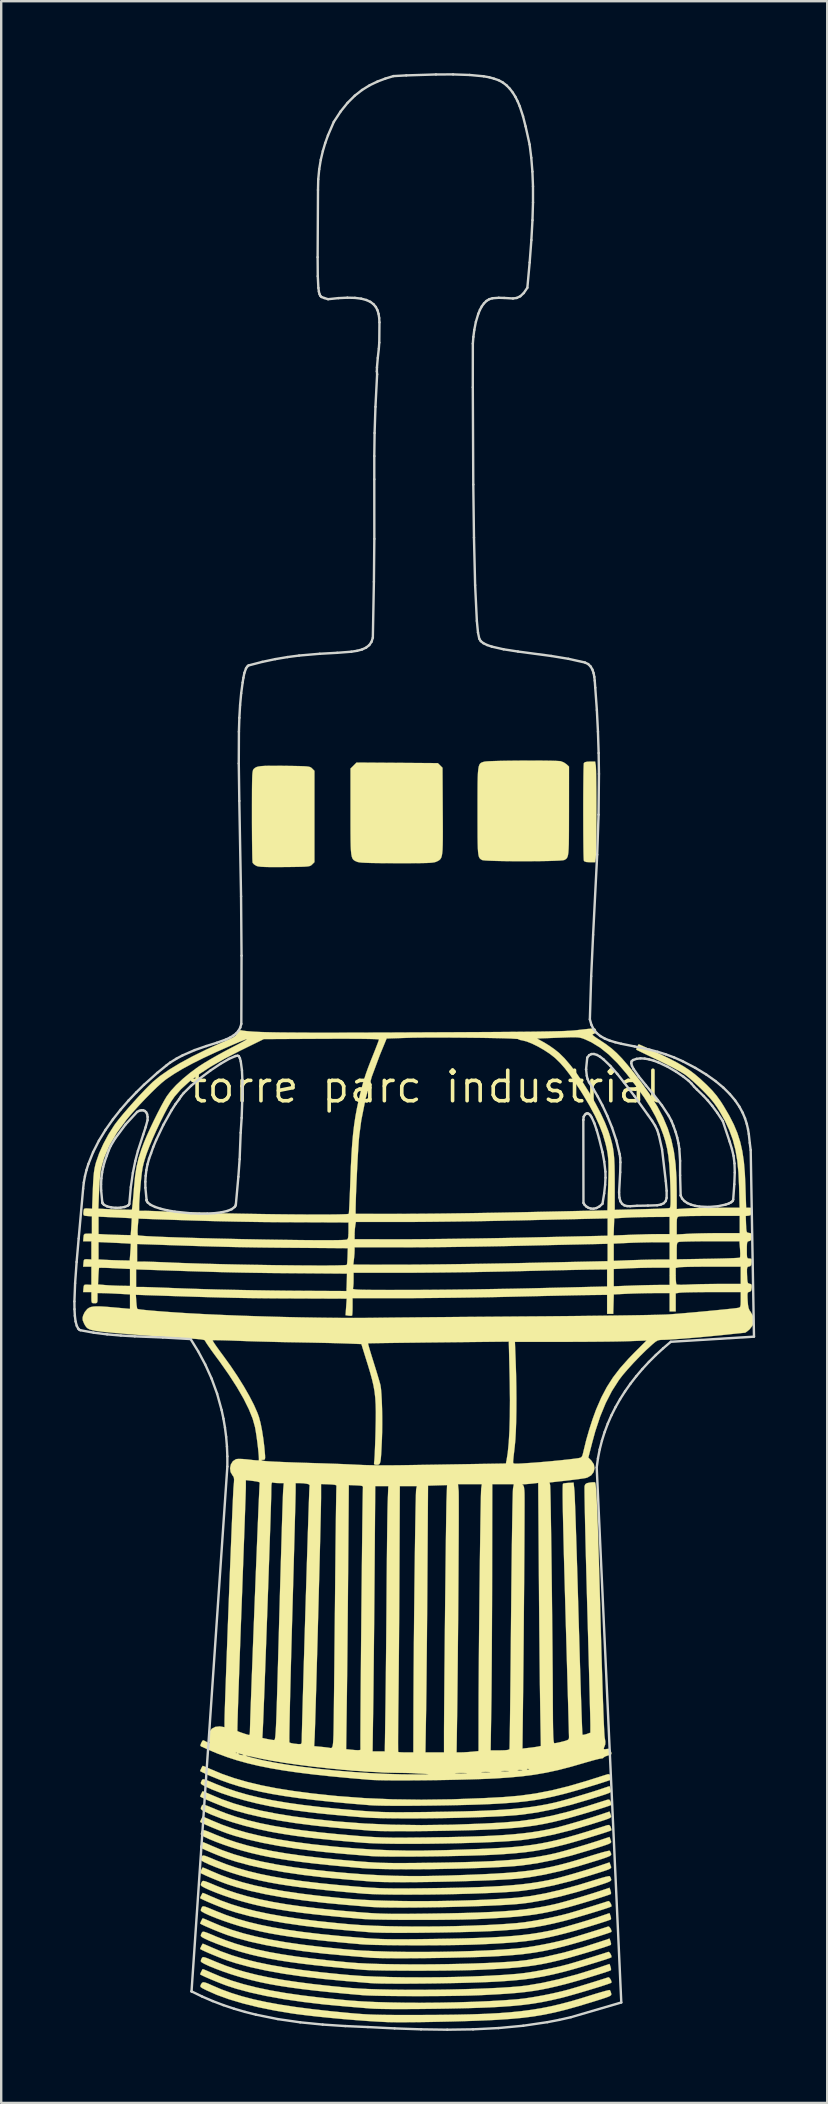
<source format=kicad_pcb>
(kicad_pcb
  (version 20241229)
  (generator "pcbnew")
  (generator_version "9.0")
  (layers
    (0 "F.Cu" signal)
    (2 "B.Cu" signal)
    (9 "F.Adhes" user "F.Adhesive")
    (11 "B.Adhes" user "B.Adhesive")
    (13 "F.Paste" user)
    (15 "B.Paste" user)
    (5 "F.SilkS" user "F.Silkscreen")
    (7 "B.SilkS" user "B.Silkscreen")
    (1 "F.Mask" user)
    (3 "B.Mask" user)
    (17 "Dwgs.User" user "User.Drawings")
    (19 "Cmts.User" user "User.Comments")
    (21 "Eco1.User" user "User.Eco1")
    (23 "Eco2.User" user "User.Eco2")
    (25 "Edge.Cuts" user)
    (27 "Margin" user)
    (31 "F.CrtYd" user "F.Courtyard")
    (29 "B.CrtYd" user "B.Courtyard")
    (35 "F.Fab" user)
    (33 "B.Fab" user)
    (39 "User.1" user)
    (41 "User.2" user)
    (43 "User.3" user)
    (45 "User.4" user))
  (footprint "torre parc industrial"
    (layer "F.Cu")
    (at 14.685 42.224)
    (property "Reference" "torre parc industrial" (at 0 0 0) (layer "F.SilkS") (effects (font (size 1.27 1.27) (thickness 0.15))))
    (attr through_hole)
    (fp_poly (pts (xy 7.085 -13.388) (xy 7.09 -13.312) (xy 7.096 -13.161) (xy 7.1 -12.946) (xy 7.104 -12.675) (xy 7.108 -12.358) (xy 7.11 -12.007) (xy 7.111 -11.629) (xy 7.111 -11.451) (xy 7.11 -11.065) (xy 7.109 -10.7) (xy 7.106 -10.366) (xy 7.102 -10.074) (xy 7.098 -9.832) (xy 7.093 -9.65) (xy 7.087 -9.539) (xy 7.085 -9.514) (xy 7.059 -9.356) (xy 6.836 -9.356) (xy 6.69 -9.364) (xy 6.611 -9.391) (xy 6.587 -9.423) (xy 6.582 -9.479) (xy 6.577 -9.61) (xy 6.572 -9.805) (xy 6.569 -10.054) (xy 6.566 -10.346) (xy 6.564 -10.671) (xy 6.563 -11.019) (xy 6.562 -11.379) (xy 6.562 -11.741) (xy 6.563 -12.095) (xy 6.565 -12.43) (xy 6.568 -12.737) (xy 6.571 -13.004) (xy 6.575 -13.221) (xy 6.58 -13.379) (xy 6.585 -13.467) (xy 6.587 -13.48) (xy 6.631 -13.523) (xy 6.731 -13.543) (xy 6.836 -13.547) (xy 7.059 -13.547) (xy 7.085 -13.388)) (stroke (width 0.01) (type solid)) (fill yes) (layer "F.SilkS"))
    (fp_poly (pts (xy -1.188 -13.495) (xy 0.506 -13.483) (xy 0.699 -13.29) (xy 0.709 -11.482) (xy 0.712 -11.023) (xy 0.713 -10.642) (xy 0.712 -10.33) (xy 0.708 -10.08) (xy 0.701 -9.883) (xy 0.688 -9.734) (xy 0.67 -9.623) (xy 0.645 -9.544) (xy 0.612 -9.488) (xy 0.572 -9.448) (xy 0.522 -9.416) (xy 0.465 -9.387) (xy 0.419 -9.368) (xy 0.362 -9.352) (xy 0.283 -9.34) (xy 0.176 -9.33) (xy 0.03 -9.323) (xy -0.163 -9.319) (xy -0.412 -9.316) (xy -0.726 -9.315) (xy -1.113 -9.315) (xy -1.206 -9.315) (xy -1.632 -9.316) (xy -1.981 -9.319) (xy -2.259 -9.323) (xy -2.476 -9.33) (xy -2.639 -9.338) (xy -2.755 -9.349) (xy -2.831 -9.364) (xy -2.863 -9.374) (xy -2.926 -9.402) (xy -2.978 -9.43) (xy -3.021 -9.466) (xy -3.055 -9.517) (xy -3.081 -9.592) (xy -3.101 -9.697) (xy -3.115 -9.841) (xy -3.124 -10.031) (xy -3.129 -10.275) (xy -3.132 -10.58) (xy -3.133 -10.953) (xy -3.133 -11.403) (xy -3.133 -11.443) (xy -3.133 -13.257) (xy -2.882 -13.507) (xy -1.188 -13.495)) (stroke (width 0.01) (type solid)) (fill yes) (layer "F.SilkS"))
    (fp_poly (pts (xy -5.858 -13.37) (xy -5.811 -13.369) (xy -5.498 -13.365) (xy -5.258 -13.36) (xy -5.08 -13.354) (xy -4.954 -13.346) (xy -4.867 -13.333) (xy -4.81 -13.317) (xy -4.77 -13.294) (xy -4.736 -13.264) (xy -4.732 -13.26) (xy -4.636 -13.163) (xy -4.636 -9.358) (xy -4.732 -9.262) (xy -4.764 -9.232) (xy -4.801 -9.209) (xy -4.854 -9.191) (xy -4.932 -9.179) (xy -5.048 -9.17) (xy -5.211 -9.164) (xy -5.433 -9.16) (xy -5.724 -9.156) (xy -5.875 -9.155) (xy -6.224 -9.152) (xy -6.497 -9.153) (xy -6.706 -9.158) (xy -6.859 -9.166) (xy -6.966 -9.179) (xy -7.037 -9.197) (xy -7.053 -9.203) (xy -7.151 -9.264) (xy -7.21 -9.33) (xy -7.211 -9.333) (xy -7.217 -9.389) (xy -7.223 -9.521) (xy -7.227 -9.72) (xy -7.231 -9.977) (xy -7.235 -10.282) (xy -7.237 -10.627) (xy -7.239 -11.004) (xy -7.239 -11.285) (xy -7.239 -11.734) (xy -7.238 -12.105) (xy -7.237 -12.407) (xy -7.234 -12.648) (xy -7.23 -12.834) (xy -7.225 -12.974) (xy -7.217 -13.076) (xy -7.206 -13.146) (xy -7.194 -13.193) (xy -7.178 -13.224) (xy -7.158 -13.247) (xy -7.157 -13.248) (xy -7.109 -13.288) (xy -7.048 -13.32) (xy -6.965 -13.343) (xy -6.85 -13.359) (xy -6.692 -13.369) (xy -6.48 -13.373) (xy -6.206 -13.373) (xy -5.858 -13.37)) (stroke (width 0.01) (type solid)) (fill yes) (layer "F.SilkS"))
    (fp_poly (pts (xy 4.717 -13.589) (xy 5.003 -13.586) (xy 5.25 -13.582) (xy 5.446 -13.576) (xy 5.58 -13.568) (xy 5.624 -13.563) (xy 5.751 -13.514) (xy 5.863 -13.438) (xy 5.969 -13.339) (xy 5.968 -11.485) (xy 5.967 -11.031) (xy 5.966 -10.653) (xy 5.964 -10.345) (xy 5.96 -10.099) (xy 5.952 -9.907) (xy 5.942 -9.762) (xy 5.927 -9.656) (xy 5.907 -9.581) (xy 5.881 -9.53) (xy 5.849 -9.495) (xy 5.809 -9.468) (xy 5.771 -9.447) (xy 5.705 -9.435) (xy 5.566 -9.424) (xy 5.365 -9.415) (xy 5.114 -9.407) (xy 4.825 -9.402) (xy 4.509 -9.399) (xy 4.177 -9.397) (xy 3.842 -9.397) (xy 3.513 -9.399) (xy 3.204 -9.403) (xy 2.925 -9.409) (xy 2.689 -9.417) (xy 2.506 -9.426) (xy 2.387 -9.438) (xy 2.349 -9.447) (xy 2.305 -9.472) (xy 2.267 -9.5) (xy 2.237 -9.537) (xy 2.213 -9.592) (xy 2.195 -9.672) (xy 2.181 -9.785) (xy 2.171 -9.939) (xy 2.165 -10.14) (xy 2.161 -10.397) (xy 2.16 -10.718) (xy 2.159 -11.109) (xy 2.159 -11.471) (xy 2.159 -11.933) (xy 2.16 -12.318) (xy 2.162 -12.633) (xy 2.167 -12.885) (xy 2.176 -13.082) (xy 2.19 -13.232) (xy 2.209 -13.341) (xy 2.235 -13.417) (xy 2.269 -13.468) (xy 2.312 -13.5) (xy 2.365 -13.522) (xy 2.428 -13.54) (xy 2.446 -13.545) (xy 2.524 -13.555) (xy 2.674 -13.564) (xy 2.884 -13.571) (xy 3.142 -13.578) (xy 3.436 -13.583) (xy 3.752 -13.586) (xy 4.079 -13.589) (xy 4.405 -13.59) (xy 4.717 -13.589)) (stroke (width 0.01) (type solid)) (fill yes) (layer "F.SilkS"))
    (fp_poly (pts (xy -9.253 28.3) (xy -9.155 28.339) (xy -9.016 28.4) (xy -8.956 28.427) (xy -8.491 28.622) (xy -7.991 28.797) (xy -7.448 28.955) (xy -6.856 29.097) (xy -6.208 29.224) (xy -5.498 29.337) (xy -4.718 29.439) (xy -3.863 29.53) (xy -3.662 29.549) (xy -2.553 29.632) (xy -1.395 29.682) (xy -0.181 29.699) (xy 1.096 29.682) (xy 2.441 29.632) (xy 3.239 29.589) (xy 3.911 29.532) (xy 4.574 29.44) (xy 5.246 29.31) (xy 5.946 29.137) (xy 6.693 28.919) (xy 6.816 28.88) (xy 7.045 28.807) (xy 7.251 28.742) (xy 7.419 28.688) (xy 7.532 28.653) (xy 7.567 28.641) (xy 7.642 28.635) (xy 7.69 28.689) (xy 7.706 28.726) (xy 7.732 28.813) (xy 7.734 28.856) (xy 7.684 28.878) (xy 7.565 28.92) (xy 7.392 28.977) (xy 7.176 29.046) (xy 6.931 29.121) (xy 6.671 29.199) (xy 6.408 29.277) (xy 6.156 29.349) (xy 5.928 29.413) (xy 5.736 29.464) (xy 5.314 29.567) (xy 4.92 29.65) (xy 4.535 29.717) (xy 4.138 29.771) (xy 3.708 29.815) (xy 3.226 29.851) (xy 2.942 29.868) (xy 2.622 29.884) (xy 2.25 29.899) (xy 1.836 29.912) (xy 1.392 29.923) (xy 0.928 29.933) (xy 0.454 29.941) (xy -0.017 29.947) (xy -0.475 29.951) (xy -0.91 29.953) (xy -1.31 29.953) (xy -1.666 29.95) (xy -1.965 29.944) (xy -2.198 29.936) (xy -2.307 29.929) (xy -3.159 29.858) (xy -3.933 29.786) (xy -4.635 29.711) (xy -5.274 29.634) (xy -5.856 29.551) (xy -6.388 29.463) (xy -6.876 29.367) (xy -7.327 29.263) (xy -7.75 29.149) (xy -8.149 29.024) (xy -8.533 28.887) (xy -8.907 28.736) (xy -9.006 28.694) (xy -9.17 28.621) (xy -9.301 28.559) (xy -9.381 28.517) (xy -9.398 28.504) (xy -9.381 28.459) (xy -9.344 28.38) (xy -9.306 28.309) (xy -9.293 28.289) (xy -9.253 28.3)) (stroke (width 0.01) (type solid)) (fill yes) (layer "F.SilkS"))
    (fp_poly (pts (xy -9.253 32.533) (xy -9.155 32.573) (xy -9.016 32.633) (xy -8.952 32.662) (xy -8.536 32.838) (xy -8.094 32.998) (xy -7.618 33.143) (xy -7.102 33.275) (xy -6.54 33.395) (xy -5.924 33.504) (xy -5.247 33.604) (xy -4.504 33.696) (xy -3.686 33.782) (xy -3.154 33.831) (xy -2.672 33.866) (xy -2.119 33.893) (xy -1.51 33.911) (xy -0.857 33.922) (xy -0.176 33.925) (xy 0.521 33.92) (xy 1.22 33.908) (xy 1.906 33.888) (xy 2.566 33.861) (xy 3.187 33.826) (xy 3.754 33.784) (xy 3.81 33.78) (xy 4.362 33.713) (xy 4.971 33.602) (xy 5.639 33.448) (xy 6.371 33.249) (xy 7.111 33.022) (xy 7.31 32.962) (xy 7.479 32.915) (xy 7.602 32.888) (xy 7.664 32.882) (xy 7.667 32.884) (xy 7.701 32.946) (xy 7.722 33.004) (xy 7.727 33.04) (xy 7.71 33.073) (xy 7.66 33.106) (xy 7.565 33.147) (xy 7.415 33.2) (xy 7.197 33.271) (xy 7.139 33.29) (xy 6.342 33.533) (xy 5.61 33.729) (xy 4.937 33.88) (xy 4.317 33.988) (xy 3.958 34.033) (xy 3.694 34.056) (xy 3.362 34.078) (xy 2.973 34.099) (xy 2.538 34.119) (xy 2.067 34.137) (xy 1.571 34.152) (xy 1.06 34.166) (xy 0.546 34.177) (xy 0.039 34.185) (xy -0.45 34.191) (xy -0.911 34.193) (xy -1.333 34.192) (xy -1.705 34.188) (xy -2.017 34.18) (xy -2.257 34.167) (xy -2.307 34.164) (xy -2.519 34.146) (xy -2.781 34.124) (xy -3.061 34.1) (xy -3.323 34.079) (xy -4.248 33.992) (xy -5.114 33.89) (xy -5.918 33.773) (xy -6.654 33.641) (xy -7.318 33.495) (xy -7.906 33.336) (xy -8.249 33.225) (xy -8.426 33.161) (xy -8.623 33.084) (xy -8.826 33.002) (xy -9.02 32.921) (xy -9.188 32.847) (xy -9.316 32.787) (xy -9.388 32.748) (xy -9.398 32.737) (xy -9.381 32.692) (xy -9.344 32.613) (xy -9.306 32.542) (xy -9.293 32.522) (xy -9.253 32.533)) (stroke (width 0.01) (type solid)) (fill yes) (layer "F.SilkS"))
    (fp_poly (pts (xy -9.253 31.475) (xy -9.155 31.515) (xy -9.016 31.575) (xy -8.952 31.604) (xy -8.487 31.798) (xy -7.985 31.974) (xy -7.439 32.132) (xy -6.843 32.274) (xy -6.191 32.402) (xy -5.477 32.515) (xy -4.696 32.616) (xy -3.841 32.705) (xy -3.175 32.763) (xy -2.505 32.813) (xy -1.871 32.848) (xy -1.253 32.871) (xy -0.628 32.88) (xy 0.028 32.878) (xy 0.735 32.863) (xy 1.058 32.854) (xy 1.735 32.83) (xy 2.336 32.806) (xy 2.872 32.779) (xy 3.352 32.749) (xy 3.785 32.713) (xy 4.183 32.67) (xy 4.553 32.62) (xy 4.907 32.56) (xy 5.252 32.49) (xy 5.6 32.408) (xy 5.959 32.313) (xy 6.34 32.202) (xy 6.752 32.076) (xy 6.9 32.029) (xy 7.136 31.957) (xy 7.344 31.896) (xy 7.511 31.852) (xy 7.623 31.827) (xy 7.667 31.825) (xy 7.701 31.888) (xy 7.722 31.946) (xy 7.727 31.982) (xy 7.71 32.014) (xy 7.66 32.048) (xy 7.565 32.088) (xy 7.415 32.142) (xy 7.197 32.213) (xy 7.139 32.231) (xy 6.342 32.474) (xy 5.61 32.671) (xy 4.937 32.822) (xy 4.317 32.929) (xy 3.958 32.974) (xy 3.694 32.998) (xy 3.362 33.02) (xy 2.973 33.041) (xy 2.538 33.061) (xy 2.067 33.078) (xy 1.571 33.094) (xy 1.06 33.108) (xy 0.546 33.119) (xy 0.039 33.127) (xy -0.45 33.133) (xy -0.911 33.135) (xy -1.333 33.134) (xy -1.705 33.13) (xy -2.017 33.121) (xy -2.257 33.109) (xy -2.307 33.105) (xy -2.519 33.087) (xy -2.781 33.065) (xy -3.061 33.042) (xy -3.323 33.02) (xy -4.248 32.934) (xy -5.114 32.832) (xy -5.918 32.714) (xy -6.654 32.582) (xy -7.318 32.437) (xy -7.906 32.278) (xy -8.249 32.167) (xy -8.426 32.102) (xy -8.623 32.026) (xy -8.826 31.944) (xy -9.02 31.862) (xy -9.188 31.789) (xy -9.316 31.729) (xy -9.388 31.689) (xy -9.398 31.679) (xy -9.381 31.634) (xy -9.344 31.555) (xy -9.306 31.484) (xy -9.293 31.464) (xy -9.253 31.475)) (stroke (width 0.01) (type solid)) (fill yes) (layer "F.SilkS"))
    (fp_poly (pts (xy -9.253 29.358) (xy -9.155 29.398) (xy -9.016 29.458) (xy -8.956 29.485) (xy -8.491 29.68) (xy -7.991 29.856) (xy -7.448 30.013) (xy -6.856 30.155) (xy -6.208 30.282) (xy -5.498 30.396) (xy -4.718 30.497) (xy -3.863 30.588) (xy -3.662 30.607) (xy -2.553 30.691) (xy -1.395 30.741) (xy -0.181 30.757) (xy 1.096 30.741) (xy 2.441 30.691) (xy 3.239 30.648) (xy 3.911 30.59) (xy 4.574 30.498) (xy 5.246 30.368) (xy 5.946 30.195) (xy 6.693 29.977) (xy 6.816 29.938) (xy 7.045 29.866) (xy 7.251 29.8) (xy 7.419 29.747) (xy 7.532 29.711) (xy 7.567 29.7) (xy 7.642 29.693) (xy 7.69 29.747) (xy 7.706 29.785) (xy 7.732 29.871) (xy 7.734 29.914) (xy 7.684 29.937) (xy 7.565 29.979) (xy 7.392 30.036) (xy 7.176 30.104) (xy 6.931 30.179) (xy 6.671 30.258) (xy 6.408 30.335) (xy 6.156 30.408) (xy 5.928 30.471) (xy 5.736 30.522) (xy 5.314 30.625) (xy 4.92 30.708) (xy 4.535 30.776) (xy 4.138 30.83) (xy 3.708 30.873) (xy 3.226 30.909) (xy 2.942 30.927) (xy 2.627 30.942) (xy 2.26 30.957) (xy 1.851 30.97) (xy 1.411 30.981) (xy 0.951 30.991) (xy 0.482 30.999) (xy 0.014 31.005) (xy -0.442 31.01) (xy -0.875 31.012) (xy -1.274 31.012) (xy -1.629 31.009) (xy -1.929 31.004) (xy -2.163 30.996) (xy -2.286 30.989) (xy -2.727 30.953) (xy -3.096 30.922) (xy -3.408 30.896) (xy -3.676 30.872) (xy -3.913 30.85) (xy -4.132 30.828) (xy -4.348 30.806) (xy -4.572 30.781) (xy -4.657 30.772) (xy -5.413 30.676) (xy -6.132 30.563) (xy -6.803 30.435) (xy -7.415 30.295) (xy -7.96 30.145) (xy -8.249 30.05) (xy -8.426 29.986) (xy -8.623 29.909) (xy -8.826 29.827) (xy -9.02 29.746) (xy -9.188 29.672) (xy -9.316 29.612) (xy -9.388 29.573) (xy -9.398 29.562) (xy -9.381 29.517) (xy -9.344 29.438) (xy -9.306 29.367) (xy -9.293 29.347) (xy -9.253 29.358)) (stroke (width 0.01) (type solid)) (fill yes) (layer "F.SilkS"))
    (fp_poly (pts (xy -9.19 28.862) (xy -9.079 28.903) (xy -8.913 28.971) (xy -8.742 29.044) (xy -8.325 29.208) (xy -7.886 29.357) (xy -7.418 29.492) (xy -6.914 29.614) (xy -6.367 29.725) (xy -5.769 29.826) (xy -5.114 29.918) (xy -4.395 30.003) (xy -3.604 30.082) (xy -2.879 30.145) (xy -2.601 30.167) (xy -2.351 30.184) (xy -2.119 30.198) (xy -1.89 30.209) (xy -1.654 30.216) (xy -1.397 30.22) (xy -1.109 30.222) (xy -0.775 30.22) (xy -0.385 30.217) (xy 0.075 30.212) (xy 0.212 30.21) (xy 0.949 30.198) (xy 1.61 30.184) (xy 2.201 30.166) (xy 2.732 30.143) (xy 3.209 30.116) (xy 3.64 30.083) (xy 4.033 30.044) (xy 4.396 29.999) (xy 4.737 29.946) (xy 5.064 29.886) (xy 5.369 29.82) (xy 5.549 29.775) (xy 5.79 29.71) (xy 6.072 29.631) (xy 6.375 29.542) (xy 6.679 29.451) (xy 6.965 29.363) (xy 7.213 29.283) (xy 7.289 29.257) (xy 7.657 29.133) (xy 7.7 29.258) (xy 7.717 29.302) (xy 7.725 29.337) (xy 7.716 29.367) (xy 7.68 29.397) (xy 7.609 29.431) (xy 7.491 29.474) (xy 7.32 29.53) (xy 7.084 29.604) (xy 6.843 29.679) (xy 6.055 29.911) (xy 5.324 30.094) (xy 4.641 30.23) (xy 3.995 30.322) (xy 3.668 30.352) (xy 3.288 30.378) (xy 2.85 30.401) (xy 2.367 30.422) (xy 1.849 30.439) (xy 1.308 30.454) (xy 0.755 30.465) (xy 0.202 30.473) (xy -0.339 30.477) (xy -0.859 30.478) (xy -1.344 30.475) (xy -1.785 30.469) (xy -2.168 30.458) (xy -2.484 30.443) (xy -2.603 30.434) (xy -3.297 30.376) (xy -3.916 30.319) (xy -4.472 30.263) (xy -4.976 30.204) (xy -5.439 30.143) (xy -5.872 30.078) (xy -6.284 30.008) (xy -6.489 29.97) (xy -7.022 29.857) (xy -7.55 29.725) (xy -8.055 29.578) (xy -8.521 29.422) (xy -8.931 29.262) (xy -9.196 29.14) (xy -9.311 29.079) (xy -9.363 29.034) (xy -9.368 28.986) (xy -9.347 28.932) (xy -9.324 28.885) (xy -9.3 28.856) (xy -9.26 28.847) (xy -9.19 28.862)) (stroke (width 0.01) (type solid)) (fill yes) (layer "F.SilkS"))
    (fp_poly (pts (xy -9.19 29.921) (xy -9.079 29.961) (xy -8.913 30.03) (xy -8.742 30.102) (xy -8.325 30.266) (xy -7.886 30.415) (xy -7.418 30.55) (xy -6.914 30.673) (xy -6.367 30.784) (xy -5.769 30.885) (xy -5.114 30.977) (xy -4.395 31.062) (xy -3.604 31.14) (xy -2.879 31.203) (xy -2.601 31.225) (xy -2.351 31.243) (xy -2.119 31.257) (xy -1.89 31.267) (xy -1.654 31.274) (xy -1.397 31.279) (xy -1.109 31.28) (xy -0.775 31.279) (xy -0.385 31.275) (xy 0.075 31.27) (xy 0.212 31.268) (xy 0.949 31.257) (xy 1.61 31.242) (xy 2.201 31.224) (xy 2.732 31.201) (xy 3.209 31.174) (xy 3.64 31.141) (xy 4.033 31.102) (xy 4.396 31.057) (xy 4.737 31.004) (xy 5.064 30.944) (xy 5.369 30.878) (xy 5.549 30.834) (xy 5.79 30.769) (xy 6.072 30.689) (xy 6.375 30.601) (xy 6.679 30.509) (xy 6.965 30.421) (xy 7.213 30.341) (xy 7.289 30.316) (xy 7.657 30.191) (xy 7.7 30.316) (xy 7.717 30.36) (xy 7.725 30.395) (xy 7.716 30.425) (xy 7.68 30.455) (xy 7.609 30.489) (xy 7.491 30.532) (xy 7.32 30.588) (xy 7.084 30.662) (xy 6.843 30.738) (xy 6.056 30.969) (xy 5.325 31.152) (xy 4.642 31.288) (xy 3.997 31.38) (xy 3.668 31.41) (xy 3.282 31.437) (xy 2.838 31.46) (xy 2.35 31.481) (xy 1.827 31.498) (xy 1.283 31.513) (xy 0.727 31.524) (xy 0.173 31.532) (xy -0.37 31.536) (xy -0.89 31.537) (xy -1.375 31.534) (xy -1.814 31.527) (xy -2.195 31.515) (xy -2.507 31.499) (xy -2.603 31.492) (xy -3.297 31.435) (xy -3.916 31.378) (xy -4.472 31.321) (xy -4.976 31.263) (xy -5.439 31.202) (xy -5.872 31.136) (xy -6.284 31.066) (xy -6.489 31.028) (xy -7.022 30.915) (xy -7.55 30.783) (xy -8.055 30.636) (xy -8.521 30.48) (xy -8.931 30.32) (xy -9.196 30.199) (xy -9.311 30.138) (xy -9.363 30.093) (xy -9.368 30.044) (xy -9.347 29.99) (xy -9.324 29.943) (xy -9.3 29.914) (xy -9.26 29.906) (xy -9.19 29.921)) (stroke (width 0.01) (type solid)) (fill yes) (layer "F.SilkS"))
    (fp_poly (pts (xy -9.19 35.212) (xy -9.079 35.253) (xy -8.913 35.321) (xy -8.742 35.394) (xy -8.35 35.549) (xy -7.941 35.69) (xy -7.507 35.818) (xy -7.041 35.935) (xy -6.535 36.043) (xy -5.982 36.141) (xy -5.374 36.233) (xy -4.703 36.319) (xy -3.963 36.402) (xy -3.175 36.479) (xy -2.826 36.505) (xy -2.409 36.526) (xy -1.937 36.542) (xy -1.42 36.552) (xy -0.868 36.558) (xy -0.293 36.56) (xy 0.295 36.557) (xy 0.886 36.549) (xy 1.468 36.537) (xy 2.03 36.521) (xy 2.563 36.501) (xy 3.055 36.477) (xy 3.495 36.45) (xy 3.872 36.419) (xy 4.177 36.384) (xy 4.196 36.382) (xy 4.949 36.252) (xy 5.755 36.066) (xy 6.605 35.828) (xy 7.289 35.607) (xy 7.657 35.483) (xy 7.699 35.605) (xy 7.721 35.696) (xy 7.713 35.745) (xy 7.713 35.745) (xy 7.646 35.773) (xy 7.513 35.819) (xy 7.326 35.88) (xy 7.099 35.951) (xy 6.848 36.028) (xy 6.586 36.106) (xy 6.326 36.182) (xy 6.084 36.251) (xy 5.873 36.309) (xy 5.821 36.322) (xy 5.463 36.412) (xy 5.132 36.488) (xy 4.815 36.552) (xy 4.498 36.605) (xy 4.169 36.65) (xy 3.814 36.687) (xy 3.42 36.72) (xy 2.974 36.748) (xy 2.463 36.775) (xy 2.187 36.787) (xy 1.904 36.797) (xy 1.566 36.806) (xy 1.183 36.813) (xy 0.768 36.818) (xy 0.331 36.821) (xy -0.116 36.823) (xy -0.562 36.823) (xy -0.995 36.821) (xy -1.404 36.818) (xy -1.778 36.813) (xy -2.105 36.806) (xy -2.374 36.798) (xy -2.574 36.788) (xy -2.625 36.784) (xy -3.373 36.717) (xy -4.045 36.653) (xy -4.648 36.589) (xy -5.19 36.524) (xy -5.681 36.458) (xy -6.127 36.389) (xy -6.537 36.315) (xy -6.919 36.236) (xy -7.28 36.151) (xy -7.63 36.057) (xy -7.789 36.011) (xy -8.111 35.911) (xy -8.436 35.799) (xy -8.744 35.685) (xy -9.013 35.576) (xy -9.221 35.479) (xy -9.221 35.479) (xy -9.326 35.421) (xy -9.369 35.376) (xy -9.363 35.321) (xy -9.347 35.282) (xy -9.324 35.235) (xy -9.3 35.206) (xy -9.26 35.197) (xy -9.19 35.212)) (stroke (width 0.01) (type solid)) (fill yes) (layer "F.SilkS"))
    (fp_poly (pts (xy -9.19 36.271) (xy -9.079 36.311) (xy -8.913 36.38) (xy -8.742 36.452) (xy -8.35 36.607) (xy -7.941 36.749) (xy -7.507 36.877) (xy -7.041 36.994) (xy -6.535 37.101) (xy -5.982 37.2) (xy -5.374 37.291) (xy -4.703 37.378) (xy -3.963 37.46) (xy -3.175 37.537) (xy -2.822 37.563) (xy -2.401 37.585) (xy -1.925 37.6) (xy -1.403 37.611) (xy -0.846 37.617) (xy -0.266 37.618) (xy 0.326 37.615) (xy 0.921 37.607) (xy 1.507 37.594) (xy 2.072 37.578) (xy 2.607 37.557) (xy 3.101 37.533) (xy 3.542 37.504) (xy 3.92 37.473) (xy 4.212 37.439) (xy 4.859 37.329) (xy 5.561 37.173) (xy 6.305 36.975) (xy 7.076 36.737) (xy 7.289 36.666) (xy 7.657 36.541) (xy 7.699 36.663) (xy 7.721 36.754) (xy 7.713 36.803) (xy 7.713 36.803) (xy 7.646 36.831) (xy 7.513 36.877) (xy 7.326 36.938) (xy 7.099 37.009) (xy 6.848 37.086) (xy 6.586 37.165) (xy 6.326 37.241) (xy 6.084 37.309) (xy 5.873 37.367) (xy 5.821 37.381) (xy 5.463 37.47) (xy 5.132 37.546) (xy 4.815 37.61) (xy 4.498 37.664) (xy 4.169 37.708) (xy 3.814 37.746) (xy 3.42 37.778) (xy 2.974 37.806) (xy 2.463 37.833) (xy 2.187 37.846) (xy 1.904 37.856) (xy 1.566 37.864) (xy 1.183 37.871) (xy 0.768 37.876) (xy 0.331 37.88) (xy -0.116 37.881) (xy -0.562 37.881) (xy -0.995 37.88) (xy -1.404 37.876) (xy -1.778 37.871) (xy -2.105 37.864) (xy -2.374 37.856) (xy -2.574 37.846) (xy -2.625 37.842) (xy -3.373 37.776) (xy -4.045 37.711) (xy -4.648 37.647) (xy -5.19 37.583) (xy -5.681 37.516) (xy -6.127 37.447) (xy -6.537 37.374) (xy -6.919 37.295) (xy -7.28 37.209) (xy -7.63 37.115) (xy -7.789 37.069) (xy -8.111 36.969) (xy -8.436 36.858) (xy -8.744 36.743) (xy -9.013 36.634) (xy -9.221 36.538) (xy -9.221 36.537) (xy -9.326 36.479) (xy -9.369 36.434) (xy -9.363 36.379) (xy -9.347 36.34) (xy -9.324 36.293) (xy -9.3 36.264) (xy -9.26 36.256) (xy -9.19 36.271)) (stroke (width 0.01) (type solid)) (fill yes) (layer "F.SilkS"))
    (fp_poly (pts (xy -9.253 30.417) (xy -9.155 30.456) (xy -9.016 30.516) (xy -8.956 30.544) (xy -8.491 30.738) (xy -7.991 30.914) (xy -7.448 31.072) (xy -6.856 31.213) (xy -6.208 31.34) (xy -5.498 31.454) (xy -4.718 31.556) (xy -3.863 31.647) (xy -3.662 31.666) (xy -2.917 31.728) (xy -2.21 31.774) (xy -1.518 31.804) (xy -0.819 31.818) (xy -0.089 31.818) (xy 0.695 31.803) (xy 0.931 31.797) (xy 1.605 31.775) (xy 2.204 31.754) (xy 2.738 31.73) (xy 3.218 31.702) (xy 3.652 31.669) (xy 4.052 31.629) (xy 4.427 31.581) (xy 4.787 31.523) (xy 5.143 31.453) (xy 5.503 31.371) (xy 5.878 31.273) (xy 6.278 31.16) (xy 6.714 31.029) (xy 7.194 30.878) (xy 7.567 30.759) (xy 7.642 30.752) (xy 7.69 30.804) (xy 7.706 30.843) (xy 7.732 30.93) (xy 7.734 30.972) (xy 7.684 30.995) (xy 7.565 31.037) (xy 7.392 31.094) (xy 7.176 31.162) (xy 6.931 31.237) (xy 6.671 31.316) (xy 6.408 31.393) (xy 6.156 31.466) (xy 5.928 31.53) (xy 5.736 31.581) (xy 5.314 31.683) (xy 4.92 31.767) (xy 4.535 31.834) (xy 4.138 31.888) (xy 3.708 31.931) (xy 3.226 31.968) (xy 2.942 31.985) (xy 2.627 32.001) (xy 2.26 32.015) (xy 1.851 32.028) (xy 1.411 32.039) (xy 0.951 32.049) (xy 0.482 32.058) (xy 0.014 32.064) (xy -0.442 32.068) (xy -0.875 32.07) (xy -1.274 32.07) (xy -1.629 32.067) (xy -1.929 32.062) (xy -2.163 32.055) (xy -2.286 32.047) (xy -2.727 32.011) (xy -3.096 31.981) (xy -3.408 31.954) (xy -3.676 31.93) (xy -3.913 31.908) (xy -4.132 31.887) (xy -4.348 31.864) (xy -4.572 31.839) (xy -4.657 31.83) (xy -5.413 31.734) (xy -6.132 31.621) (xy -6.803 31.494) (xy -7.415 31.354) (xy -7.96 31.203) (xy -8.249 31.109) (xy -8.426 31.044) (xy -8.623 30.967) (xy -8.826 30.885) (xy -9.02 30.804) (xy -9.188 30.73) (xy -9.316 30.67) (xy -9.388 30.631) (xy -9.398 30.621) (xy -9.381 30.576) (xy -9.344 30.497) (xy -9.306 30.426) (xy -9.293 30.405) (xy -9.253 30.417)) (stroke (width 0.01) (type solid)) (fill yes) (layer "F.SilkS"))
    (fp_poly (pts (xy -9.19 30.979) (xy -9.079 31.02) (xy -8.913 31.088) (xy -8.742 31.16) (xy -8.325 31.325) (xy -7.886 31.474) (xy -7.418 31.609) (xy -6.914 31.731) (xy -6.367 31.842) (xy -5.769 31.943) (xy -5.114 32.035) (xy -4.395 32.12) (xy -3.604 32.199) (xy -2.879 32.261) (xy -2.601 32.283) (xy -2.351 32.301) (xy -2.119 32.315) (xy -1.89 32.326) (xy -1.654 32.333) (xy -1.397 32.337) (xy -1.109 32.338) (xy -0.775 32.337) (xy -0.385 32.334) (xy 0.075 32.328) (xy 0.212 32.327) (xy 0.949 32.315) (xy 1.61 32.3) (xy 2.201 32.282) (xy 2.732 32.26) (xy 3.209 32.232) (xy 3.64 32.2) (xy 4.033 32.161) (xy 4.396 32.115) (xy 4.737 32.063) (xy 5.064 32.002) (xy 5.369 31.937) (xy 5.549 31.892) (xy 5.79 31.827) (xy 6.072 31.747) (xy 6.375 31.659) (xy 6.679 31.568) (xy 6.965 31.479) (xy 7.213 31.4) (xy 7.289 31.374) (xy 7.657 31.249) (xy 7.7 31.374) (xy 7.717 31.419) (xy 7.725 31.454) (xy 7.716 31.484) (xy 7.68 31.514) (xy 7.609 31.548) (xy 7.491 31.59) (xy 7.32 31.647) (xy 7.084 31.721) (xy 6.843 31.796) (xy 6.056 32.028) (xy 5.325 32.21) (xy 4.642 32.346) (xy 3.997 32.438) (xy 3.668 32.469) (xy 3.291 32.494) (xy 2.857 32.517) (xy 2.379 32.538) (xy 1.866 32.555) (xy 1.331 32.57) (xy 0.785 32.581) (xy 0.237 32.59) (xy -0.3 32.594) (xy -0.815 32.596) (xy -1.298 32.594) (xy -1.738 32.587) (xy -2.123 32.577) (xy -2.442 32.563) (xy -2.625 32.551) (xy -3.373 32.484) (xy -4.045 32.42) (xy -4.648 32.356) (xy -5.19 32.291) (xy -5.681 32.225) (xy -6.127 32.155) (xy -6.537 32.082) (xy -6.919 32.003) (xy -7.28 31.917) (xy -7.63 31.824) (xy -7.789 31.778) (xy -8.111 31.677) (xy -8.436 31.566) (xy -8.744 31.452) (xy -9.013 31.342) (xy -9.221 31.246) (xy -9.221 31.246) (xy -9.326 31.188) (xy -9.369 31.143) (xy -9.363 31.087) (xy -9.347 31.048) (xy -9.324 31.001) (xy -9.3 30.972) (xy -9.26 30.964) (xy -9.19 30.979)) (stroke (width 0.01) (type solid)) (fill yes) (layer "F.SilkS"))
    (fp_poly (pts (xy -9.19 32.037) (xy -9.079 32.078) (xy -8.913 32.146) (xy -8.742 32.219) (xy -8.325 32.383) (xy -7.885 32.532) (xy -7.417 32.667) (xy -6.912 32.79) (xy -6.365 32.901) (xy -5.767 33.002) (xy -5.111 33.094) (xy -4.391 33.179) (xy -3.6 33.257) (xy -2.879 33.32) (xy -2.6 33.342) (xy -2.351 33.359) (xy -2.117 33.373) (xy -1.888 33.384) (xy -1.651 33.391) (xy -1.394 33.395) (xy -1.104 33.397) (xy -0.769 33.396) (xy -0.377 33.392) (xy 0.084 33.387) (xy 0.212 33.385) (xy 0.95 33.374) (xy 1.612 33.359) (xy 2.204 33.341) (xy 2.736 33.318) (xy 3.214 33.291) (xy 3.646 33.257) (xy 4.041 33.218) (xy 4.405 33.172) (xy 4.747 33.119) (xy 5.075 33.058) (xy 5.369 32.995) (xy 5.549 32.95) (xy 5.79 32.885) (xy 6.072 32.806) (xy 6.375 32.717) (xy 6.679 32.626) (xy 6.965 32.538) (xy 7.213 32.458) (xy 7.289 32.432) (xy 7.657 32.308) (xy 7.7 32.433) (xy 7.717 32.477) (xy 7.725 32.512) (xy 7.716 32.542) (xy 7.68 32.572) (xy 7.609 32.606) (xy 7.491 32.649) (xy 7.32 32.705) (xy 7.084 32.779) (xy 6.843 32.854) (xy 6.056 33.086) (xy 5.325 33.269) (xy 4.642 33.405) (xy 3.997 33.496) (xy 3.668 33.527) (xy 3.291 33.553) (xy 2.857 33.576) (xy 2.379 33.596) (xy 1.866 33.614) (xy 1.331 33.628) (xy 0.785 33.64) (xy 0.237 33.648) (xy -0.3 33.653) (xy -0.815 33.654) (xy -1.298 33.652) (xy -1.738 33.646) (xy -2.123 33.636) (xy -2.442 33.622) (xy -2.625 33.609) (xy -3.373 33.542) (xy -4.045 33.478) (xy -4.648 33.414) (xy -5.19 33.349) (xy -5.681 33.283) (xy -6.127 33.214) (xy -6.537 33.14) (xy -6.919 33.061) (xy -7.28 32.976) (xy -7.63 32.882) (xy -7.789 32.836) (xy -8.111 32.736) (xy -8.436 32.624) (xy -8.744 32.51) (xy -9.013 32.401) (xy -9.221 32.304) (xy -9.221 32.304) (xy -9.326 32.246) (xy -9.369 32.201) (xy -9.363 32.146) (xy -9.347 32.107) (xy -9.324 32.06) (xy -9.3 32.031) (xy -9.26 32.022) (xy -9.19 32.037)) (stroke (width 0.01) (type solid)) (fill yes) (layer "F.SilkS"))
    (fp_poly (pts (xy -9.19 37.314) (xy -9.069 37.358) (xy -8.887 37.439) (xy -8.885 37.44) (xy -8.501 37.604) (xy -8.091 37.753) (xy -7.649 37.89) (xy -7.168 38.015) (xy -6.642 38.129) (xy -6.063 38.235) (xy -5.424 38.333) (xy -4.72 38.424) (xy -3.943 38.511) (xy -3.291 38.575) (xy -3.038 38.598) (xy -2.806 38.617) (xy -2.584 38.633) (xy -2.361 38.645) (xy -2.125 38.654) (xy -1.864 38.66) (xy -1.567 38.665) (xy -1.223 38.667) (xy -0.82 38.667) (xy -0.346 38.667) (xy -0.233 38.667) (xy 0.556 38.663) (xy 1.268 38.654) (xy 1.913 38.64) (xy 2.497 38.619) (xy 3.031 38.591) (xy 3.521 38.554) (xy 3.977 38.508) (xy 4.406 38.451) (xy 4.817 38.384) (xy 5.218 38.304) (xy 5.618 38.21) (xy 6.025 38.103) (xy 6.446 37.98) (xy 6.858 37.852) (xy 7.101 37.776) (xy 7.317 37.713) (xy 7.492 37.664) (xy 7.613 37.635) (xy 7.668 37.628) (xy 7.67 37.629) (xy 7.701 37.687) (xy 7.725 37.764) (xy 7.732 37.801) (xy 7.726 37.832) (xy 7.697 37.861) (xy 7.635 37.895) (xy 7.529 37.936) (xy 7.372 37.989) (xy 7.151 38.059) (xy 6.913 38.133) (xy 6.347 38.304) (xy 5.839 38.446) (xy 5.371 38.562) (xy 4.924 38.655) (xy 4.48 38.729) (xy 4.018 38.787) (xy 3.52 38.832) (xy 2.967 38.869) (xy 2.731 38.881) (xy 2.373 38.897) (xy 1.97 38.912) (xy 1.536 38.926) (xy 1.082 38.939) (xy 0.621 38.949) (xy 0.167 38.958) (xy -0.269 38.965) (xy -0.673 38.969) (xy -1.033 38.971) (xy -1.337 38.969) (xy -1.571 38.965) (xy -1.609 38.963) (xy -2.004 38.944) (xy -2.461 38.915) (xy -2.958 38.877) (xy -3.477 38.834) (xy -3.998 38.785) (xy -4.503 38.734) (xy -4.971 38.681) (xy -5.384 38.629) (xy -5.567 38.603) (xy -6.291 38.483) (xy -6.977 38.343) (xy -7.616 38.185) (xy -8.198 38.012) (xy -8.713 37.825) (xy -9.154 37.629) (xy -9.155 37.628) (xy -9.292 37.558) (xy -9.366 37.51) (xy -9.39 37.469) (xy -9.375 37.419) (xy -9.354 37.378) (xy -9.318 37.325) (xy -9.268 37.303) (xy -9.19 37.314)) (stroke (width 0.01) (type solid)) (fill yes) (layer "F.SilkS"))
    (fp_poly (pts (xy -9.253 35.708) (xy -9.155 35.748) (xy -9.016 35.808) (xy -8.952 35.837) (xy -8.527 36.017) (xy -8.073 36.18) (xy -7.583 36.328) (xy -7.051 36.462) (xy -6.469 36.583) (xy -5.833 36.694) (xy -5.134 36.795) (xy -4.366 36.888) (xy -3.523 36.973) (xy -3.154 37.006) (xy -2.664 37.042) (xy -2.103 37.068) (xy -1.486 37.087) (xy -0.826 37.098) (xy -0.138 37.1) (xy 0.566 37.095) (xy 1.27 37.082) (xy 1.961 37.061) (xy 2.625 37.033) (xy 3.248 36.997) (xy 3.81 36.954) (xy 4.119 36.919) (xy 4.483 36.864) (xy 4.877 36.793) (xy 5.276 36.712) (xy 5.654 36.626) (xy 5.944 36.551) (xy 6.088 36.509) (xy 6.284 36.451) (xy 6.512 36.382) (xy 6.756 36.307) (xy 7 36.232) (xy 7.225 36.161) (xy 7.416 36.101) (xy 7.554 36.056) (xy 7.609 36.036) (xy 7.652 36.058) (xy 7.701 36.126) (xy 7.735 36.206) (xy 7.737 36.261) (xy 7.734 36.264) (xy 7.684 36.287) (xy 7.565 36.329) (xy 7.392 36.386) (xy 7.176 36.454) (xy 6.931 36.529) (xy 6.671 36.608) (xy 6.408 36.685) (xy 6.156 36.758) (xy 5.928 36.821) (xy 5.736 36.872) (xy 5.304 36.977) (xy 4.901 37.062) (xy 4.504 37.13) (xy 4.094 37.185) (xy 3.647 37.229) (xy 3.145 37.266) (xy 2.963 37.277) (xy 2.661 37.292) (xy 2.305 37.306) (xy 1.906 37.319) (xy 1.475 37.331) (xy 1.021 37.34) (xy 0.556 37.349) (xy 0.09 37.355) (xy -0.366 37.359) (xy -0.801 37.362) (xy -1.205 37.362) (xy -1.568 37.36) (xy -1.879 37.356) (xy -2.126 37.349) (xy -2.3 37.339) (xy -2.307 37.339) (xy -2.519 37.321) (xy -2.781 37.299) (xy -3.061 37.275) (xy -3.323 37.254) (xy -4.248 37.167) (xy -5.114 37.065) (xy -5.918 36.948) (xy -6.654 36.816) (xy -7.318 36.67) (xy -7.906 36.511) (xy -8.249 36.4) (xy -8.426 36.336) (xy -8.623 36.259) (xy -8.826 36.177) (xy -9.02 36.096) (xy -9.188 36.022) (xy -9.316 35.962) (xy -9.388 35.923) (xy -9.398 35.912) (xy -9.381 35.867) (xy -9.344 35.788) (xy -9.306 35.717) (xy -9.293 35.697) (xy -9.253 35.708)) (stroke (width 0.01) (type solid)) (fill yes) (layer "F.SilkS"))
    (fp_poly (pts (xy -9.253 33.592) (xy -9.155 33.631) (xy -9.016 33.692) (xy -8.952 33.721) (xy -8.536 33.896) (xy -8.094 34.056) (xy -7.618 34.201) (xy -7.102 34.333) (xy -6.54 34.453) (xy -5.924 34.562) (xy -5.247 34.662) (xy -4.504 34.755) (xy -3.686 34.84) (xy -3.154 34.889) (xy -2.672 34.924) (xy -2.119 34.951) (xy -1.51 34.97) (xy -0.857 34.98) (xy -0.176 34.983) (xy 0.521 34.979) (xy 1.22 34.966) (xy 1.906 34.946) (xy 2.566 34.919) (xy 3.187 34.885) (xy 3.754 34.843) (xy 3.81 34.838) (xy 4.119 34.803) (xy 4.483 34.747) (xy 4.878 34.677) (xy 5.277 34.596) (xy 5.655 34.509) (xy 5.944 34.434) (xy 6.088 34.392) (xy 6.284 34.334) (xy 6.512 34.265) (xy 6.756 34.19) (xy 7 34.115) (xy 7.225 34.044) (xy 7.416 33.984) (xy 7.554 33.939) (xy 7.609 33.92) (xy 7.652 33.942) (xy 7.701 34.01) (xy 7.735 34.089) (xy 7.737 34.145) (xy 7.734 34.147) (xy 7.684 34.17) (xy 7.565 34.212) (xy 7.392 34.269) (xy 7.176 34.337) (xy 6.931 34.412) (xy 6.671 34.491) (xy 6.408 34.568) (xy 6.156 34.641) (xy 5.928 34.705) (xy 5.736 34.756) (xy 5.304 34.86) (xy 4.901 34.945) (xy 4.504 35.014) (xy 4.094 35.068) (xy 3.647 35.112) (xy 3.145 35.149) (xy 2.963 35.16) (xy 2.661 35.176) (xy 2.305 35.19) (xy 1.906 35.203) (xy 1.475 35.214) (xy 1.021 35.224) (xy 0.556 35.232) (xy 0.09 35.238) (xy -0.366 35.243) (xy -0.801 35.245) (xy -1.205 35.246) (xy -1.568 35.244) (xy -1.879 35.239) (xy -2.126 35.232) (xy -2.3 35.222) (xy -2.307 35.222) (xy -2.519 35.204) (xy -2.781 35.182) (xy -3.061 35.159) (xy -3.323 35.137) (xy -4.248 35.051) (xy -5.114 34.948) (xy -5.918 34.831) (xy -6.654 34.699) (xy -7.318 34.553) (xy -7.906 34.395) (xy -8.249 34.284) (xy -8.426 34.219) (xy -8.623 34.142) (xy -8.826 34.06) (xy -9.02 33.979) (xy -9.188 33.905) (xy -9.316 33.845) (xy -9.388 33.806) (xy -9.398 33.796) (xy -9.381 33.751) (xy -9.344 33.672) (xy -9.306 33.601) (xy -9.293 33.58) (xy -9.253 33.592)) (stroke (width 0.01) (type solid)) (fill yes) (layer "F.SilkS"))
    (fp_poly (pts (xy -9.253 34.65) (xy -9.155 34.69) (xy -9.016 34.75) (xy -8.952 34.779) (xy -8.526 34.958) (xy -8.072 35.122) (xy -7.581 35.27) (xy -7.048 35.404) (xy -6.466 35.526) (xy -5.828 35.637) (xy -5.128 35.738) (xy -4.359 35.83) (xy -3.515 35.915) (xy -3.154 35.948) (xy -2.669 35.983) (xy -2.114 36.009) (xy -1.502 36.028) (xy -0.848 36.039) (xy -0.165 36.041) (xy 0.533 36.037) (xy 1.233 36.024) (xy 1.919 36.004) (xy 2.579 35.977) (xy 3.199 35.942) (xy 3.764 35.9) (xy 3.81 35.896) (xy 4.119 35.861) (xy 4.483 35.806) (xy 4.878 35.735) (xy 5.277 35.654) (xy 5.655 35.568) (xy 5.944 35.492) (xy 6.088 35.451) (xy 6.284 35.393) (xy 6.512 35.324) (xy 6.756 35.249) (xy 7 35.173) (xy 7.225 35.103) (xy 7.416 35.042) (xy 7.554 34.997) (xy 7.609 34.978) (xy 7.652 35) (xy 7.701 35.068) (xy 7.735 35.147) (xy 7.737 35.203) (xy 7.734 35.206) (xy 7.684 35.228) (xy 7.565 35.27) (xy 7.392 35.327) (xy 7.176 35.396) (xy 6.931 35.471) (xy 6.671 35.549) (xy 6.408 35.627) (xy 6.156 35.699) (xy 5.928 35.763) (xy 5.736 35.814) (xy 5.304 35.919) (xy 4.901 36.004) (xy 4.504 36.072) (xy 4.094 36.127) (xy 3.647 36.171) (xy 3.145 36.208) (xy 2.963 36.219) (xy 2.661 36.234) (xy 2.305 36.248) (xy 1.906 36.261) (xy 1.475 36.272) (xy 1.021 36.282) (xy 0.556 36.29) (xy 0.09 36.297) (xy -0.366 36.301) (xy -0.801 36.304) (xy -1.205 36.304) (xy -1.568 36.302) (xy -1.879 36.297) (xy -2.126 36.29) (xy -2.3 36.281) (xy -2.307 36.28) (xy -2.519 36.262) (xy -2.781 36.24) (xy -3.061 36.217) (xy -3.323 36.195) (xy -4.248 36.109) (xy -5.114 36.007) (xy -5.918 35.889) (xy -6.654 35.757) (xy -7.318 35.612) (xy -7.906 35.453) (xy -8.249 35.342) (xy -8.426 35.277) (xy -8.623 35.201) (xy -8.826 35.119) (xy -9.02 35.037) (xy -9.188 34.964) (xy -9.316 34.904) (xy -9.388 34.864) (xy -9.398 34.854) (xy -9.381 34.809) (xy -9.344 34.73) (xy -9.306 34.659) (xy -9.293 34.639) (xy -9.253 34.65)) (stroke (width 0.01) (type solid)) (fill yes) (layer "F.SilkS"))
    (fp_poly (pts (xy -9.253 36.767) (xy -9.155 36.806) (xy -9.016 36.867) (xy -8.952 36.896) (xy -8.527 37.075) (xy -8.073 37.238) (xy -7.583 37.386) (xy -7.051 37.52) (xy -6.469 37.642) (xy -5.833 37.753) (xy -5.134 37.853) (xy -4.366 37.946) (xy -3.523 38.031) (xy -3.154 38.065) (xy -2.664 38.1) (xy -2.103 38.127) (xy -1.486 38.145) (xy -0.826 38.156) (xy -0.138 38.159) (xy 0.566 38.153) (xy 1.27 38.14) (xy 1.961 38.119) (xy 2.625 38.091) (xy 3.248 38.055) (xy 3.81 38.013) (xy 4.119 37.978) (xy 4.483 37.922) (xy 4.877 37.852) (xy 5.276 37.771) (xy 5.654 37.684) (xy 5.944 37.609) (xy 6.088 37.567) (xy 6.284 37.509) (xy 6.512 37.44) (xy 6.756 37.365) (xy 7 37.29) (xy 7.225 37.219) (xy 7.416 37.159) (xy 7.554 37.114) (xy 7.609 37.095) (xy 7.652 37.117) (xy 7.701 37.185) (xy 7.735 37.264) (xy 7.736 37.32) (xy 7.734 37.323) (xy 7.683 37.346) (xy 7.564 37.388) (xy 7.39 37.445) (xy 7.173 37.514) (xy 6.927 37.589) (xy 6.666 37.668) (xy 6.402 37.746) (xy 6.147 37.819) (xy 5.917 37.884) (xy 5.722 37.936) (xy 5.652 37.954) (xy 5.229 38.052) (xy 4.837 38.132) (xy 4.453 38.196) (xy 4.056 38.248) (xy 3.625 38.29) (xy 3.138 38.325) (xy 2.963 38.335) (xy 2.661 38.351) (xy 2.305 38.365) (xy 1.906 38.378) (xy 1.474 38.389) (xy 1.021 38.399) (xy 0.556 38.407) (xy 0.09 38.413) (xy -0.366 38.418) (xy -0.801 38.42) (xy -1.206 38.421) (xy -1.568 38.419) (xy -1.879 38.414) (xy -2.126 38.407) (xy -2.3 38.397) (xy -2.307 38.397) (xy -2.519 38.379) (xy -2.781 38.357) (xy -3.061 38.334) (xy -3.323 38.312) (xy -4.248 38.226) (xy -5.114 38.123) (xy -5.918 38.006) (xy -6.654 37.874) (xy -7.318 37.728) (xy -7.906 37.57) (xy -8.249 37.459) (xy -8.426 37.394) (xy -8.623 37.317) (xy -8.826 37.235) (xy -9.02 37.154) (xy -9.188 37.08) (xy -9.316 37.02) (xy -9.388 36.981) (xy -9.398 36.971) (xy -9.381 36.926) (xy -9.344 36.847) (xy -9.306 36.776) (xy -9.293 36.755) (xy -9.253 36.767)) (stroke (width 0.01) (type solid)) (fill yes) (layer "F.SilkS"))
    (fp_poly (pts (xy -9.19 33.096) (xy -9.079 33.136) (xy -8.913 33.205) (xy -8.742 33.277) (xy -8.325 33.442) (xy -7.885 33.591) (xy -7.417 33.726) (xy -6.912 33.848) (xy -6.365 33.959) (xy -5.767 34.06) (xy -5.111 34.152) (xy -4.391 34.237) (xy -3.6 34.316) (xy -2.879 34.378) (xy -2.6 34.4) (xy -2.351 34.418) (xy -2.117 34.432) (xy -1.888 34.442) (xy -1.651 34.449) (xy -1.394 34.454) (xy -1.104 34.455) (xy -0.769 34.454) (xy -0.377 34.45) (xy 0.084 34.445) (xy 0.212 34.443) (xy 0.95 34.432) (xy 1.612 34.417) (xy 2.204 34.399) (xy 2.736 34.376) (xy 3.214 34.349) (xy 3.646 34.316) (xy 4.041 34.277) (xy 4.405 34.231) (xy 4.747 34.178) (xy 5.075 34.117) (xy 5.369 34.053) (xy 5.549 34.009) (xy 5.79 33.944) (xy 6.072 33.864) (xy 6.375 33.776) (xy 6.679 33.684) (xy 6.965 33.596) (xy 7.213 33.516) (xy 7.289 33.491) (xy 7.657 33.366) (xy 7.699 33.488) (xy 7.721 33.579) (xy 7.713 33.628) (xy 7.713 33.628) (xy 7.65 33.654) (xy 7.519 33.699) (xy 7.336 33.759) (xy 7.115 33.829) (xy 6.87 33.905) (xy 6.615 33.982) (xy 6.365 34.056) (xy 6.133 34.123) (xy 5.935 34.178) (xy 5.888 34.191) (xy 5.525 34.283) (xy 5.185 34.362) (xy 4.855 34.428) (xy 4.521 34.484) (xy 4.172 34.53) (xy 3.794 34.57) (xy 3.375 34.604) (xy 2.9 34.634) (xy 2.358 34.662) (xy 2.172 34.671) (xy 1.896 34.681) (xy 1.564 34.69) (xy 1.186 34.696) (xy 0.774 34.701) (xy 0.341 34.705) (xy -0.104 34.706) (xy -0.548 34.706) (xy -0.981 34.705) (xy -1.39 34.701) (xy -1.765 34.696) (xy -2.093 34.69) (xy -2.364 34.681) (xy -2.567 34.671) (xy -2.625 34.667) (xy -3.373 34.601) (xy -4.045 34.536) (xy -4.648 34.472) (xy -5.19 34.408) (xy -5.681 34.341) (xy -6.127 34.272) (xy -6.537 34.199) (xy -6.919 34.12) (xy -7.28 34.034) (xy -7.63 33.94) (xy -7.789 33.894) (xy -8.111 33.794) (xy -8.436 33.683) (xy -8.744 33.568) (xy -9.013 33.459) (xy -9.221 33.363) (xy -9.221 33.362) (xy -9.326 33.304) (xy -9.369 33.259) (xy -9.363 33.204) (xy -9.347 33.165) (xy -9.324 33.118) (xy -9.3 33.089) (xy -9.26 33.081) (xy -9.19 33.096)) (stroke (width 0.01) (type solid)) (fill yes) (layer "F.SilkS"))
    (fp_poly (pts (xy -9.19 34.154) (xy -9.079 34.195) (xy -8.913 34.263) (xy -8.742 34.335) (xy -8.325 34.5) (xy -7.885 34.649) (xy -7.417 34.784) (xy -6.912 34.906) (xy -6.365 35.017) (xy -5.767 35.118) (xy -5.111 35.21) (xy -4.391 35.295) (xy -3.6 35.374) (xy -2.879 35.436) (xy -2.6 35.458) (xy -2.351 35.476) (xy -2.117 35.49) (xy -1.888 35.501) (xy -1.651 35.508) (xy -1.394 35.512) (xy -1.104 35.513) (xy -0.769 35.512) (xy -0.377 35.509) (xy 0.084 35.503) (xy 0.212 35.502) (xy 0.95 35.49) (xy 1.612 35.476) (xy 2.204 35.457) (xy 2.736 35.435) (xy 3.214 35.407) (xy 3.646 35.374) (xy 4.041 35.335) (xy 4.405 35.289) (xy 4.747 35.236) (xy 5.075 35.175) (xy 5.369 35.112) (xy 5.549 35.067) (xy 5.79 35.002) (xy 6.072 34.922) (xy 6.375 34.834) (xy 6.679 34.743) (xy 6.965 34.654) (xy 7.213 34.575) (xy 7.289 34.549) (xy 7.657 34.424) (xy 7.699 34.547) (xy 7.721 34.637) (xy 7.713 34.686) (xy 7.713 34.687) (xy 7.646 34.714) (xy 7.513 34.761) (xy 7.326 34.821) (xy 7.099 34.893) (xy 6.848 34.97) (xy 6.586 35.048) (xy 6.326 35.124) (xy 6.084 35.193) (xy 5.873 35.25) (xy 5.821 35.264) (xy 5.463 35.354) (xy 5.132 35.43) (xy 4.815 35.494) (xy 4.498 35.547) (xy 4.169 35.592) (xy 3.814 35.629) (xy 3.42 35.661) (xy 2.974 35.69) (xy 2.463 35.716) (xy 2.187 35.729) (xy 1.904 35.739) (xy 1.566 35.748) (xy 1.183 35.754) (xy 0.768 35.76) (xy 0.331 35.763) (xy -0.116 35.765) (xy -0.562 35.765) (xy -0.995 35.763) (xy -1.404 35.759) (xy -1.778 35.754) (xy -2.105 35.748) (xy -2.374 35.739) (xy -2.574 35.729) (xy -2.625 35.726) (xy -3.373 35.659) (xy -4.045 35.595) (xy -4.648 35.531) (xy -5.19 35.466) (xy -5.681 35.4) (xy -6.127 35.33) (xy -6.537 35.257) (xy -6.919 35.178) (xy -7.28 35.092) (xy -7.63 34.999) (xy -7.789 34.953) (xy -8.111 34.852) (xy -8.436 34.741) (xy -8.744 34.627) (xy -9.013 34.517) (xy -9.221 34.421) (xy -9.221 34.421) (xy -9.326 34.363) (xy -9.369 34.318) (xy -9.363 34.262) (xy -9.347 34.223) (xy -9.324 34.176) (xy -9.3 34.147) (xy -9.26 34.139) (xy -9.19 34.154)) (stroke (width 0.01) (type solid)) (fill yes) (layer "F.SilkS"))
    (fp_poly (pts (xy 7.06 -2.417) (xy 7.084 -2.396) (xy 7.091 -2.365) (xy 7.091 -2.33) (xy 7.063 -2.24) (xy 6.989 -2.202) (xy 6.951 -2.187) (xy 6.952 -2.16) (xy 7 -2.115) (xy 7.104 -2.042) (xy 7.264 -1.939) (xy 7.522 -1.766) (xy 7.749 -1.592) (xy 7.962 -1.401) (xy 8.177 -1.179) (xy 8.41 -0.909) (xy 8.571 -0.712) (xy 8.991 -0.169) (xy 9.349 0.336) (xy 9.647 0.813) (xy 9.89 1.276) (xy 10.084 1.737) (xy 10.232 2.206) (xy 10.339 2.696) (xy 10.409 3.22) (xy 10.446 3.788) (xy 10.456 4.344) (xy 10.456 5.093) (xy 10.907 5.065) (xy 11.097 5.056) (xy 11.349 5.049) (xy 11.638 5.043) (xy 11.943 5.039) (xy 12.217 5.038) (xy 13.076 5.038) (xy 13.053 4.138) (xy 13.027 3.571) (xy 12.978 3.071) (xy 12.901 2.622) (xy 12.794 2.209) (xy 12.651 1.815) (xy 12.47 1.426) (xy 12.274 1.073) (xy 12.134 0.849) (xy 11.994 0.653) (xy 11.835 0.461) (xy 11.637 0.249) (xy 11.536 0.146) (xy 11.349 -0.036) (xy 11.157 -0.214) (xy 10.978 -0.37) (xy 10.832 -0.487) (xy 10.795 -0.514) (xy 10.674 -0.59) (xy 10.492 -0.693) (xy 10.265 -0.815) (xy 10.008 -0.946) (xy 9.739 -1.079) (xy 9.652 -1.121) (xy 9.403 -1.24) (xy 9.18 -1.347) (xy 8.995 -1.436) (xy 8.859 -1.502) (xy 8.783 -1.54) (xy 8.77 -1.547) (xy 8.778 -1.586) (xy 8.81 -1.663) (xy 8.85 -1.74) (xy 8.87 -1.77) (xy 8.91 -1.756) (xy 9.015 -1.711) (xy 9.175 -1.638) (xy 9.379 -1.543) (xy 9.617 -1.432) (xy 9.783 -1.353) (xy 10.163 -1.168) (xy 10.48 -1.003) (xy 10.749 -0.847) (xy 10.987 -0.692) (xy 11.208 -0.526) (xy 11.429 -0.338) (xy 11.665 -0.118) (xy 11.715 -0.071) (xy 11.937 0.156) (xy 12.122 0.375) (xy 12.296 0.619) (xy 12.411 0.801) (xy 12.644 1.198) (xy 12.834 1.57) (xy 12.986 1.933) (xy 13.103 2.302) (xy 13.191 2.693) (xy 13.254 3.123) (xy 13.295 3.605) (xy 13.317 4.097) (xy 13.348 5.038) (xy 13.471 5.038) (xy 13.551 5.044) (xy 13.582 5.081) (xy 13.583 5.172) (xy 13.581 5.196) (xy 13.564 5.303) (xy 13.522 5.352) (xy 13.45 5.369) (xy 13.332 5.382) (xy 13.344 5.729) (xy 13.351 5.899) (xy 13.362 6.002) (xy 13.382 6.057) (xy 13.42 6.08) (xy 13.475 6.088) (xy 13.553 6.106) (xy 13.583 6.151) (xy 13.581 6.252) (xy 13.581 6.258) (xy 13.561 6.367) (xy 13.514 6.416) (xy 13.473 6.427) (xy 13.426 6.439) (xy 13.398 6.47) (xy 13.383 6.538) (xy 13.378 6.66) (xy 13.377 6.797) (xy 13.378 6.971) (xy 13.384 7.076) (xy 13.401 7.131) (xy 13.433 7.151) (xy 13.486 7.154) (xy 13.556 7.163) (xy 13.583 7.204) (xy 13.582 7.302) (xy 13.581 7.313) (xy 13.562 7.423) (xy 13.517 7.473) (xy 13.471 7.486) (xy 13.423 7.497) (xy 13.396 7.526) (xy 13.383 7.591) (xy 13.382 7.71) (xy 13.386 7.845) (xy 13.394 8.016) (xy 13.406 8.12) (xy 13.427 8.175) (xy 13.463 8.199) (xy 13.496 8.205) (xy 13.56 8.226) (xy 13.583 8.282) (xy 13.581 8.375) (xy 13.559 8.485) (xy 13.511 8.535) (xy 13.48 8.543) (xy 13.437 8.555) (xy 13.412 8.586) (xy 13.403 8.656) (xy 13.405 8.781) (xy 13.411 8.903) (xy 13.426 9.09) (xy 13.45 9.217) (xy 13.487 9.308) (xy 13.531 9.37) (xy 13.641 9.557) (xy 13.671 9.751) (xy 13.62 9.938) (xy 13.49 10.106) (xy 13.48 10.114) (xy 13.386 10.192) (xy 13.318 10.239) (xy 13.302 10.245) (xy 13.252 10.249) (xy 13.132 10.261) (xy 12.955 10.279) (xy 12.734 10.302) (xy 12.485 10.329) (xy 12.481 10.329) (xy 12.118 10.366) (xy 11.743 10.402) (xy 11.367 10.437) (xy 11.004 10.468) (xy 10.667 10.495) (xy 10.37 10.516) (xy 10.124 10.532) (xy 9.943 10.54) (xy 9.883 10.541) (xy 9.757 10.546) (xy 9.663 10.568) (xy 9.572 10.622) (xy 9.454 10.72) (xy 9.432 10.739) (xy 9.18 10.971) (xy 8.916 11.231) (xy 8.656 11.502) (xy 8.415 11.767) (xy 8.207 12.01) (xy 8.05 12.215) (xy 7.757 12.672) (xy 7.499 13.174) (xy 7.269 13.732) (xy 7.063 14.354) (xy 6.94 14.804) (xy 6.775 15.447) (xy 6.901 15.573) (xy 7.004 15.726) (xy 7.033 15.891) (xy 6.994 16.05) (xy 6.893 16.185) (xy 6.736 16.278) (xy 6.668 16.297) (xy 6.567 16.315) (xy 6.401 16.339) (xy 6.189 16.366) (xy 5.952 16.395) (xy 5.828 16.409) (xy 5.158 16.484) (xy 5.182 16.592) (xy 5.186 16.651) (xy 5.191 16.787) (xy 5.196 16.996) (xy 5.202 17.27) (xy 5.208 17.604) (xy 5.214 17.99) (xy 5.221 18.423) (xy 5.228 18.897) (xy 5.235 19.404) (xy 5.242 19.939) (xy 5.249 20.496) (xy 5.256 21.067) (xy 5.262 21.647) (xy 5.268 22.229) (xy 5.274 22.807) (xy 5.28 23.375) (xy 5.284 23.925) (xy 5.289 24.453) (xy 5.292 24.952) (xy 5.295 25.414) (xy 5.295 25.601) (xy 5.298 26.039) (xy 5.3 26.4) (xy 5.304 26.69) (xy 5.309 26.917) (xy 5.315 27.087) (xy 5.323 27.208) (xy 5.333 27.287) (xy 5.345 27.331) (xy 5.359 27.347) (xy 5.363 27.347) (xy 5.433 27.337) (xy 5.557 27.312) (xy 5.696 27.279) (xy 5.842 27.239) (xy 5.924 27.205) (xy 5.961 27.163) (xy 5.969 27.102) (xy 5.969 27.095) (xy 5.968 27.038) (xy 5.964 26.902) (xy 5.959 26.692) (xy 5.951 26.416) (xy 5.942 26.077) (xy 5.931 25.682) (xy 5.918 25.237) (xy 5.904 24.748) (xy 5.889 24.219) (xy 5.873 23.658) (xy 5.856 23.069) (xy 5.841 22.539) (xy 5.816 21.668) (xy 5.794 20.878) (xy 5.774 20.166) (xy 5.757 19.529) (xy 5.743 18.963) (xy 5.731 18.466) (xy 5.721 18.034) (xy 5.713 17.664) (xy 5.708 17.353) (xy 5.705 17.097) (xy 5.704 16.893) (xy 5.705 16.738) (xy 5.708 16.628) (xy 5.713 16.561) (xy 5.72 16.534) (xy 5.72 16.533) (xy 5.772 16.518) (xy 5.879 16.505) (xy 5.951 16.5) (xy 6.16 16.489) (xy 6.193 16.806) (xy 6.199 16.89) (xy 6.207 17.052) (xy 6.216 17.288) (xy 6.228 17.591) (xy 6.241 17.956) (xy 6.255 18.377) (xy 6.27 18.848) (xy 6.287 19.364) (xy 6.304 19.919) (xy 6.322 20.507) (xy 6.34 21.122) (xy 6.358 21.76) (xy 6.366 22.045) (xy 6.385 22.684) (xy 6.403 23.298) (xy 6.42 23.884) (xy 6.437 24.435) (xy 6.453 24.947) (xy 6.468 25.414) (xy 6.482 25.831) (xy 6.495 26.193) (xy 6.506 26.493) (xy 6.515 26.728) (xy 6.523 26.892) (xy 6.528 26.978) (xy 6.53 26.992) (xy 6.582 26.995) (xy 6.68 26.971) (xy 6.707 26.962) (xy 6.858 26.907) (xy 6.859 26.609) (xy 6.858 26.527) (xy 6.855 26.367) (xy 6.85 26.133) (xy 6.842 25.833) (xy 6.833 25.47) (xy 6.822 25.052) (xy 6.81 24.585) (xy 6.796 24.073) (xy 6.781 23.522) (xy 6.765 22.939) (xy 6.748 22.329) (xy 6.73 21.698) (xy 6.725 21.526) (xy 6.708 20.895) (xy 6.691 20.286) (xy 6.676 19.705) (xy 6.662 19.157) (xy 6.65 18.648) (xy 6.639 18.184) (xy 6.631 17.77) (xy 6.624 17.41) (xy 6.619 17.112) (xy 6.616 16.88) (xy 6.615 16.72) (xy 6.617 16.638) (xy 6.618 16.628) (xy 6.65 16.555) (xy 6.714 16.513) (xy 6.837 16.487) (xy 6.839 16.486) (xy 6.958 16.474) (xy 7.038 16.474) (xy 7.053 16.48) (xy 7.066 16.508) (xy 7.078 16.572) (xy 7.089 16.675) (xy 7.102 16.821) (xy 7.114 17.012) (xy 7.127 17.253) (xy 7.14 17.547) (xy 7.154 17.898) (xy 7.169 18.309) (xy 7.185 18.784) (xy 7.202 19.326) (xy 7.22 19.939) (xy 7.24 20.626) (xy 7.261 21.391) (xy 7.281 22.14) (xy 7.302 22.907) (xy 7.322 23.619) (xy 7.342 24.275) (xy 7.36 24.871) (xy 7.378 25.405) (xy 7.394 25.873) (xy 7.41 26.272) (xy 7.424 26.599) (xy 7.436 26.851) (xy 7.447 27.025) (xy 7.456 27.118) (xy 7.458 27.125) (xy 7.484 27.285) (xy 7.477 27.398) (xy 7.457 27.455) (xy 7.417 27.555) (xy 7.425 27.596) (xy 7.493 27.595) (xy 7.537 27.586) (xy 7.632 27.579) (xy 7.684 27.619) (xy 7.706 27.668) (xy 7.737 27.754) (xy 7.732 27.8) (xy 7.676 27.83) (xy 7.578 27.86) (xy 7.473 27.899) (xy 7.413 27.936) (xy 7.408 27.947) (xy 7.372 27.974) (xy 7.311 27.982) (xy 7.237 27.994) (xy 7.099 28.027) (xy 6.916 28.076) (xy 6.706 28.136) (xy 6.645 28.154) (xy 6.062 28.323) (xy 5.532 28.461) (xy 5.031 28.57) (xy 4.537 28.656) (xy 4.024 28.723) (xy 3.471 28.774) (xy 2.943 28.81) (xy 2.624 28.826) (xy 2.253 28.84) (xy 1.84 28.853) (xy 1.396 28.865) (xy 0.932 28.875) (xy 0.459 28.883) (xy -0.013 28.889) (xy -0.472 28.893) (xy -0.907 28.895) (xy -1.308 28.895) (xy -1.665 28.892) (xy -1.965 28.886) (xy -2.198 28.878) (xy -2.307 28.871) (xy -3.174 28.798) (xy -3.963 28.724) (xy -4.68 28.647) (xy -5.333 28.566) (xy -5.928 28.48) (xy -6.472 28.387) (xy -6.971 28.287) (xy -7.432 28.177) (xy -7.862 28.058) (xy -8.267 27.927) (xy -8.42 27.87) (xy -7.495 27.87) (xy -7.423 27.896) (xy -7.273 27.94) (xy -7.26 27.943) (xy -6.82 28.049) (xy -6.307 28.151) (xy -5.733 28.246) (xy -5.108 28.334) (xy -4.446 28.414) (xy -3.757 28.483) (xy -3.052 28.542) (xy -2.345 28.589) (xy -1.645 28.623) (xy -0.965 28.642) (xy -0.487 28.646) (xy -0.22 28.646) (xy -0.034 28.644) (xy 0.076 28.642) (xy 0.115 28.637) (xy 0.087 28.631) (xy -0.003 28.622) (xy -0.085 28.615) (xy -0.283 28.603) (xy -0.535 28.593) (xy -0.548 28.592) (xy 1.207 28.592) (xy 1.231 28.597) (xy 1.325 28.601) (xy 1.46 28.602) (xy 1.613 28.601) (xy 1.705 28.597) (xy 1.727 28.592) (xy 1.684 28.586) (xy 1.515 28.58) (xy 1.327 28.583) (xy 1.261 28.586) (xy 1.207 28.592) (xy -0.548 28.592) (xy -0.81 28.585) (xy -1.078 28.58) (xy -1.11 28.58) (xy -1.629 28.568) (xy -1.987 28.552) (xy 2.302 28.552) (xy 2.34 28.557) (xy 2.446 28.561) (xy 2.498 28.561) (xy 2.625 28.559) (xy 2.688 28.554) (xy 2.679 28.547) (xy 2.656 28.544) (xy 2.497 28.537) (xy 2.339 28.544) (xy 2.302 28.552) (xy -1.987 28.552) (xy -2.197 28.542) (xy -2.686 28.51) (xy 3.132 28.51) (xy 3.176 28.516) (xy 3.285 28.519) (xy 3.302 28.519) (xy 3.418 28.517) (xy 3.47 28.511) (xy 3.448 28.503) (xy 3.44 28.502) (xy 3.291 28.495) (xy 3.164 28.502) (xy 3.132 28.51) (xy -2.686 28.51) (xy -2.803 28.503) (xy -3.189 28.472) (xy 3.819 28.472) (xy 3.87 28.479) (xy 3.916 28.48) (xy 4.003 28.476) (xy 4.025 28.467) (xy 4.012 28.461) (xy 3.91 28.453) (xy 3.842 28.46) (xy 3.819 28.472) (xy -3.189 28.472) (xy -3.431 28.452) (xy -3.577 28.438) (xy 4.209 28.438) (xy 4.251 28.445) (xy 4.306 28.437) (xy 4.307 28.422) (xy 4.25 28.412) (xy 4.225 28.419) (xy 4.209 28.438) (xy -3.577 28.438) (xy -4.067 28.391) (xy -4.697 28.322) (xy -5.306 28.245) (xy -5.881 28.163) (xy -6.408 28.077) (xy -6.871 27.988) (xy -7.089 27.94) (xy -7.286 27.897) (xy -7.422 27.87) (xy -7.493 27.862) (xy -7.495 27.87) (xy -8.42 27.87) (xy -8.643 27.787) (xy -7.813 27.787) (xy -7.768 27.813) (xy -7.669 27.843) (xy -7.62 27.849) (xy -7.596 27.839) (xy -7.641 27.813) (xy -7.74 27.783) (xy -7.789 27.777) (xy -7.813 27.787) (xy -8.643 27.787) (xy -8.655 27.783) (xy -8.735 27.75) (xy -7.916 27.75) (xy -7.895 27.771) (xy -7.874 27.75) (xy -7.895 27.728) (xy -7.916 27.75) (xy -8.735 27.75) (xy -8.887 27.686) (xy -2.214 27.686) (xy -1.705 27.686) (xy -1.699 27.311) (xy -1.152 27.311) (xy -1.151 27.513) (xy -1.15 27.648) (xy -1.147 27.708) (xy -1.147 27.711) (xy -1.099 27.719) (xy -0.989 27.726) (xy -0.84 27.728) (xy -0.823 27.728) (xy -0.516 27.728) (xy -0.013 27.728) (xy 0.762 27.728) (xy 1.285 27.728) (xy 1.457 27.728) (xy 1.593 27.724) (xy 1.77 27.713) (xy 1.916 27.701) (xy 2.201 27.674) (xy 2.201 27.644) (xy 2.704 27.644) (xy 3.089 27.644) (xy 3.295 27.639) (xy 3.424 27.625) (xy 3.484 27.6) (xy 3.49 27.591) (xy 3.492 27.543) (xy 3.495 27.415) (xy 3.499 27.213) (xy 3.503 26.941) (xy 3.508 26.606) (xy 3.513 26.211) (xy 3.518 25.763) (xy 3.524 25.265) (xy 3.53 24.724) (xy 3.536 24.145) (xy 3.542 23.532) (xy 3.548 22.891) (xy 3.554 22.226) (xy 3.554 22.225) (xy 3.561 21.558) (xy 3.567 20.912) (xy 3.574 20.293) (xy 3.581 19.706) (xy 3.588 19.156) (xy 3.595 18.649) (xy 3.602 18.189) (xy 3.609 17.782) (xy 3.615 17.434) (xy 3.622 17.15) (xy 3.627 16.934) (xy 3.633 16.793) (xy 3.637 16.732) (xy 3.667 16.577) (xy 4.018 16.577) (xy 4.029 16.581) (xy 4.068 16.609) (xy 4.093 16.68) (xy 4.109 16.81) (xy 4.114 16.904) (xy 4.116 16.993) (xy 4.117 17.16) (xy 4.117 17.399) (xy 4.116 17.704) (xy 4.115 18.069) (xy 4.113 18.488) (xy 4.111 18.953) (xy 4.108 19.46) (xy 4.104 20.002) (xy 4.1 20.572) (xy 4.095 21.165) (xy 4.09 21.773) (xy 4.085 22.392) (xy 4.08 23.014) (xy 4.074 23.634) (xy 4.068 24.245) (xy 4.061 24.841) (xy 4.055 25.416) (xy 4.05 25.881) (xy 4.029 27.569) (xy 4.29 27.54) (xy 4.453 27.52) (xy 4.599 27.499) (xy 4.674 27.486) (xy 4.796 27.461) (xy 4.769 25.87) (xy 4.765 25.582) (xy 4.76 25.219) (xy 4.754 24.79) (xy 4.749 24.306) (xy 4.743 23.775) (xy 4.738 23.208) (xy 4.732 22.614) (xy 4.727 22.002) (xy 4.721 21.383) (xy 4.717 20.766) (xy 4.714 20.389) (xy 4.686 16.5) (xy 4.47 16.526) (xy 4.309 16.542) (xy 4.156 16.554) (xy 4.106 16.557) (xy 4.028 16.565) (xy 4.018 16.577) (xy 3.667 16.577) (xy 3.672 16.552) (xy 3.222 16.552) (xy 2.773 16.553) (xy 2.766 20.373) (xy 2.765 20.984) (xy 2.763 21.607) (xy 2.76 22.231) (xy 2.757 22.846) (xy 2.754 23.442) (xy 2.75 24.009) (xy 2.746 24.536) (xy 2.742 25.015) (xy 2.738 25.433) (xy 2.733 25.782) (xy 2.731 25.919) (xy 2.704 27.644) (xy 2.201 27.644) (xy 2.202 26.082) (xy 2.203 25.718) (xy 2.204 25.305) (xy 2.207 24.848) (xy 2.21 24.356) (xy 2.214 23.833) (xy 2.218 23.288) (xy 2.223 22.725) (xy 2.229 22.153) (xy 2.235 21.576) (xy 2.241 21.003) (xy 2.248 20.439) (xy 2.254 19.891) (xy 2.261 19.366) (xy 2.268 18.869) (xy 2.275 18.409) (xy 2.281 17.99) (xy 2.288 17.62) (xy 2.294 17.305) (xy 2.299 17.052) (xy 2.305 16.867) (xy 2.31 16.757) (xy 2.312 16.732) (xy 2.338 16.552) (xy 1.343 16.552) (xy 1.37 16.816) (xy 1.373 16.888) (xy 1.375 17.038) (xy 1.376 17.261) (xy 1.376 17.55) (xy 1.376 17.898) (xy 1.375 18.299) (xy 1.373 18.748) (xy 1.37 19.237) (xy 1.367 19.762) (xy 1.364 20.314) (xy 1.36 20.889) (xy 1.356 21.479) (xy 1.351 22.079) (xy 1.346 22.683) (xy 1.34 23.283) (xy 1.335 23.875) (xy 1.329 24.451) (xy 1.323 25.005) (xy 1.317 25.531) (xy 1.311 26.023) (xy 1.304 26.475) (xy 1.299 26.829) (xy 1.285 27.728) (xy 0.762 27.728) (xy 0.762 27.062) (xy 0.762 26.835) (xy 0.764 26.541) (xy 0.766 26.186) (xy 0.769 25.778) (xy 0.773 25.323) (xy 0.777 24.829) (xy 0.781 24.302) (xy 0.787 23.75) (xy 0.792 23.18) (xy 0.798 22.598) (xy 0.804 22.011) (xy 0.81 21.427) (xy 0.817 20.853) (xy 0.823 20.296) (xy 0.829 19.761) (xy 0.835 19.258) (xy 0.841 18.792) (xy 0.847 18.371) (xy 0.852 18.001) (xy 0.857 17.69) (xy 0.861 17.445) (xy 0.864 17.272) (xy 0.867 17.196) (xy 0.889 16.592) (xy 0.493 16.604) (xy 0.096 16.616) (xy 0.069 20.511) (xy 0.065 21.124) (xy 0.06 21.748) (xy 0.055 22.371) (xy 0.05 22.983) (xy 0.044 23.576) (xy 0.038 24.139) (xy 0.033 24.662) (xy 0.028 25.136) (xy 0.022 25.55) (xy 0.018 25.896) (xy 0.015 26.067) (xy -0.013 27.728) (xy -0.516 27.728) (xy -0.511 25.862) (xy -0.509 25.386) (xy -0.506 24.875) (xy -0.503 24.335) (xy -0.498 23.772) (xy -0.494 23.193) (xy -0.488 22.603) (xy -0.483 22.009) (xy -0.476 21.418) (xy -0.47 20.835) (xy -0.463 20.267) (xy -0.456 19.72) (xy -0.449 19.2) (xy -0.442 18.714) (xy -0.435 18.268) (xy -0.428 17.868) (xy -0.422 17.52) (xy -0.415 17.231) (xy -0.41 17.007) (xy -0.404 16.854) (xy -0.399 16.779) (xy -0.399 16.775) (xy -0.37 16.637) (xy -0.725 16.637) (xy -1.079 16.637) (xy -1.095 20.056) (xy -1.098 20.654) (xy -1.101 21.279) (xy -1.105 21.917) (xy -1.11 22.556) (xy -1.114 23.183) (xy -1.119 23.784) (xy -1.124 24.348) (xy -1.129 24.862) (xy -1.134 25.313) (xy -1.137 25.584) (xy -1.142 25.998) (xy -1.146 26.386) (xy -1.149 26.74) (xy -1.151 27.051) (xy -1.152 27.311) (xy -1.699 27.311) (xy -1.678 25.897) (xy -1.673 25.539) (xy -1.668 25.108) (xy -1.662 24.619) (xy -1.657 24.084) (xy -1.651 23.515) (xy -1.645 22.926) (xy -1.64 22.33) (xy -1.635 21.739) (xy -1.631 21.167) (xy -1.63 21.018) (xy -1.626 20.495) (xy -1.621 19.98) (xy -1.616 19.485) (xy -1.611 19.016) (xy -1.606 18.583) (xy -1.601 18.194) (xy -1.596 17.858) (xy -1.591 17.583) (xy -1.586 17.379) (xy -1.583 17.283) (xy -1.559 16.637) (xy -2.103 16.637) (xy -2.131 20.288) (xy -2.136 20.893) (xy -2.141 21.515) (xy -2.147 22.143) (xy -2.153 22.765) (xy -2.159 23.371) (xy -2.165 23.949) (xy -2.171 24.488) (xy -2.176 24.978) (xy -2.181 25.407) (xy -2.186 25.764) (xy -2.187 25.813) (xy -2.214 27.686) (xy -8.887 27.686) (xy -9.031 27.626) (xy -9.099 27.595) (xy -3.315 27.595) (xy -3.15 27.612) (xy -2.949 27.631) (xy -2.819 27.637) (xy -2.746 27.63) (xy -2.717 27.607) (xy -2.719 27.57) (xy -2.72 27.52) (xy -2.721 27.392) (xy -2.721 27.192) (xy -2.72 26.925) (xy -2.718 26.599) (xy -2.716 26.218) (xy -2.713 25.79) (xy -2.71 25.321) (xy -2.706 24.816) (xy -2.701 24.282) (xy -2.697 23.724) (xy -2.692 23.151) (xy -2.686 22.566) (xy -2.681 21.977) (xy -2.675 21.389) (xy -2.669 20.81) (xy -2.663 20.244) (xy -2.657 19.698) (xy -2.652 19.179) (xy -2.646 18.692) (xy -2.641 18.244) (xy -2.636 17.841) (xy -2.631 17.489) (xy -2.627 17.193) (xy -2.623 16.961) (xy -2.619 16.799) (xy -2.616 16.712) (xy -2.615 16.701) (xy -2.617 16.656) (xy -2.649 16.629) (xy -2.727 16.614) (xy -2.871 16.605) (xy -2.904 16.604) (xy -3.204 16.591) (xy -3.232 20.117) (xy -3.237 20.718) (xy -3.242 21.34) (xy -3.248 21.97) (xy -3.254 22.598) (xy -3.26 23.211) (xy -3.266 23.798) (xy -3.272 24.347) (xy -3.278 24.845) (xy -3.283 25.282) (xy -3.288 25.619) (xy -3.315 27.595) (xy -9.099 27.595) (xy -9.099 27.595) (xy -9.236 27.533) (xy -9.338 27.484) (xy -9.366 27.469) (xy -4.647 27.469) (xy -4.366 27.495) (xy -4.212 27.511) (xy -4.087 27.526) (xy -4.022 27.536) (xy -3.978 27.545) (xy -3.942 27.547) (xy -3.914 27.535) (xy -3.891 27.5) (xy -3.873 27.435) (xy -3.86 27.334) (xy -3.85 27.188) (xy -3.842 26.99) (xy -3.837 26.733) (xy -3.832 26.409) (xy -3.827 26.011) (xy -3.825 25.823) (xy -3.822 25.508) (xy -3.817 25.118) (xy -3.813 24.665) (xy -3.807 24.158) (xy -3.802 23.608) (xy -3.796 23.026) (xy -3.79 22.422) (xy -3.783 21.806) (xy -3.777 21.189) (xy -3.771 20.581) (xy -3.77 20.405) (xy -3.764 19.851) (xy -3.759 19.321) (xy -3.753 18.821) (xy -3.747 18.357) (xy -3.742 17.935) (xy -3.737 17.561) (xy -3.732 17.242) (xy -3.728 16.984) (xy -3.724 16.793) (xy -3.721 16.675) (xy -3.719 16.637) (xy -3.727 16.604) (xy -3.778 16.582) (xy -3.887 16.569) (xy -4.032 16.561) (xy -4.36 16.549) (xy -4.36 17.132) (xy -4.362 17.247) (xy -4.365 17.441) (xy -4.37 17.705) (xy -4.378 18.032) (xy -4.387 18.416) (xy -4.397 18.85) (xy -4.409 19.326) (xy -4.422 19.838) (xy -4.436 20.378) (xy -4.451 20.939) (xy -4.466 21.515) (xy -4.482 22.098) (xy -4.497 22.682) (xy -4.513 23.259) (xy -4.529 23.822) (xy -4.544 24.365) (xy -4.558 24.879) (xy -4.572 25.359) (xy -4.585 25.798) (xy -4.597 26.187) (xy -4.607 26.521) (xy -4.616 26.792) (xy -4.623 26.993) (xy -4.628 27.117) (xy -4.629 27.122) (xy -4.647 27.469) (xy -9.366 27.469) (xy -9.386 27.458) (xy -9.386 27.458) (xy -9.382 27.413) (xy -9.351 27.333) (xy -9.309 27.257) (xy -9.276 27.222) (xy -9.275 27.222) (xy -9.224 27.242) (xy -9.144 27.284) (xy -9.046 27.332) (xy -8.99 27.343) (xy -8.991 27.317) (xy -9.009 27.297) (xy -9.041 27.224) (xy -9.055 27.128) (xy -6.807 27.128) (xy -6.61 27.169) (xy -6.473 27.195) (xy -6.358 27.212) (xy -6.328 27.215) (xy -6.315 27.215) (xy -6.303 27.209) (xy -6.292 27.194) (xy -6.29 27.189) (xy -5.683 27.189) (xy -5.682 27.29) (xy -5.68 27.312) (xy -5.613 27.34) (xy -5.483 27.365) (xy -5.311 27.382) (xy -5.281 27.383) (xy -5.205 27.38) (xy -5.172 27.341) (xy -5.164 27.244) (xy -5.164 27.231) (xy -5.163 27.127) (xy -5.159 26.949) (xy -5.153 26.703) (xy -5.145 26.395) (xy -5.135 26.032) (xy -5.124 25.62) (xy -5.111 25.165) (xy -5.097 24.673) (xy -5.082 24.15) (xy -5.065 23.604) (xy -5.049 23.039) (xy -5.031 22.463) (xy -5.014 21.882) (xy -4.996 21.301) (xy -4.978 20.728) (xy -4.961 20.168) (xy -4.944 19.628) (xy -4.927 19.113) (xy -4.912 18.631) (xy -4.897 18.188) (xy -4.884 17.789) (xy -4.872 17.441) (xy -4.862 17.15) (xy -4.854 16.923) (xy -4.847 16.766) (xy -4.843 16.684) (xy -4.842 16.675) (xy -4.836 16.597) (xy -4.878 16.557) (xy -4.955 16.537) (xy -5.094 16.518) (xy -5.246 16.51) (xy -5.255 16.51) (xy -5.419 16.51) (xy -5.42 16.838) (xy -5.421 16.922) (xy -5.425 17.086) (xy -5.43 17.322) (xy -5.438 17.627) (xy -5.448 17.993) (xy -5.459 18.416) (xy -5.472 18.89) (xy -5.486 19.408) (xy -5.501 19.967) (xy -5.518 20.559) (xy -5.535 21.18) (xy -5.553 21.823) (xy -5.565 22.225) (xy -5.583 22.872) (xy -5.6 23.496) (xy -5.616 24.091) (xy -5.63 24.652) (xy -5.643 25.174) (xy -5.655 25.651) (xy -5.664 26.079) (xy -5.672 26.452) (xy -5.678 26.764) (xy -5.682 27.012) (xy -5.683 27.189) (xy -6.29 27.189) (xy -6.282 27.164) (xy -6.273 27.115) (xy -6.264 27.044) (xy -6.256 26.944) (xy -6.247 26.813) (xy -6.238 26.645) (xy -6.229 26.436) (xy -6.219 26.181) (xy -6.209 25.876) (xy -6.197 25.517) (xy -6.185 25.099) (xy -6.171 24.617) (xy -6.155 24.068) (xy -6.138 23.446) (xy -6.118 22.747) (xy -6.103 22.172) (xy -6.084 21.519) (xy -6.067 20.886) (xy -6.049 20.277) (xy -6.032 19.699) (xy -6.016 19.158) (xy -6.001 18.658) (xy -5.988 18.206) (xy -5.975 17.808) (xy -5.964 17.468) (xy -5.954 17.192) (xy -5.947 16.986) (xy -5.941 16.856) (xy -5.939 16.817) (xy -5.914 16.51) (xy -6.107 16.51) (xy -6.24 16.505) (xy -6.344 16.491) (xy -6.368 16.484) (xy -6.397 16.482) (xy -6.417 16.512) (xy -6.428 16.588) (xy -6.433 16.722) (xy -6.435 16.918) (xy -6.436 17.013) (xy -6.441 17.185) (xy -6.448 17.428) (xy -6.458 17.735) (xy -6.469 18.1) (xy -6.483 18.514) (xy -6.499 18.973) (xy -6.516 19.467) (xy -6.534 19.992) (xy -6.553 20.54) (xy -6.573 21.103) (xy -6.593 21.676) (xy -6.614 22.251) (xy -6.635 22.822) (xy -6.655 23.382) (xy -6.675 23.923) (xy -6.694 24.439) (xy -6.712 24.923) (xy -6.729 25.369) (xy -6.745 25.769) (xy -6.758 26.116) (xy -6.77 26.404) (xy -6.78 26.626) (xy -6.787 26.775) (xy -6.788 26.804) (xy -6.807 27.128) (xy -9.055 27.128) (xy -9.058 27.107) (xy -9.059 27.072) (xy -9.022 26.89) (xy -8.976 26.827) (xy -7.847 26.827) (xy -7.846 26.839) (xy -7.8 26.861) (xy -7.701 26.898) (xy -7.578 26.94) (xy -7.459 26.978) (xy -7.373 27.001) (xy -7.355 27.005) (xy -7.334 26.97) (xy -7.324 26.881) (xy -7.324 26.867) (xy -7.322 26.773) (xy -7.317 26.605) (xy -7.31 26.369) (xy -7.3 26.07) (xy -7.287 25.716) (xy -7.272 25.312) (xy -7.256 24.865) (xy -7.238 24.381) (xy -7.218 23.867) (xy -7.198 23.328) (xy -7.176 22.771) (xy -7.154 22.203) (xy -7.132 21.629) (xy -7.109 21.056) (xy -7.087 20.49) (xy -7.065 19.938) (xy -7.043 19.405) (xy -7.023 18.899) (xy -7.003 18.425) (xy -6.985 17.99) (xy -6.969 17.599) (xy -6.954 17.26) (xy -6.941 16.979) (xy -6.931 16.761) (xy -6.924 16.614) (xy -6.919 16.543) (xy -6.918 16.537) (xy -6.913 16.497) (xy -6.944 16.468) (xy -7.025 16.445) (xy -7.168 16.423) (xy -7.292 16.408) (xy -7.493 16.385) (xy -7.494 16.691) (xy -7.496 16.773) (xy -7.501 16.934) (xy -7.508 17.168) (xy -7.519 17.469) (xy -7.531 17.833) (xy -7.546 18.252) (xy -7.563 18.722) (xy -7.582 19.237) (xy -7.602 19.79) (xy -7.624 20.377) (xy -7.646 20.991) (xy -7.67 21.628) (xy -7.681 21.907) (xy -7.705 22.545) (xy -7.727 23.159) (xy -7.749 23.743) (xy -7.768 24.294) (xy -7.786 24.804) (xy -7.802 25.27) (xy -7.816 25.686) (xy -7.828 26.046) (xy -7.837 26.346) (xy -7.843 26.579) (xy -7.847 26.741) (xy -7.847 26.827) (xy -8.976 26.827) (xy -8.921 26.751) (xy -8.77 26.666) (xy -8.584 26.645) (xy -8.525 26.653) (xy -8.382 26.679) (xy -8.382 26.452) (xy -8.38 26.345) (xy -8.376 26.162) (xy -8.368 25.909) (xy -8.358 25.594) (xy -8.345 25.224) (xy -8.33 24.805) (xy -8.314 24.345) (xy -8.296 23.849) (xy -8.276 23.325) (xy -8.256 22.78) (xy -8.235 22.22) (xy -8.213 21.652) (xy -8.191 21.083) (xy -8.169 20.521) (xy -8.148 19.971) (xy -8.126 19.44) (xy -8.106 18.936) (xy -8.087 18.465) (xy -8.069 18.034) (xy -8.053 17.649) (xy -8.038 17.319) (xy -8.026 17.048) (xy -8.016 16.845) (xy -8.009 16.716) (xy -8.006 16.679) (xy -7.989 16.49) (xy -7.983 16.365) (xy -7.992 16.285) (xy -8.015 16.23) (xy -8.049 16.188) (xy -8.13 16.048) (xy -8.151 15.888) (xy -8.117 15.73) (xy -8.035 15.598) (xy -7.91 15.516) (xy -7.886 15.509) (xy -7.792 15.501) (xy -7.641 15.505) (xy -7.458 15.52) (xy -7.37 15.53) (xy -7.197 15.55) (xy -7.057 15.562) (xy -6.972 15.565) (xy -6.954 15.562) (xy -6.948 15.511) (xy -6.954 15.393) (xy -6.968 15.224) (xy -6.989 15.02) (xy -7.016 14.799) (xy -7.046 14.576) (xy -7.078 14.368) (xy -7.109 14.191) (xy -7.112 14.176) (xy -7.209 13.828) (xy -7.369 13.432) (xy -7.589 12.99) (xy -7.867 12.509) (xy -8.2 11.993) (xy -8.585 11.445) (xy -8.663 11.34) (xy -8.82 11.127) (xy -8.959 10.935) (xy -9.07 10.775) (xy -9.148 10.659) (xy -9.185 10.597) (xy -9.186 10.59) (xy -9.195 10.569) (xy -9.21 10.56) (xy -8.88 10.56) (xy -8.863 10.598) (xy -8.802 10.694) (xy -8.705 10.835) (xy -8.579 11.01) (xy -8.434 11.206) (xy -8.126 11.633) (xy -7.838 12.062) (xy -7.576 12.483) (xy -7.347 12.883) (xy -7.157 13.251) (xy -7.013 13.576) (xy -6.947 13.758) (xy -6.882 14.001) (xy -6.821 14.305) (xy -6.767 14.649) (xy -6.723 15.009) (xy -6.707 15.187) (xy -6.693 15.358) (xy -6.691 15.462) (xy -6.702 15.515) (xy -6.731 15.535) (xy -6.778 15.539) (xy -6.849 15.543) (xy -6.838 15.558) (xy -6.786 15.579) (xy -6.725 15.588) (xy -6.588 15.6) (xy -6.386 15.612) (xy -6.129 15.624) (xy -5.825 15.637) (xy -5.486 15.65) (xy -5.12 15.662) (xy -5.03 15.665) (xy -4.634 15.677) (xy -4.241 15.689) (xy -3.865 15.702) (xy -3.518 15.715) (xy -3.215 15.728) (xy -2.969 15.739) (xy -2.794 15.748) (xy -2.794 15.748) (xy -2.588 15.757) (xy -2.316 15.764) (xy -2 15.768) (xy -1.659 15.77) (xy -1.313 15.768) (xy -1.101 15.766) (xy -0.786 15.761) (xy -0.405 15.755) (xy 0.021 15.748) (xy 0.474 15.741) (xy 0.934 15.733) (xy 1.382 15.726) (xy 1.681 15.721) (xy 3.34 15.694) (xy 3.354 15.625) (xy 3.641 15.625) (xy 3.642 15.657) (xy 3.652 15.68) (xy 3.682 15.695) (xy 3.744 15.701) (xy 3.848 15.7) (xy 4.007 15.692) (xy 4.23 15.677) (xy 4.445 15.663) (xy 4.708 15.643) (xy 5.001 15.618) (xy 5.306 15.59) (xy 5.608 15.56) (xy 5.887 15.53) (xy 6.126 15.502) (xy 6.309 15.478) (xy 6.38 15.467) (xy 6.449 15.45) (xy 6.495 15.418) (xy 6.529 15.352) (xy 6.561 15.233) (xy 6.587 15.119) (xy 6.686 14.714) (xy 6.812 14.277) (xy 6.951 13.845) (xy 7.093 13.456) (xy 7.11 13.415) (xy 7.317 12.939) (xy 7.543 12.511) (xy 7.798 12.111) (xy 8.097 11.721) (xy 8.452 11.322) (xy 8.693 11.074) (xy 9.198 10.57) (xy 8.462 10.597) (xy 8.263 10.603) (xy 7.993 10.609) (xy 7.663 10.614) (xy 7.287 10.618) (xy 6.878 10.621) (xy 6.447 10.624) (xy 6.009 10.625) (xy 5.721 10.626) (xy 3.716 10.626) (xy 3.747 11.437) (xy 3.764 11.963) (xy 3.774 12.49) (xy 3.778 13.005) (xy 3.776 13.496) (xy 3.768 13.95) (xy 3.754 14.357) (xy 3.735 14.703) (xy 3.709 14.977) (xy 3.709 14.979) (xy 3.684 15.195) (xy 3.662 15.386) (xy 3.648 15.533) (xy 3.641 15.617) (xy 3.641 15.625) (xy 3.354 15.625) (xy 3.363 15.583) (xy 3.417 15.245) (xy 3.458 14.823) (xy 3.487 14.318) (xy 3.504 13.731) (xy 3.509 13.061) (xy 3.5 12.309) (xy 3.493 11.965) (xy 3.461 10.616) (xy 0.535 10.647) (xy 0.045 10.652) (xy -0.419 10.658) (xy -0.851 10.663) (xy -1.244 10.668) (xy -1.592 10.673) (xy -1.886 10.677) (xy -2.121 10.681) (xy -2.289 10.684) (xy -2.384 10.687) (xy -2.404 10.688) (xy -2.395 10.73) (xy -2.365 10.84) (xy -2.316 11.006) (xy -2.252 11.215) (xy -2.177 11.456) (xy -2.164 11.498) (xy -2.084 11.754) (xy -2.012 11.99) (xy -1.952 12.192) (xy -1.908 12.344) (xy -1.885 12.432) (xy -1.884 12.435) (xy -1.863 12.586) (xy -1.845 12.806) (xy -1.83 13.079) (xy -1.819 13.389) (xy -1.813 13.722) (xy -1.812 14.061) (xy -1.816 14.39) (xy -1.825 14.694) (xy -1.826 14.711) (xy -1.841 15.033) (xy -1.854 15.28) (xy -1.868 15.463) (xy -1.884 15.591) (xy -1.905 15.673) (xy -1.933 15.72) (xy -1.969 15.742) (xy -2.016 15.748) (xy -2.04 15.748) (xy -2.123 15.743) (xy -2.154 15.71) (xy -2.149 15.625) (xy -2.143 15.589) (xy -2.136 15.504) (xy -2.126 15.347) (xy -2.117 15.133) (xy -2.107 14.875) (xy -2.097 14.586) (xy -2.091 14.351) (xy -2.082 13.914) (xy -2.079 13.546) (xy -2.086 13.231) (xy -2.103 12.954) (xy -2.132 12.698) (xy -2.176 12.449) (xy -2.236 12.191) (xy -2.314 11.907) (xy -2.412 11.582) (xy -2.42 11.557) (xy -2.681 10.718) (xy -3.277 10.694) (xy -3.467 10.688) (xy -3.726 10.68) (xy -4.039 10.672) (xy -4.39 10.665) (xy -4.763 10.657) (xy -5.144 10.65) (xy -5.355 10.646) (xy -5.761 10.639) (xy -6.192 10.63) (xy -6.628 10.619) (xy -7.047 10.608) (xy -7.43 10.596) (xy -7.756 10.584) (xy -7.848 10.581) (xy -8.132 10.57) (xy -8.387 10.562) (xy -8.601 10.557) (xy -8.762 10.555) (xy -8.858 10.557) (xy -8.88 10.56) (xy -9.21 10.56) (xy -9.225 10.551) (xy -9.287 10.535) (xy -9.39 10.52) (xy -9.543 10.506) (xy -9.754 10.49) (xy -10.033 10.473) (xy -10.325 10.456) (xy -10.595 10.44) (xy -10.929 10.417) (xy -11.307 10.389) (xy -11.71 10.359) (xy -12.116 10.326) (xy -12.505 10.294) (xy -12.563 10.289) (xy -12.961 10.254) (xy -13.284 10.224) (xy -13.54 10.196) (xy -13.739 10.169) (xy -13.889 10.14) (xy -14 10.107) (xy -14.08 10.066) (xy -14.137 10.016) (xy -14.182 9.955) (xy -14.223 9.88) (xy -14.24 9.846) (xy -14.289 9.725) (xy -14.295 9.622) (xy -14.271 9.524) (xy -14.204 9.385) (xy -14.104 9.263) (xy -14.093 9.253) (xy -14.028 9.207) (xy -13.952 9.175) (xy -13.852 9.155) (xy -13.718 9.147) (xy -13.537 9.15) (xy -13.298 9.165) (xy -12.991 9.191) (xy -12.88 9.201) (xy -12.319 9.252) (xy -12.319 8.665) (xy -12.076 8.665) (xy -12.058 8.945) (xy -12.045 9.092) (xy -12.028 9.203) (xy -12.013 9.253) (xy -11.961 9.266) (xy -11.834 9.284) (xy -11.642 9.304) (xy -11.394 9.327) (xy -11.101 9.351) (xy -10.771 9.376) (xy -10.415 9.401) (xy -10.041 9.425) (xy -9.842 9.437) (xy -9.153 9.474) (xy -8.411 9.507) (xy -7.633 9.538) (xy -6.833 9.564) (xy -6.024 9.587) (xy -5.223 9.605) (xy -4.442 9.618) (xy -3.696 9.627) (xy -3 9.63) (xy -2.369 9.627) (xy -2.138 9.624) (xy -1.91 9.621) (xy -1.604 9.617) (xy -1.229 9.613) (xy -0.79 9.609) (xy -0.296 9.604) (xy 0.247 9.599) (xy 0.83 9.594) (xy 1.448 9.588) (xy 2.092 9.583) (xy 2.756 9.578) (xy 3.432 9.573) (xy 4.113 9.567) (xy 4.339 9.566) (xy 5.003 9.561) (xy 5.653 9.555) (xy 6.282 9.549) (xy 6.886 9.542) (xy 7.457 9.535) (xy 7.99 9.528) (xy 8.478 9.521) (xy 8.916 9.514) (xy 9.297 9.507) (xy 9.614 9.5) (xy 9.863 9.493) (xy 10.036 9.487) (xy 10.097 9.484) (xy 10.314 9.468) (xy 10.577 9.447) (xy 10.874 9.422) (xy 11.193 9.394) (xy 11.521 9.364) (xy 11.846 9.333) (xy 12.155 9.303) (xy 12.436 9.275) (xy 12.678 9.25) (xy 12.866 9.229) (xy 12.99 9.213) (xy 13.028 9.206) (xy 13.077 9.189) (xy 13.105 9.151) (xy 13.119 9.073) (xy 13.123 8.937) (xy 13.123 8.868) (xy 13.123 8.551) (xy 11.927 8.552) (xy 11.609 8.553) (xy 11.311 8.556) (xy 11.046 8.56) (xy 10.827 8.565) (xy 10.666 8.571) (xy 10.577 8.578) (xy 10.573 8.579) (xy 10.414 8.605) (xy 10.414 9.356) (xy 10.16 9.356) (xy 10.16 8.594) (xy 9.574 8.594) (xy 9.287 8.596) (xy 8.961 8.603) (xy 8.64 8.612) (xy 8.411 8.621) (xy 7.835 8.649) (xy 7.823 9.055) (xy 7.811 9.461) (xy 7.556 9.461) (xy 7.556 8.667) (xy 6.879 8.675) (xy 6.71 8.677) (xy 6.466 8.681) (xy 6.159 8.687) (xy 5.797 8.695) (xy 5.391 8.704) (xy 4.952 8.713) (xy 4.49 8.724) (xy 4.014 8.735) (xy 3.683 8.743) (xy 3.14 8.755) (xy 2.552 8.767) (xy 1.937 8.777) (xy 1.313 8.786) (xy 0.699 8.793) (xy 0.112 8.799) (xy -0.428 8.803) (xy -0.903 8.805) (xy -0.942 8.805) (xy -3.048 8.805) (xy -3.048 9.158) (xy -3.05 9.322) (xy -3.057 9.451) (xy -3.066 9.524) (xy -3.069 9.532) (xy -3.121 9.541) (xy -3.215 9.534) (xy -3.34 9.516) (xy -3.291 8.826) (xy -5.53 8.817) (xy -6.007 8.815) (xy -6.447 8.812) (xy -6.86 8.808) (xy -7.259 8.803) (xy -7.652 8.797) (xy -8.053 8.789) (xy -8.471 8.779) (xy -8.919 8.767) (xy -9.406 8.753) (xy -9.944 8.736) (xy -10.544 8.717) (xy -11.216 8.694) (xy -11.255 8.693) (xy -12.076 8.665) (xy -12.319 8.665) (xy -12.319 8.649) (xy -12.834 8.621) (xy -13.051 8.61) (xy -13.253 8.601) (xy -13.417 8.596) (xy -13.511 8.594) (xy -13.674 8.594) (xy -13.674 8.805) (xy -13.676 8.931) (xy -13.694 8.993) (xy -13.738 9.015) (xy -13.801 9.017) (xy -13.873 9.013) (xy -13.911 8.987) (xy -13.925 8.919) (xy -13.928 8.788) (xy -13.928 8.551) (xy -14.271 8.551) (xy -14.258 8.393) (xy -14.251 8.34) (xy -12.065 8.34) (xy -11.84 8.34) (xy -11.735 8.341) (xy -11.561 8.346) (xy -11.331 8.354) (xy -11.059 8.364) (xy -10.76 8.375) (xy -10.522 8.385) (xy -9.962 8.406) (xy -9.334 8.426) (xy -8.652 8.445) (xy -7.932 8.461) (xy -7.189 8.475) (xy -6.44 8.487) (xy -5.7 8.496) (xy -4.984 8.501) (xy -4.815 8.502) (xy -3.302 8.509) (xy -3.298 8.4) (xy -3.031 8.4) (xy -3.031 8.414) (xy -3.013 8.426) (xy -2.972 8.436) (xy -2.902 8.444) (xy -2.795 8.451) (xy -2.646 8.456) (xy -2.449 8.459) (xy -2.197 8.462) (xy -1.884 8.463) (xy -1.504 8.464) (xy -1.05 8.463) (xy -0.65 8.463) (xy -0.153 8.461) (xy 0.411 8.457) (xy 1.026 8.451) (xy 1.674 8.443) (xy 2.34 8.433) (xy 3.004 8.422) (xy 3.652 8.411) (xy 4.265 8.398) (xy 4.657 8.389) (xy 7.556 8.319) (xy 7.556 7.608) (xy 6.879 7.616) (xy 6.71 7.618) (xy 6.466 7.623) (xy 6.159 7.629) (xy 5.797 7.636) (xy 5.391 7.645) (xy 4.952 7.655) (xy 4.49 7.666) (xy 4.014 7.677) (xy 3.683 7.685) (xy 3.141 7.697) (xy 2.555 7.708) (xy 1.943 7.719) (xy 1.322 7.728) (xy 0.711 7.735) (xy 0.129 7.741) (xy -0.407 7.745) (xy -0.879 7.746) (xy -0.921 7.746) (xy -3.006 7.747) (xy -3.006 8.04) (xy -3.009 8.198) (xy -3.019 8.327) (xy -3.031 8.4) (xy -3.298 8.4) (xy -3.294 8.276) (xy -3.289 8.117) (xy -3.284 7.971) (xy -3.283 7.913) (xy -3.281 7.783) (xy -5.524 7.766) (xy -6.017 7.762) (xy -6.471 7.758) (xy -6.898 7.752) (xy -7.309 7.746) (xy -7.717 7.739) (xy -8.131 7.73) (xy -8.564 7.719) (xy -9.028 7.706) (xy -9.533 7.691) (xy -10.091 7.673) (xy -10.714 7.653) (xy -11.229 7.635) (xy -12.065 7.607) (xy -12.065 8.34) (xy -14.251 8.34) (xy -14.244 8.289) (xy -14.208 8.247) (xy -14.122 8.241) (xy -14.086 8.243) (xy -13.928 8.252) (xy -13.928 8.234) (xy -13.652 8.234) (xy -13.377 8.258) (xy -13.202 8.271) (xy -12.983 8.281) (xy -12.761 8.289) (xy -12.711 8.29) (xy -12.319 8.297) (xy -12.319 7.591) (xy 7.832 7.591) (xy 7.832 8.311) (xy 8.562 8.283) (xy 8.843 8.273) (xy 9.134 8.265) (xy 9.408 8.259) (xy 9.637 8.256) (xy 9.726 8.255) (xy 10.16 8.255) (xy 10.16 7.546) (xy 10.414 7.546) (xy 10.414 7.872) (xy 10.418 8.032) (xy 10.428 8.158) (xy 10.443 8.227) (xy 10.446 8.232) (xy 10.499 8.243) (xy 10.617 8.248) (xy 10.783 8.246) (xy 10.943 8.239) (xy 11.138 8.231) (xy 11.394 8.223) (xy 11.688 8.218) (xy 11.996 8.214) (xy 12.266 8.213) (xy 13.123 8.213) (xy 13.123 7.493) (xy 11.901 7.493) (xy 11.581 7.494) (xy 11.283 7.496) (xy 11.019 7.5) (xy 10.801 7.505) (xy 10.642 7.512) (xy 10.553 7.518) (xy 10.546 7.519) (xy 10.414 7.546) (xy 10.16 7.546) (xy 10.16 7.535) (xy 9.574 7.535) (xy 9.287 7.538) (xy 8.96 7.544) (xy 8.639 7.554) (xy 8.41 7.563) (xy 7.832 7.591) (xy -12.319 7.591) (xy -12.319 7.589) (xy -12.957 7.558) (xy -13.18 7.548) (xy -13.37 7.541) (xy -13.514 7.539) (xy -13.595 7.54) (xy -13.608 7.542) (xy -13.616 7.588) (xy -13.626 7.698) (xy -13.635 7.849) (xy -13.637 7.895) (xy -13.652 8.234) (xy -13.928 8.234) (xy -13.928 7.493) (xy -14.271 7.493) (xy -14.258 7.334) (xy -14.251 7.281) (xy -12.023 7.281) (xy -11.791 7.281) (xy -11.684 7.283) (xy -11.507 7.288) (xy -11.275 7.296) (xy -11.003 7.306) (xy -10.707 7.318) (xy -10.507 7.327) (xy -10.129 7.342) (xy -9.712 7.356) (xy -9.261 7.37) (xy -8.784 7.382) (xy -8.288 7.394) (xy -7.78 7.405) (xy -7.267 7.415) (xy -6.755 7.423) (xy -6.253 7.431) (xy -5.767 7.436) (xy -5.305 7.441) (xy -4.872 7.444) (xy -4.478 7.445) (xy -4.127 7.445) (xy -3.828 7.443) (xy -3.588 7.438) (xy -3.413 7.432) (xy -3.311 7.424) (xy -3.286 7.417) (xy -3.285 7.408) (xy -3.017 7.408) (xy -1.054 7.41) (xy -0.676 7.409) (xy -0.227 7.406) (xy 0.282 7.401) (xy 0.838 7.395) (xy 1.429 7.387) (xy 2.041 7.378) (xy 2.664 7.368) (xy 3.283 7.357) (xy 3.886 7.345) (xy 4.244 7.337) (xy 7.578 7.264) (xy 7.578 6.54) (xy 7.059 6.552) (xy 6.925 6.555) (xy 6.715 6.559) (xy 6.438 6.566) (xy 6.104 6.573) (xy 5.72 6.582) (xy 5.296 6.591) (xy 4.841 6.602) (xy 4.364 6.613) (xy 3.873 6.624) (xy 3.789 6.626) (xy 3.237 6.638) (xy 2.65 6.649) (xy 2.043 6.659) (xy 1.433 6.668) (xy 0.835 6.676) (xy 0.265 6.682) (xy -0.26 6.686) (xy -0.727 6.688) (xy -0.963 6.689) (xy -2.963 6.689) (xy -2.964 6.826) (xy -2.969 6.951) (xy -2.983 7.111) (xy -2.991 7.186) (xy -3.017 7.408) (xy -3.285 7.408) (xy -3.275 7.362) (xy -3.265 7.244) (xy -3.257 7.089) (xy -3.256 7.054) (xy -3.246 6.724) (xy -5.507 6.707) (xy -6.057 6.703) (xy -6.567 6.698) (xy -7.049 6.692) (xy -7.518 6.684) (xy -7.985 6.675) (xy -8.463 6.663) (xy -8.967 6.65) (xy -9.508 6.634) (xy -10.099 6.615) (xy -10.754 6.593) (xy -11.208 6.577) (xy -12.023 6.549) (xy -12.023 7.281) (xy -14.251 7.281) (xy -14.244 7.231) (xy -14.208 7.188) (xy -14.122 7.183) (xy -14.086 7.185) (xy -13.928 7.194) (xy -13.928 7.193) (xy -13.631 7.193) (xy -13.367 7.208) (xy -13.196 7.216) (xy -12.981 7.224) (xy -12.763 7.23) (xy -12.717 7.231) (xy -12.332 7.239) (xy -12.305 6.893) (xy -12.294 6.732) (xy -12.287 6.609) (xy -12.287 6.543) (xy -12.288 6.538) (xy -12.331 6.533) (xy -12.338 6.532) (xy 7.832 6.532) (xy 7.832 7.252) (xy 8.537 7.224) (xy 8.818 7.215) (xy 9.113 7.206) (xy 9.393 7.2) (xy 9.628 7.197) (xy 9.701 7.197) (xy 10.16 7.197) (xy 10.16 6.838) (xy 10.456 6.838) (xy 10.456 7.188) (xy 11.758 7.166) (xy 12.082 7.16) (xy 12.378 7.153) (xy 12.637 7.145) (xy 12.847 7.136) (xy 12.997 7.128) (xy 13.078 7.12) (xy 13.089 7.117) (xy 13.1 7.065) (xy 13.103 6.952) (xy 13.096 6.798) (xy 13.094 6.763) (xy 13.069 6.435) (xy 11.858 6.435) (xy 11.542 6.436) (xy 11.249 6.439) (xy 10.993 6.443) (xy 10.784 6.448) (xy 10.635 6.454) (xy 10.557 6.46) (xy 10.552 6.461) (xy 10.505 6.48) (xy 10.476 6.517) (xy 10.462 6.59) (xy 10.457 6.719) (xy 10.456 6.838) (xy 10.16 6.838) (xy 10.16 6.477) (xy 9.574 6.477) (xy 9.287 6.479) (xy 8.96 6.486) (xy 8.639 6.495) (xy 8.41 6.505) (xy 7.832 6.532) (xy -12.338 6.532) (xy -12.445 6.525) (xy -12.614 6.516) (xy -12.824 6.505) (xy -12.965 6.499) (xy -13.631 6.468) (xy -13.631 7.193) (xy -13.928 7.193) (xy -13.928 6.435) (xy -14.271 6.435) (xy -14.258 6.276) (xy -14.245 6.174) (xy -14.213 6.134) (xy -13.631 6.134) (xy -13.367 6.149) (xy -13.2 6.157) (xy -12.986 6.165) (xy -12.764 6.171) (xy -12.695 6.173) (xy -12.289 6.181) (xy -12.275 5.983) (xy -12.004 5.983) (xy -12.004 6.109) (xy -11.995 6.179) (xy -11.991 6.185) (xy -11.937 6.197) (xy -11.806 6.21) (xy -11.603 6.223) (xy -11.337 6.237) (xy -11.014 6.251) (xy -10.641 6.265) (xy -10.225 6.279) (xy -9.772 6.293) (xy -9.291 6.307) (xy -8.787 6.32) (xy -8.269 6.332) (xy -7.741 6.344) (xy -7.213 6.354) (xy -6.69 6.364) (xy -6.179 6.372) (xy -5.688 6.379) (xy -5.224 6.385) (xy -4.792 6.389) (xy -4.401 6.391) (xy -4.057 6.391) (xy -3.767 6.389) (xy -3.539 6.385) (xy -3.378 6.378) (xy -3.292 6.369) (xy -3.284 6.367) (xy -3.265 6.35) (xy -2.963 6.35) (xy -1.027 6.351) (xy -0.654 6.351) (xy -0.21 6.348) (xy 0.295 6.343) (xy 0.846 6.337) (xy 1.433 6.329) (xy 2.042 6.32) (xy 2.662 6.31) (xy 3.279 6.299) (xy 3.881 6.287) (xy 4.244 6.279) (xy 7.578 6.205) (xy 7.578 6.194) (xy 7.828 6.194) (xy 8.535 6.166) (xy 8.817 6.156) (xy 9.112 6.148) (xy 9.391 6.142) (xy 9.627 6.139) (xy 9.701 6.138) (xy 10.16 6.138) (xy 10.16 5.79) (xy 10.456 5.79) (xy 10.456 6.151) (xy 10.933 6.124) (xy 11.134 6.115) (xy 11.395 6.107) (xy 11.692 6.101) (xy 12 6.097) (xy 12.245 6.096) (xy 13.081 6.096) (xy 13.081 5.376) (xy 11.864 5.377) (xy 11.547 5.378) (xy 11.254 5.381) (xy 10.997 5.384) (xy 10.787 5.389) (xy 10.637 5.395) (xy 10.557 5.402) (xy 10.552 5.403) (xy 10.505 5.421) (xy 10.477 5.457) (xy 10.462 5.529) (xy 10.457 5.655) (xy 10.456 5.79) (xy 10.16 5.79) (xy 10.16 5.419) (xy 9.43 5.424) (xy 9.149 5.427) (xy 8.861 5.433) (xy 8.59 5.441) (xy 8.365 5.45) (xy 8.276 5.455) (xy 7.853 5.482) (xy 7.828 6.194) (xy 7.578 6.194) (xy 7.578 5.482) (xy 7.059 5.493) (xy 6.925 5.496) (xy 6.715 5.501) (xy 6.438 5.507) (xy 6.104 5.515) (xy 5.72 5.523) (xy 5.296 5.533) (xy 4.841 5.543) (xy 4.364 5.554) (xy 3.873 5.566) (xy 3.789 5.567) (xy 3.238 5.579) (xy 2.653 5.59) (xy 2.049 5.601) (xy 1.443 5.61) (xy 0.849 5.617) (xy 0.284 5.623) (xy -0.237 5.628) (xy -0.698 5.63) (xy -0.936 5.63) (xy -2.91 5.63) (xy -2.936 5.789) (xy -2.953 5.935) (xy -2.962 6.103) (xy -2.963 6.149) (xy -2.963 6.35) (xy -3.265 6.35) (xy -3.25 6.336) (xy -3.229 6.267) (xy -3.219 6.142) (xy -3.217 5.996) (xy -3.217 5.652) (xy -5.45 5.643) (xy -6.1 5.64) (xy -6.712 5.635) (xy -7.304 5.627) (xy -7.89 5.617) (xy -8.485 5.604) (xy -9.105 5.588) (xy -9.765 5.568) (xy -10.48 5.544) (xy -11.201 5.519) (xy -11.967 5.491) (xy -11.995 5.823) (xy -12.004 5.983) (xy -12.275 5.983) (xy -12.265 5.832) (xy -12.255 5.671) (xy -12.249 5.548) (xy -12.247 5.482) (xy -12.248 5.477) (xy -12.291 5.473) (xy -12.404 5.467) (xy -12.572 5.458) (xy -12.783 5.448) (xy -12.943 5.441) (xy -13.631 5.41) (xy -13.631 6.134) (xy -14.213 6.134) (xy -14.209 6.129) (xy -14.125 6.118) (xy -14.076 6.117) (xy -13.906 6.117) (xy -13.906 5.397) (xy -14.089 5.384) (xy -14.202 5.373) (xy -14.253 5.346) (xy -14.263 5.281) (xy -14.258 5.215) (xy -14.252 5.165) (xy -11.938 5.165) (xy -11.755 5.165) (xy -11.663 5.166) (xy -11.5 5.171) (xy -11.28 5.179) (xy -11.017 5.189) (xy -10.724 5.2) (xy -10.474 5.211) (xy -10.095 5.225) (xy -9.676 5.239) (xy -9.223 5.252) (xy -8.744 5.264) (xy -8.245 5.276) (xy -7.734 5.286) (xy -7.219 5.295) (xy -6.705 5.303) (xy -6.2 5.31) (xy -5.712 5.315) (xy -5.246 5.319) (xy -4.811 5.321) (xy -4.413 5.322) (xy -4.06 5.321) (xy -3.758 5.318) (xy -3.515 5.313) (xy -3.337 5.307) (xy -3.232 5.299) (xy -3.206 5.292) (xy -3.2 5.246) (xy -3.195 5.173) (xy -2.921 5.173) (xy -2.921 5.292) (xy -1.027 5.293) (xy -0.663 5.292) (xy -0.227 5.289) (xy 0.27 5.285) (xy 0.814 5.279) (xy 1.394 5.271) (xy 1.998 5.262) (xy 2.614 5.252) (xy 3.228 5.241) (xy 3.83 5.229) (xy 4.218 5.221) (xy 7.568 5.147) (xy 7.599 4.146) (xy 7.609 3.779) (xy 7.614 3.481) (xy 7.612 3.238) (xy 7.604 3.034) (xy 7.587 2.856) (xy 7.561 2.687) (xy 7.525 2.513) (xy 7.486 2.349) (xy 7.379 1.983) (xy 7.236 1.608) (xy 7.053 1.212) (xy 6.823 0.783) (xy 6.541 0.31) (xy 6.453 0.169) (xy 6.208 -0.206) (xy 5.992 -0.517) (xy 5.793 -0.775) (xy 5.603 -0.991) (xy 5.413 -1.177) (xy 5.365 -1.22) (xy 5.163 -1.378) (xy 4.924 -1.535) (xy 4.67 -1.68) (xy 4.422 -1.802) (xy 4.199 -1.889) (xy 4.045 -1.928) (xy 3.931 -1.951) (xy 3.862 -1.977) (xy 3.852 -1.988) (xy 3.812 -1.996) (xy 3.695 -2.004) (xy 3.547 -2.011) (xy 4.636 -2.011) (xy 4.953 -1.835) (xy 5.146 -1.716) (xy 5.357 -1.568) (xy 5.541 -1.422) (xy 5.554 -1.411) (xy 5.785 -1.183) (xy 6.036 -0.889) (xy 6.298 -0.542) (xy 6.562 -0.157) (xy 6.819 0.252) (xy 7.062 0.671) (xy 7.28 1.087) (xy 7.466 1.485) (xy 7.611 1.853) (xy 7.636 1.927) (xy 7.705 2.149) (xy 7.76 2.353) (xy 7.802 2.555) (xy 7.832 2.769) (xy 7.853 3.009) (xy 7.866 3.29) (xy 7.872 3.627) (xy 7.874 4.028) (xy 7.874 5.127) (xy 8.985 5.1) (xy 9.286 5.092) (xy 9.56 5.084) (xy 9.796 5.075) (xy 9.982 5.067) (xy 10.106 5.06) (xy 10.156 5.054) (xy 10.175 5.036) (xy 10.189 4.988) (xy 10.198 4.901) (xy 10.201 4.766) (xy 10.2 4.571) (xy 10.195 4.307) (xy 10.19 4.116) (xy 10.172 3.643) (xy 10.146 3.239) (xy 10.108 2.888) (xy 10.056 2.575) (xy 9.987 2.285) (xy 9.898 2.002) (xy 9.788 1.71) (xy 9.745 1.609) (xy 9.572 1.238) (xy 9.361 0.856) (xy 9.105 0.452) (xy 8.797 0.017) (xy 8.432 -0.459) (xy 8.356 -0.555) (xy 7.985 -0.988) (xy 7.623 -1.345) (xy 7.265 -1.631) (xy 6.901 -1.854) (xy 6.645 -1.973) (xy 6.556 -2.008) (xy 6.478 -2.033) (xy 6.397 -2.051) (xy 6.299 -2.06) (xy 6.169 -2.064) (xy 5.994 -2.061) (xy 5.76 -2.053) (xy 5.511 -2.044) (xy 4.636 -2.011) (xy 3.547 -2.011) (xy 3.512 -2.012) (xy 3.272 -2.02) (xy 2.984 -2.027) (xy 2.656 -2.033) (xy 2.299 -2.039) (xy 1.92 -2.043) (xy 1.53 -2.047) (xy 1.137 -2.05) (xy 0.75 -2.052) (xy 0.379 -2.052) (xy 0.032 -2.051) (xy -0.28 -2.049) (xy -0.55 -2.045) (xy -0.761 -2.039) (xy -1.628 -2.011) (xy -1.911 -1.325) (xy -2.246 -0.423) (xy -2.502 0.481) (xy -2.686 1.406) (xy -2.772 2.059) (xy -2.787 2.23) (xy -2.804 2.47) (xy -2.822 2.764) (xy -2.841 3.097) (xy -2.859 3.453) (xy -2.876 3.817) (xy -2.892 4.173) (xy -2.905 4.507) (xy -2.914 4.803) (xy -2.92 5.046) (xy -2.921 5.173) (xy -3.195 5.173) (xy -3.192 5.125) (xy -3.182 4.94) (xy -3.171 4.701) (xy -3.159 4.417) (xy -3.147 4.099) (xy -3.139 3.873) (xy -3.117 3.296) (xy -3.091 2.79) (xy -3.061 2.343) (xy -3.024 1.942) (xy -2.98 1.573) (xy -2.927 1.224) (xy -2.863 0.881) (xy -2.787 0.532) (xy -2.726 0.275) (xy -2.651 -0.019) (xy -2.577 -0.278) (xy -2.498 -0.526) (xy -2.404 -0.788) (xy -2.289 -1.087) (xy -2.197 -1.315) (xy -2.112 -1.528) (xy -2.039 -1.715) (xy -1.984 -1.86) (xy -1.953 -1.95) (xy -1.947 -1.971) (xy -1.989 -1.979) (xy -2.111 -1.987) (xy -2.31 -1.992) (xy -2.582 -1.997) (xy -2.923 -2) (xy -3.328 -2.001) (xy -3.794 -2.001) (xy -4.317 -1.999) (xy -4.347 -1.999) (xy -6.747 -1.987) (xy -7.723 -1.508) (xy -8.374 -1.173) (xy -8.943 -0.848) (xy -9.433 -0.529) (xy -9.848 -0.216) (xy -10.19 0.095) (xy -10.461 0.405) (xy -10.602 0.608) (xy -10.736 0.839) (xy -10.89 1.129) (xy -11.053 1.457) (xy -11.217 1.804) (xy -11.371 2.148) (xy -11.507 2.47) (xy -11.614 2.749) (xy -11.637 2.815) (xy -11.706 3.027) (xy -11.758 3.211) (xy -11.797 3.389) (xy -11.827 3.588) (xy -11.855 3.831) (xy -11.873 4.022) (xy -11.895 4.275) (xy -11.914 4.517) (xy -11.928 4.727) (xy -11.937 4.885) (xy -11.938 4.942) (xy -11.938 5.165) (xy -14.252 5.165) (xy -14.245 5.116) (xy -14.212 5.073) (xy -14.133 5.066) (xy -14.072 5.069) (xy -13.898 5.08) (xy -13.898 5.076) (xy -13.637 5.076) (xy -13.37 5.091) (xy -13.205 5.098) (xy -12.992 5.106) (xy -12.766 5.112) (xy -12.671 5.114) (xy -12.24 5.122) (xy -12.218 4.942) (xy -12.206 4.834) (xy -12.191 4.663) (xy -12.172 4.45) (xy -12.154 4.216) (xy -12.148 4.149) (xy -12.106 3.712) (xy -12.046 3.331) (xy -11.963 2.976) (xy -11.85 2.62) (xy -11.74 2.328) (xy -11.625 2.053) (xy -11.485 1.742) (xy -11.33 1.417) (xy -11.171 1.096) (xy -11.017 0.799) (xy -10.878 0.546) (xy -10.788 0.396) (xy -10.622 0.174) (xy -10.395 -0.073) (xy -10.119 -0.331) (xy -9.81 -0.587) (xy -9.481 -0.828) (xy -9.408 -0.877) (xy -9.217 -0.999) (xy -8.972 -1.145) (xy -8.693 -1.304) (xy -8.403 -1.464) (xy -8.123 -1.613) (xy -8.117 -1.616) (xy -7.834 -1.763) (xy -7.627 -1.873) (xy -7.497 -1.947) (xy -7.442 -1.984) (xy -7.464 -1.985) (xy -7.562 -1.95) (xy -7.736 -1.88) (xy -7.987 -1.773) (xy -8.132 -1.711) (xy -8.733 -1.445) (xy -9.26 -1.2) (xy -9.72 -0.97) (xy -10.121 -0.753) (xy -10.471 -0.544) (xy -10.776 -0.34) (xy -10.848 -0.287) (xy -11.004 -0.16) (xy -11.202 0.02) (xy -11.428 0.24) (xy -11.671 0.486) (xy -11.917 0.746) (xy -12.155 1.008) (xy -12.371 1.257) (xy -12.475 1.384) (xy -12.865 1.915) (xy -13.173 2.445) (xy -13.399 2.969) (xy -13.522 3.398) (xy -13.544 3.532) (xy -13.566 3.73) (xy -13.586 3.969) (xy -13.602 4.227) (xy -13.609 4.369) (xy -13.637 5.076) (xy -13.898 5.076) (xy -13.868 4.293) (xy -13.855 3.986) (xy -13.839 3.745) (xy -13.82 3.552) (xy -13.794 3.389) (xy -13.76 3.237) (xy -13.733 3.139) (xy -13.607 2.776) (xy -13.432 2.384) (xy -13.221 1.99) (xy -12.989 1.624) (xy -12.941 1.555) (xy -12.799 1.37) (xy -12.612 1.142) (xy -12.392 0.885) (xy -12.154 0.617) (xy -11.913 0.353) (xy -11.682 0.109) (xy -11.475 -0.1) (xy -11.369 -0.202) (xy -11.071 -0.448) (xy -10.695 -0.709) (xy -10.246 -0.981) (xy -9.729 -1.262) (xy -9.148 -1.548) (xy -8.509 -1.837) (xy -8.469 -1.855) (xy -8.246 -1.952) (xy -8.089 -2.025) (xy -7.985 -2.081) (xy -7.922 -2.129) (xy -7.886 -2.176) (xy -7.866 -2.23) (xy -7.863 -2.24) (xy -7.831 -2.333) (xy -7.782 -2.364) (xy -7.692 -2.354) (xy -7.599 -2.338) (xy -7.493 -2.324) (xy -7.371 -2.312) (xy -7.227 -2.301) (xy -7.058 -2.291) (xy -6.859 -2.282) (xy -6.627 -2.275) (xy -6.356 -2.269) (xy -6.044 -2.264) (xy -5.686 -2.261) (xy -5.277 -2.258) (xy -4.815 -2.256) (xy -4.293 -2.256) (xy -3.709 -2.256) (xy -3.058 -2.257) (xy -2.336 -2.259) (xy -1.538 -2.261) (xy -0.662 -2.265) (xy -0.402 -2.266) (xy 0.46 -2.27) (xy 1.242 -2.273) (xy 1.947 -2.277) (xy 2.581 -2.28) (xy 3.148 -2.284) (xy 3.652 -2.288) (xy 4.097 -2.292) (xy 4.487 -2.296) (xy 4.828 -2.301) (xy 5.123 -2.306) (xy 5.376 -2.311) (xy 5.593 -2.317) (xy 5.776 -2.323) (xy 5.932 -2.331) (xy 6.063 -2.338) (xy 6.174 -2.347) (xy 6.27 -2.356) (xy 6.287 -2.358) (xy 6.565 -2.39) (xy 6.771 -2.412) (xy 6.914 -2.424) (xy 7.007 -2.426) (xy 7.06 -2.417)) (stroke (width 0.01) (type solid)) (fill yes) (layer "F.SilkS"))
    (fp_line (start -14.635 8.941) (end -14.632 9.264) (stroke (width 0.1) (type solid)) (layer "Edge.Cuts"))
    (fp_line (start -14.632 9.264) (end -14.616 9.544) (stroke (width 0.1) (type solid)) (layer "Edge.Cuts"))
    (fp_line (start -14.616 9.544) (end -14.586 9.776) (stroke (width 0.1) (type solid)) (layer "Edge.Cuts"))
    (fp_line (start -14.606 8.181) (end -14.635 8.941) (stroke (width 0.1) (type solid)) (layer "Edge.Cuts"))
    (fp_line (start -14.586 9.776) (end -14.538 9.955) (stroke (width 0.1) (type solid)) (layer "Edge.Cuts"))
    (fp_line (start -14.543 7.297) (end -14.606 8.181) (stroke (width 0.1) (type solid)) (layer "Edge.Cuts"))
    (fp_line (start -14.538 9.955) (end -14.474 10.079) (stroke (width 0.1) (type solid)) (layer "Edge.Cuts"))
    (fp_line (start -14.474 10.079) (end -14.434 10.118) (stroke (width 0.1) (type solid)) (layer "Edge.Cuts"))
    (fp_line (start -14.458 6.324) (end -14.543 7.297) (stroke (width 0.1) (type solid)) (layer "Edge.Cuts"))
    (fp_line (start -14.434 10.118) (end -14.389 10.141) (stroke (width 0.1) (type solid)) (layer "Edge.Cuts"))
    (fp_line (start -14.389 10.141) (end -13.837 10.242) (stroke (width 0.1) (type solid)) (layer "Edge.Cuts"))
    (fp_line (start -14.272 4.248) (end -14.458 6.324) (stroke (width 0.1) (type solid)) (layer "Edge.Cuts"))
    (fp_line (start -14.243 3.987) (end -14.272 4.248) (stroke (width 0.1) (type solid)) (layer "Edge.Cuts"))
    (fp_line (start -14.196 3.728) (end -14.243 3.987) (stroke (width 0.1) (type solid)) (layer "Edge.Cuts"))
    (fp_line (start -14.133 3.472) (end -14.196 3.728) (stroke (width 0.1) (type solid)) (layer "Edge.Cuts"))
    (fp_line (start -14.054 3.219) (end -14.133 3.472) (stroke (width 0.1) (type solid)) (layer "Edge.Cuts"))
    (fp_line (start -13.857 2.725) (end -14.054 3.219) (stroke (width 0.1) (type solid)) (layer "Edge.Cuts"))
    (fp_line (start -13.837 10.242) (end -13.273 10.313) (stroke (width 0.1) (type solid)) (layer "Edge.Cuts"))
    (fp_line (start -13.615 2.247) (end -13.857 2.725) (stroke (width 0.1) (type solid)) (layer "Edge.Cuts"))
    (fp_line (start -13.525 4.06) (end -13.522 4.311) (stroke (width 0.1) (type solid)) (layer "Edge.Cuts"))
    (fp_line (start -13.522 4.311) (end -13.473 4.823) (stroke (width 0.1) (type solid)) (layer "Edge.Cuts"))
    (fp_line (start -13.512 3.814) (end -13.525 4.06) (stroke (width 0.1) (type solid)) (layer "Edge.Cuts"))
    (fp_line (start -13.482 3.573) (end -13.512 3.814) (stroke (width 0.1) (type solid)) (layer "Edge.Cuts"))
    (fp_line (start -13.473 4.823) (end -13.473 4.823) (stroke (width 0.1) (type solid)) (layer "Edge.Cuts"))
    (fp_line (start -13.473 4.823) (end -13.473 4.823) (stroke (width 0.1) (type solid)) (layer "Edge.Cuts"))
    (fp_line (start -13.473 4.823) (end -13.447 4.873) (stroke (width 0.1) (type solid)) (layer "Edge.Cuts"))
    (fp_line (start -13.447 4.873) (end -13.404 4.916) (stroke (width 0.1) (type solid)) (layer "Edge.Cuts"))
    (fp_line (start -13.435 3.335) (end -13.482 3.573) (stroke (width 0.1) (type solid)) (layer "Edge.Cuts"))
    (fp_line (start -13.404 4.916) (end -13.273 4.983) (stroke (width 0.1) (type solid)) (layer "Edge.Cuts"))
    (fp_line (start -13.37 3.101) (end -13.435 3.335) (stroke (width 0.1) (type solid)) (layer "Edge.Cuts"))
    (fp_line (start -13.336 1.79) (end -13.615 2.247) (stroke (width 0.1) (type solid)) (layer "Edge.Cuts"))
    (fp_line (start -13.287 2.872) (end -13.37 3.101) (stroke (width 0.1) (type solid)) (layer "Edge.Cuts"))
    (fp_line (start -13.273 4.983) (end -13.1 5.025) (stroke (width 0.1) (type solid)) (layer "Edge.Cuts"))
    (fp_line (start -13.273 10.313) (end -12.7 10.362) (stroke (width 0.1) (type solid)) (layer "Edge.Cuts"))
    (fp_line (start -13.209 2.653) (end -13.287 2.872) (stroke (width 0.1) (type solid)) (layer "Edge.Cuts"))
    (fp_line (start -13.126 2.466) (end -13.209 2.653) (stroke (width 0.1) (type solid)) (layer "Edge.Cuts"))
    (fp_line (start -13.1 5.025) (end -12.908 5.043) (stroke (width 0.1) (type solid)) (layer "Edge.Cuts"))
    (fp_line (start -13.03 1.356) (end -13.336 1.79) (stroke (width 0.1) (type solid)) (layer "Edge.Cuts"))
    (fp_line (start -12.941 2.156) (end -13.126 2.466) (stroke (width 0.1) (type solid)) (layer "Edge.Cuts"))
    (fp_line (start -12.908 5.043) (end -12.715 5.036) (stroke (width 0.1) (type solid)) (layer "Edge.Cuts"))
    (fp_line (start -12.715 5.036) (end -12.544 5.007) (stroke (width 0.1) (type solid)) (layer "Edge.Cuts"))
    (fp_line (start -12.708 0.949) (end -13.03 1.356) (stroke (width 0.1) (type solid)) (layer "Edge.Cuts"))
    (fp_line (start -12.7 10.362) (end -12.12 10.396) (stroke (width 0.1) (type solid)) (layer "Edge.Cuts"))
    (fp_line (start -12.544 5.007) (end -12.415 4.955) (stroke (width 0.1) (type solid)) (layer "Edge.Cuts"))
    (fp_line (start -12.501 1.565) (end -12.941 2.156) (stroke (width 0.1) (type solid)) (layer "Edge.Cuts"))
    (fp_line (start -12.415 4.955) (end -12.372 4.921) (stroke (width 0.1) (type solid)) (layer "Edge.Cuts"))
    (fp_line (start -12.379 0.571) (end -12.708 0.949) (stroke (width 0.1) (type solid)) (layer "Edge.Cuts"))
    (fp_line (start -12.372 4.921) (end -12.348 4.881) (stroke (width 0.1) (type solid)) (layer "Edge.Cuts"))
    (fp_line (start -12.348 4.881) (end -12.285 4.179) (stroke (width 0.1) (type solid)) (layer "Edge.Cuts"))
    (fp_line (start -12.285 4.179) (end -12.2 3.588) (stroke (width 0.1) (type solid)) (layer "Edge.Cuts"))
    (fp_line (start -12.2 3.588) (end -12.099 3.092) (stroke (width 0.1) (type solid)) (layer "Edge.Cuts"))
    (fp_line (start -12.12 10.396) (end -10.954 10.443) (stroke (width 0.1) (type solid)) (layer "Edge.Cuts"))
    (fp_line (start -12.099 3.092) (end -11.989 2.671) (stroke (width 0.1) (type solid)) (layer "Edge.Cuts"))
    (fp_line (start -12.052 0.226) (end -12.379 0.571) (stroke (width 0.1) (type solid)) (layer "Edge.Cuts"))
    (fp_line (start -12.022 1.045) (end -12.501 1.565) (stroke (width 0.1) (type solid)) (layer "Edge.Cuts"))
    (fp_line (start -11.989 2.671) (end -11.767 1.987) (stroke (width 0.1) (type solid)) (layer "Edge.Cuts"))
    (fp_line (start -11.932 1) (end -12.022 1.045) (stroke (width 0.1) (type solid)) (layer "Edge.Cuts"))
    (fp_line (start -11.846 0.978) (end -11.932 1) (stroke (width 0.1) (type solid)) (layer "Edge.Cuts"))
    (fp_line (start -11.768 0.981) (end -11.846 0.978) (stroke (width 0.1) (type solid)) (layer "Edge.Cuts"))
    (fp_line (start -11.767 1.987) (end -11.669 1.687) (stroke (width 0.1) (type solid)) (layer "Edge.Cuts"))
    (fp_line (start -11.737 -0.083) (end -12.052 0.226) (stroke (width 0.1) (type solid)) (layer "Edge.Cuts"))
    (fp_line (start -11.7 1.008) (end -11.768 0.981) (stroke (width 0.1) (type solid)) (layer "Edge.Cuts"))
    (fp_line (start -11.681 3.955) (end -11.678 4.205) (stroke (width 0.1) (type solid)) (layer "Edge.Cuts"))
    (fp_line (start -11.678 4.205) (end -11.628 4.718) (stroke (width 0.1) (type solid)) (layer "Edge.Cuts"))
    (fp_line (start -11.669 1.687) (end -11.588 1.392) (stroke (width 0.1) (type solid)) (layer "Edge.Cuts"))
    (fp_line (start -11.667 3.709) (end -11.681 3.955) (stroke (width 0.1) (type solid)) (layer "Edge.Cuts"))
    (fp_line (start -11.645 1.062) (end -11.7 1.008) (stroke (width 0.1) (type solid)) (layer "Edge.Cuts"))
    (fp_line (start -11.637 3.467) (end -11.667 3.709) (stroke (width 0.1) (type solid)) (layer "Edge.Cuts"))
    (fp_line (start -11.628 4.718) (end -11.628 4.718) (stroke (width 0.1) (type solid)) (layer "Edge.Cuts"))
    (fp_line (start -11.628 4.718) (end -11.615 4.771) (stroke (width 0.1) (type solid)) (layer "Edge.Cuts"))
    (fp_line (start -11.628 4.718) (end -11.628 4.718) (stroke (width 0.1) (type solid)) (layer "Edge.Cuts"))
    (fp_line (start -11.615 4.771) (end -11.581 4.822) (stroke (width 0.1) (type solid)) (layer "Edge.Cuts"))
    (fp_line (start -11.606 1.143) (end -11.645 1.062) (stroke (width 0.1) (type solid)) (layer "Edge.Cuts"))
    (fp_line (start -11.59 3.23) (end -11.637 3.467) (stroke (width 0.1) (type solid)) (layer "Edge.Cuts"))
    (fp_line (start -11.588 1.392) (end -11.586 1.253) (stroke (width 0.1) (type solid)) (layer "Edge.Cuts"))
    (fp_line (start -11.586 1.253) (end -11.606 1.143) (stroke (width 0.1) (type solid)) (layer "Edge.Cuts"))
    (fp_line (start -11.581 4.822) (end -11.461 4.918) (stroke (width 0.1) (type solid)) (layer "Edge.Cuts"))
    (fp_line (start -11.526 2.996) (end -11.59 3.23) (stroke (width 0.1) (type solid)) (layer "Edge.Cuts"))
    (fp_line (start -11.461 4.918) (end -11.277 5.005) (stroke (width 0.1) (type solid)) (layer "Edge.Cuts"))
    (fp_line (start -11.442 2.766) (end -11.526 2.996) (stroke (width 0.1) (type solid)) (layer "Edge.Cuts"))
    (fp_line (start -11.351 2.507) (end -11.442 2.766) (stroke (width 0.1) (type solid)) (layer "Edge.Cuts"))
    (fp_line (start -11.277 5.005) (end -11.04 5.082) (stroke (width 0.1) (type solid)) (layer "Edge.Cuts"))
    (fp_line (start -11.229 2.213) (end -11.351 2.507) (stroke (width 0.1) (type solid)) (layer "Edge.Cuts"))
    (fp_line (start -11.183 -0.58) (end -11.737 -0.083) (stroke (width 0.1) (type solid)) (layer "Edge.Cuts"))
    (fp_line (start -11.04 5.082) (end -10.761 5.148) (stroke (width 0.1) (type solid)) (layer "Edge.Cuts"))
    (fp_line (start -10.954 10.443) (end -9.794 10.509) (stroke (width 0.1) (type solid)) (layer "Edge.Cuts"))
    (fp_line (start -10.925 1.577) (end -11.229 2.213) (stroke (width 0.1) (type solid)) (layer "Edge.Cuts"))
    (fp_line (start -10.794 -0.897) (end -11.183 -0.58) (stroke (width 0.1) (type solid)) (layer "Edge.Cuts"))
    (fp_line (start -10.761 5.148) (end -10.451 5.202) (stroke (width 0.1) (type solid)) (layer "Edge.Cuts"))
    (fp_line (start -10.647 -1.009) (end -10.794 -0.897) (stroke (width 0.1) (type solid)) (layer "Edge.Cuts"))
    (fp_line (start -10.586 0.973) (end -10.925 1.577) (stroke (width 0.1) (type solid)) (layer "Edge.Cuts"))
    (fp_line (start -10.451 5.202) (end -9.776 5.271) (stroke (width 0.1) (type solid)) (layer "Edge.Cuts"))
    (fp_line (start -10.422 0.718) (end -10.586 0.973) (stroke (width 0.1) (type solid)) (layer "Edge.Cuts"))
    (fp_line (start -10.388 -1.17) (end -10.647 -1.009) (stroke (width 0.1) (type solid)) (layer "Edge.Cuts"))
    (fp_line (start -10.27 0.514) (end -10.422 0.718) (stroke (width 0.1) (type solid)) (layer "Edge.Cuts"))
    (fp_line (start -10.194 0.395) (end -10.27 0.514) (stroke (width 0.1) (type solid)) (layer "Edge.Cuts"))
    (fp_line (start -10.129 -1.309) (end -10.388 -1.17) (stroke (width 0.1) (type solid)) (layer "Edge.Cuts"))
    (fp_line (start -10.083 0.261) (end -10.194 0.395) (stroke (width 0.1) (type solid)) (layer "Edge.Cuts"))
    (fp_line (start -9.794 10.509) (end -9.481 11.017) (stroke (width 0.1) (type solid)) (layer "Edge.Cuts"))
    (fp_line (start -9.777 -0.04) (end -10.083 0.261) (stroke (width 0.1) (type solid)) (layer "Edge.Cuts"))
    (fp_line (start -9.776 5.271) (end -9.433 5.285) (stroke (width 0.1) (type solid)) (layer "Edge.Cuts"))
    (fp_line (start -9.756 37.684) (end -9.319 37.896) (stroke (width 0.1) (type solid)) (layer "Edge.Cuts"))
    (fp_line (start -9.756 37.684) (end -9.756 37.684) (stroke (width 0.1) (type solid)) (layer "Edge.Cuts"))
    (fp_line (start -9.623 -1.529) (end -10.129 -1.309) (stroke (width 0.1) (type solid)) (layer "Edge.Cuts"))
    (fp_line (start -9.481 11.017) (end -9.187 11.565) (stroke (width 0.1) (type solid)) (layer "Edge.Cuts"))
    (fp_line (start -9.433 5.285) (end -9.101 5.283) (stroke (width 0.1) (type solid)) (layer "Edge.Cuts"))
    (fp_line (start -9.392 -0.362) (end -9.777 -0.04) (stroke (width 0.1) (type solid)) (layer "Edge.Cuts"))
    (fp_line (start -9.319 37.896) (end -8.877 38.087) (stroke (width 0.1) (type solid)) (layer "Edge.Cuts"))
    (fp_line (start -9.187 11.565) (end -8.921 12.154) (stroke (width 0.1) (type solid)) (layer "Edge.Cuts"))
    (fp_line (start -9.143 -1.696) (end -9.623 -1.529) (stroke (width 0.1) (type solid)) (layer "Edge.Cuts"))
    (fp_line (start -9.101 5.283) (end -8.789 5.264) (stroke (width 0.1) (type solid)) (layer "Edge.Cuts"))
    (fp_line (start -8.972 -0.675) (end -9.392 -0.362) (stroke (width 0.1) (type solid)) (layer "Edge.Cuts"))
    (fp_line (start -8.921 12.154) (end -8.69 12.788) (stroke (width 0.1) (type solid)) (layer "Edge.Cuts"))
    (fp_line (start -8.877 38.087) (end -8.432 38.256) (stroke (width 0.1) (type solid)) (layer "Edge.Cuts"))
    (fp_line (start -8.789 5.264) (end -8.508 5.228) (stroke (width 0.1) (type solid)) (layer "Edge.Cuts"))
    (fp_line (start -8.704 -1.834) (end -9.143 -1.696) (stroke (width 0.1) (type solid)) (layer "Edge.Cuts"))
    (fp_line (start -8.69 12.788) (end -8.502 13.469) (stroke (width 0.1) (type solid)) (layer "Edge.Cuts"))
    (fp_line (start -8.558 -0.952) (end -8.972 -0.675) (stroke (width 0.1) (type solid)) (layer "Edge.Cuts"))
    (fp_line (start -8.508 5.228) (end -8.269 5.174) (stroke (width 0.1) (type solid)) (layer "Edge.Cuts"))
    (fp_line (start -8.502 13.469) (end -8.426 13.828) (stroke (width 0.1) (type solid)) (layer "Edge.Cuts"))
    (fp_line (start -8.432 38.256) (end -7.983 38.406) (stroke (width 0.1) (type solid)) (layer "Edge.Cuts"))
    (fp_line (start -8.426 13.828) (end -8.363 14.199) (stroke (width 0.1) (type solid)) (layer "Edge.Cuts"))
    (fp_line (start -8.363 14.199) (end -8.314 14.584) (stroke (width 0.1) (type solid)) (layer "Edge.Cuts"))
    (fp_line (start -8.323 -1.97) (end -8.704 -1.834) (stroke (width 0.1) (type solid)) (layer "Edge.Cuts"))
    (fp_line (start -8.314 14.584) (end -8.281 14.983) (stroke (width 0.1) (type solid)) (layer "Edge.Cuts"))
    (fp_line (start -8.281 14.983) (end -8.264 15.395) (stroke (width 0.1) (type solid)) (layer "Edge.Cuts"))
    (fp_line (start -8.269 5.174) (end -8.083 5.1) (stroke (width 0.1) (type solid)) (layer "Edge.Cuts"))
    (fp_line (start -8.264 15.395) (end -8.264 15.821) (stroke (width 0.1) (type solid)) (layer "Edge.Cuts"))
    (fp_line (start -8.264 15.821) (end -9.756 37.684) (stroke (width 0.1) (type solid)) (layer "Edge.Cuts"))
    (fp_line (start -8.195 -1.163) (end -8.558 -0.952) (stroke (width 0.1) (type solid)) (layer "Edge.Cuts"))
    (fp_line (start -8.159 -2.046) (end -8.323 -1.97) (stroke (width 0.1) (type solid)) (layer "Edge.Cuts"))
    (fp_line (start -8.083 5.1) (end -7.959 5.006) (stroke (width 0.1) (type solid)) (layer "Edge.Cuts"))
    (fp_line (start -8.016 -2.13) (end -8.159 -2.046) (stroke (width 0.1) (type solid)) (layer "Edge.Cuts"))
    (fp_line (start -7.983 38.406) (end -7.531 38.538) (stroke (width 0.1) (type solid)) (layer "Edge.Cuts"))
    (fp_line (start -7.959 5.006) (end -7.923 4.952) (stroke (width 0.1) (type solid)) (layer "Edge.Cuts"))
    (fp_line (start -7.923 4.952) (end -7.908 4.891) (stroke (width 0.1) (type solid)) (layer "Edge.Cuts"))
    (fp_line (start -7.923 -1.281) (end -8.195 -1.163) (stroke (width 0.1) (type solid)) (layer "Edge.Cuts"))
    (fp_line (start -7.908 4.891) (end -7.805 3.749) (stroke (width 0.1) (type solid)) (layer "Edge.Cuts"))
    (fp_line (start -7.894 -2.226) (end -8.016 -2.13) (stroke (width 0.1) (type solid)) (layer "Edge.Cuts"))
    (fp_line (start -7.835 -1.296) (end -7.923 -1.281) (stroke (width 0.1) (type solid)) (layer "Edge.Cuts"))
    (fp_line (start -7.805 3.749) (end -7.752 3.015) (stroke (width 0.1) (type solid)) (layer "Edge.Cuts"))
    (fp_line (start -7.797 -2.338) (end -7.894 -2.226) (stroke (width 0.1) (type solid)) (layer "Edge.Cuts"))
    (fp_line (start -7.788 -13.469) (end -7.766 -11.908) (stroke (width 0.1) (type solid)) (layer "Edge.Cuts"))
    (fp_line (start -7.786 -1.277) (end -7.835 -1.296) (stroke (width 0.1) (type solid)) (layer "Edge.Cuts"))
    (fp_line (start -7.782 -14.79) (end -7.788 -13.469) (stroke (width 0.1) (type solid)) (layer "Edge.Cuts"))
    (fp_line (start -7.766 -11.908) (end -7.693 -7.937) (stroke (width 0.1) (type solid)) (layer "Edge.Cuts"))
    (fp_line (start -7.764 -15.37) (end -7.782 -14.79) (stroke (width 0.1) (type solid)) (layer "Edge.Cuts"))
    (fp_line (start -7.752 3.015) (end -7.709 1.915) (stroke (width 0.1) (type solid)) (layer "Edge.Cuts"))
    (fp_line (start -7.741 -1.187) (end -7.786 -1.277) (stroke (width 0.1) (type solid)) (layer "Edge.Cuts"))
    (fp_line (start -7.733 -15.902) (end -7.764 -15.37) (stroke (width 0.1) (type solid)) (layer "Edge.Cuts"))
    (fp_line (start -7.725 -2.469) (end -7.797 -2.338) (stroke (width 0.1) (type solid)) (layer "Edge.Cuts"))
    (fp_line (start -7.709 1.915) (end -7.668 1.292) (stroke (width 0.1) (type solid)) (layer "Edge.Cuts"))
    (fp_line (start -7.705 -1.055) (end -7.741 -1.187) (stroke (width 0.1) (type solid)) (layer "Edge.Cuts"))
    (fp_line (start -7.693 -7.937) (end -7.673 -5.464) (stroke (width 0.1) (type solid)) (layer "Edge.Cuts"))
    (fp_line (start -7.688 -16.391) (end -7.733 -15.902) (stroke (width 0.1) (type solid)) (layer "Edge.Cuts"))
    (fp_line (start -7.682 -2.622) (end -7.725 -2.469) (stroke (width 0.1) (type solid)) (layer "Edge.Cuts"))
    (fp_line (start -7.673 -5.464) (end -7.682 -2.622) (stroke (width 0.1) (type solid)) (layer "Edge.Cuts"))
    (fp_line (start -7.668 1.292) (end -7.634 0.298) (stroke (width 0.1) (type solid)) (layer "Edge.Cuts"))
    (fp_line (start -7.656 -0.686) (end -7.705 -1.055) (stroke (width 0.1) (type solid)) (layer "Edge.Cuts"))
    (fp_line (start -7.635 -0.22) (end -7.656 -0.686) (stroke (width 0.1) (type solid)) (layer "Edge.Cuts"))
    (fp_line (start -7.634 0.298) (end -7.635 -0.22) (stroke (width 0.1) (type solid)) (layer "Edge.Cuts"))
    (fp_line (start -7.627 -16.84) (end -7.688 -16.391) (stroke (width 0.1) (type solid)) (layer "Edge.Cuts"))
    (fp_line (start -7.595 -17.038) (end -7.627 -16.84) (stroke (width 0.1) (type solid)) (layer "Edge.Cuts"))
    (fp_line (start -7.553 -17.245) (end -7.595 -17.038) (stroke (width 0.1) (type solid)) (layer "Edge.Cuts"))
    (fp_line (start -7.531 38.538) (end -7.075 38.653) (stroke (width 0.1) (type solid)) (layer "Edge.Cuts"))
    (fp_line (start -7.487 -17.428) (end -7.553 -17.245) (stroke (width 0.1) (type solid)) (layer "Edge.Cuts"))
    (fp_line (start -7.441 -17.499) (end -7.487 -17.428) (stroke (width 0.1) (type solid)) (layer "Edge.Cuts"))
    (fp_line (start -7.385 -17.552) (end -7.441 -17.499) (stroke (width 0.1) (type solid)) (layer "Edge.Cuts"))
    (fp_line (start -7.075 38.653) (end -6.157 38.839) (stroke (width 0.1) (type solid)) (layer "Edge.Cuts"))
    (fp_line (start -6.81 -17.701) (end -7.385 -17.552) (stroke (width 0.1) (type solid)) (layer "Edge.Cuts"))
    (fp_line (start -6.267 -17.816) (end -6.81 -17.701) (stroke (width 0.1) (type solid)) (layer "Edge.Cuts"))
    (fp_line (start -6.157 38.839) (end -5.229 38.973) (stroke (width 0.1) (type solid)) (layer "Edge.Cuts"))
    (fp_line (start -5.756 -17.902) (end -6.267 -17.816) (stroke (width 0.1) (type solid)) (layer "Edge.Cuts"))
    (fp_line (start -5.276 -17.965) (end -5.756 -17.902) (stroke (width 0.1) (type solid)) (layer "Edge.Cuts"))
    (fp_line (start -5.229 38.973) (end -4.293 39.066) (stroke (width 0.1) (type solid)) (layer "Edge.Cuts"))
    (fp_line (start -4.503 -34.561) (end -4.497 -33.769) (stroke (width 0.1) (type solid)) (layer "Edge.Cuts"))
    (fp_line (start -4.497 -33.769) (end -4.472 -33.281) (stroke (width 0.1) (type solid)) (layer "Edge.Cuts"))
    (fp_line (start -4.488 -37.36) (end -4.503 -34.561) (stroke (width 0.1) (type solid)) (layer "Edge.Cuts"))
    (fp_line (start -4.477 -37.806) (end -4.488 -37.36) (stroke (width 0.1) (type solid)) (layer "Edge.Cuts"))
    (fp_line (start -4.472 -33.281) (end -4.451 -33.126) (stroke (width 0.1) (type solid)) (layer "Edge.Cuts"))
    (fp_line (start -4.451 -33.126) (end -4.423 -33.018) (stroke (width 0.1) (type solid)) (layer "Edge.Cuts"))
    (fp_line (start -4.437 -38.225) (end -4.477 -37.806) (stroke (width 0.1) (type solid)) (layer "Edge.Cuts"))
    (fp_line (start -4.423 -33.018) (end -4.388 -32.946) (stroke (width 0.1) (type solid)) (layer "Edge.Cuts"))
    (fp_line (start -4.415 -18.039) (end -5.276 -17.965) (stroke (width 0.1) (type solid)) (layer "Edge.Cuts"))
    (fp_line (start -4.388 -32.946) (end -4.344 -32.903) (stroke (width 0.1) (type solid)) (layer "Edge.Cuts"))
    (fp_line (start -4.372 -38.616) (end -4.437 -38.225) (stroke (width 0.1) (type solid)) (layer "Edge.Cuts"))
    (fp_line (start -4.344 -32.903) (end -4.228 -32.859) (stroke (width 0.1) (type solid)) (layer "Edge.Cuts"))
    (fp_line (start -4.293 39.066) (end -3.352 39.128) (stroke (width 0.1) (type solid)) (layer "Edge.Cuts"))
    (fp_line (start -4.286 -38.98) (end -4.372 -38.616) (stroke (width 0.1) (type solid)) (layer "Edge.Cuts"))
    (fp_line (start -4.228 -32.859) (end -4.068 -32.81) (stroke (width 0.1) (type solid)) (layer "Edge.Cuts"))
    (fp_line (start -4.185 -39.32) (end -4.286 -38.98) (stroke (width 0.1) (type solid)) (layer "Edge.Cuts"))
    (fp_line (start -4.072 -39.635) (end -4.185 -39.32) (stroke (width 0.1) (type solid)) (layer "Edge.Cuts"))
    (fp_line (start -4.068 -32.81) (end -3.634 -32.855) (stroke (width 0.1) (type solid)) (layer "Edge.Cuts"))
    (fp_line (start -3.83 -40.195) (end -4.072 -39.635) (stroke (width 0.1) (type solid)) (layer "Edge.Cuts"))
    (fp_line (start -3.688 -18.079) (end -4.415 -18.039) (stroke (width 0.1) (type solid)) (layer "Edge.Cuts"))
    (fp_line (start -3.634 -32.855) (end -3.263 -32.873) (stroke (width 0.1) (type solid)) (layer "Edge.Cuts"))
    (fp_line (start -3.546 -40.629) (end -3.83 -40.195) (stroke (width 0.1) (type solid)) (layer "Edge.Cuts"))
    (fp_line (start -3.352 39.128) (end -2.407 39.17) (stroke (width 0.1) (type solid)) (layer "Edge.Cuts"))
    (fp_line (start -3.263 -32.873) (end -2.95 -32.865) (stroke (width 0.1) (type solid)) (layer "Edge.Cuts"))
    (fp_line (start -3.256 -40.99) (end -3.546 -40.629) (stroke (width 0.1) (type solid)) (layer "Edge.Cuts"))
    (fp_line (start -3.099 -18.125) (end -3.688 -18.079) (stroke (width 0.1) (type solid)) (layer "Edge.Cuts"))
    (fp_line (start -2.958 -41.286) (end -3.256 -40.99) (stroke (width 0.1) (type solid)) (layer "Edge.Cuts"))
    (fp_line (start -2.95 -32.865) (end -2.689 -32.833) (stroke (width 0.1) (type solid)) (layer "Edge.Cuts"))
    (fp_line (start -2.858 -18.163) (end -3.099 -18.125) (stroke (width 0.1) (type solid)) (layer "Edge.Cuts"))
    (fp_line (start -2.689 -32.833) (end -2.476 -32.777) (stroke (width 0.1) (type solid)) (layer "Edge.Cuts"))
    (fp_line (start -2.652 -18.218) (end -2.858 -18.163) (stroke (width 0.1) (type solid)) (layer "Edge.Cuts"))
    (fp_line (start -2.652 -41.526) (end -2.958 -41.286) (stroke (width 0.1) (type solid)) (layer "Edge.Cuts"))
    (fp_line (start -2.484 -18.295) (end -2.652 -18.218) (stroke (width 0.1) (type solid)) (layer "Edge.Cuts"))
    (fp_line (start -2.476 -32.777) (end -2.306 -32.7) (stroke (width 0.1) (type solid)) (layer "Edge.Cuts"))
    (fp_line (start -2.407 39.17) (end -1.297 39.226) (stroke (width 0.1) (type solid)) (layer "Edge.Cuts"))
    (fp_line (start -2.353 -18.4) (end -2.484 -18.295) (stroke (width 0.1) (type solid)) (layer "Edge.Cuts"))
    (fp_line (start -2.339 -41.72) (end -2.652 -41.526) (stroke (width 0.1) (type solid)) (layer "Edge.Cuts"))
    (fp_line (start -2.306 -32.7) (end -2.175 -32.601) (stroke (width 0.1) (type solid)) (layer "Edge.Cuts"))
    (fp_line (start -2.259 -18.536) (end -2.353 -18.4) (stroke (width 0.1) (type solid)) (layer "Edge.Cuts"))
    (fp_line (start -2.203 -18.709) (end -2.259 -18.536) (stroke (width 0.1) (type solid)) (layer "Edge.Cuts"))
    (fp_line (start -2.175 -32.601) (end -2.077 -32.484) (stroke (width 0.1) (type solid)) (layer "Edge.Cuts"))
    (fp_line (start -2.159 -21.037) (end -2.203 -18.709) (stroke (width 0.1) (type solid)) (layer "Edge.Cuts"))
    (fp_line (start -2.143 -26.274) (end -2.143 -25.308) (stroke (width 0.1) (type solid)) (layer "Edge.Cuts"))
    (fp_line (start -2.143 -25.308) (end -2.141 -22.824) (stroke (width 0.1) (type solid)) (layer "Edge.Cuts"))
    (fp_line (start -2.141 -22.824) (end -2.159 -21.037) (stroke (width 0.1) (type solid)) (layer "Edge.Cuts"))
    (fp_line (start -2.13 -27.236) (end -2.143 -26.274) (stroke (width 0.1) (type solid)) (layer "Edge.Cuts"))
    (fp_line (start -2.094 -28.327) (end -2.13 -27.236) (stroke (width 0.1) (type solid)) (layer "Edge.Cuts"))
    (fp_line (start -2.077 -32.484) (end -2.009 -32.348) (stroke (width 0.1) (type solid)) (layer "Edge.Cuts"))
    (fp_line (start -2.035 -29.806) (end -2.025 -29.682) (stroke (width 0.1) (type solid)) (layer "Edge.Cuts"))
    (fp_line (start -2.031 -29.97) (end -2.035 -29.806) (stroke (width 0.1) (type solid)) (layer "Edge.Cuts"))
    (fp_line (start -2.025 -29.682) (end -2.094 -28.327) (stroke (width 0.1) (type solid)) (layer "Edge.Cuts"))
    (fp_line (start -2.016 -41.875) (end -2.339 -41.72) (stroke (width 0.1) (type solid)) (layer "Edge.Cuts"))
    (fp_line (start -2.009 -32.348) (end -1.964 -32.196) (stroke (width 0.1) (type solid)) (layer "Edge.Cuts"))
    (fp_line (start -1.997 -30.363) (end -2.031 -29.97) (stroke (width 0.1) (type solid)) (layer "Edge.Cuts"))
    (fp_line (start -1.964 -32.196) (end -1.939 -32.028) (stroke (width 0.1) (type solid)) (layer "Edge.Cuts"))
    (fp_line (start -1.954 -30.746) (end -1.997 -30.363) (stroke (width 0.1) (type solid)) (layer "Edge.Cuts"))
    (fp_line (start -1.939 -32.028) (end -1.928 -31.846) (stroke (width 0.1) (type solid)) (layer "Edge.Cuts"))
    (fp_line (start -1.935 -31.002) (end -1.954 -30.746) (stroke (width 0.1) (type solid)) (layer "Edge.Cuts"))
    (fp_line (start -1.928 -31.846) (end -1.935 -31.002) (stroke (width 0.1) (type solid)) (layer "Edge.Cuts"))
    (fp_line (start -1.685 -42) (end -2.016 -41.875) (stroke (width 0.1) (type solid)) (layer "Edge.Cuts"))
    (fp_line (start -1.343 -42.104) (end -1.685 -42) (stroke (width 0.1) (type solid)) (layer "Edge.Cuts"))
    (fp_line (start -1.297 39.226) (end -0.195 39.265) (stroke (width 0.1) (type solid)) (layer "Edge.Cuts"))
    (fp_line (start -0.811 -42.133) (end -1.343 -42.104) (stroke (width 0.1) (type solid)) (layer "Edge.Cuts"))
    (fp_line (start -0.195 39.265) (end 0.896 39.28) (stroke (width 0.1) (type solid)) (layer "Edge.Cuts"))
    (fp_line (start 0.426 -42.172) (end -0.811 -42.133) (stroke (width 0.1) (type solid)) (layer "Edge.Cuts"))
    (fp_line (start 0.896 39.28) (end 1.97 39.265) (stroke (width 0.1) (type solid)) (layer "Edge.Cuts"))
    (fp_line (start 1.139 -42.174) (end 0.426 -42.172) (stroke (width 0.1) (type solid)) (layer "Edge.Cuts"))
    (fp_line (start 1.824 -42.151) (end 1.139 -42.174) (stroke (width 0.1) (type solid)) (layer "Edge.Cuts"))
    (fp_line (start 1.961 -29.142) (end 1.963 -30.959) (stroke (width 0.1) (type solid)) (layer "Edge.Cuts"))
    (fp_line (start 1.963 -30.959) (end 1.985 -31.239) (stroke (width 0.1) (type solid)) (layer "Edge.Cuts"))
    (fp_line (start 1.97 39.265) (end 3.027 39.212) (stroke (width 0.1) (type solid)) (layer "Edge.Cuts"))
    (fp_line (start 1.981 -25.089) (end 1.961 -29.142) (stroke (width 0.1) (type solid)) (layer "Edge.Cuts"))
    (fp_line (start 1.985 -31.239) (end 2.023 -31.529) (stroke (width 0.1) (type solid)) (layer "Edge.Cuts"))
    (fp_line (start 2.01 -22.88) (end 1.981 -25.089) (stroke (width 0.1) (type solid)) (layer "Edge.Cuts"))
    (fp_line (start 2.023 -31.529) (end 2.089 -31.864) (stroke (width 0.1) (type solid)) (layer "Edge.Cuts"))
    (fp_line (start 2.058 -20.898) (end 2.01 -22.88) (stroke (width 0.1) (type solid)) (layer "Edge.Cuts"))
    (fp_line (start 2.089 -31.864) (end 2.191 -32.204) (stroke (width 0.1) (type solid)) (layer "Edge.Cuts"))
    (fp_line (start 2.13 -19.406) (end 2.058 -20.898) (stroke (width 0.1) (type solid)) (layer "Edge.Cuts"))
    (fp_line (start 2.177 -18.926) (end 2.13 -19.406) (stroke (width 0.1) (type solid)) (layer "Edge.Cuts"))
    (fp_line (start 2.191 -32.204) (end 2.257 -32.363) (stroke (width 0.1) (type solid)) (layer "Edge.Cuts"))
    (fp_line (start 2.231 -18.666) (end 2.177 -18.926) (stroke (width 0.1) (type solid)) (layer "Edge.Cuts"))
    (fp_line (start 2.257 -32.363) (end 2.335 -32.509) (stroke (width 0.1) (type solid)) (layer "Edge.Cuts"))
    (fp_line (start 2.293 -18.566) (end 2.231 -18.666) (stroke (width 0.1) (type solid)) (layer "Edge.Cuts"))
    (fp_line (start 2.335 -32.509) (end 2.426 -32.635) (stroke (width 0.1) (type solid)) (layer "Edge.Cuts"))
    (fp_line (start 2.403 -18.479) (end 2.293 -18.566) (stroke (width 0.1) (type solid)) (layer "Edge.Cuts"))
    (fp_line (start 2.414 -42.096) (end 1.824 -42.151) (stroke (width 0.1) (type solid)) (layer "Edge.Cuts"))
    (fp_line (start 2.426 -32.635) (end 2.529 -32.737) (stroke (width 0.1) (type solid)) (layer "Edge.Cuts"))
    (fp_line (start 2.529 -32.737) (end 2.647 -32.81) (stroke (width 0.1) (type solid)) (layer "Edge.Cuts"))
    (fp_line (start 2.558 -18.403) (end 2.403 -18.479) (stroke (width 0.1) (type solid)) (layer "Edge.Cuts"))
    (fp_line (start 2.647 -32.81) (end 2.78 -32.849) (stroke (width 0.1) (type solid)) (layer "Edge.Cuts"))
    (fp_line (start 2.652 -42.053) (end 2.414 -42.096) (stroke (width 0.1) (type solid)) (layer "Edge.Cuts"))
    (fp_line (start 2.752 -18.337) (end 2.558 -18.403) (stroke (width 0.1) (type solid)) (layer "Edge.Cuts"))
    (fp_line (start 2.78 -32.849) (end 3.042 -32.869) (stroke (width 0.1) (type solid)) (layer "Edge.Cuts"))
    (fp_line (start 2.841 -41.999) (end 2.652 -42.053) (stroke (width 0.1) (type solid)) (layer "Edge.Cuts"))
    (fp_line (start 3.027 39.212) (end 4.061 39.115) (stroke (width 0.1) (type solid)) (layer "Edge.Cuts"))
    (fp_line (start 3.035 -41.933) (end 2.841 -41.999) (stroke (width 0.1) (type solid)) (layer "Edge.Cuts"))
    (fp_line (start 3.042 -32.869) (end 3.267 -32.862) (stroke (width 0.1) (type solid)) (layer "Edge.Cuts"))
    (fp_line (start 3.21 -41.839) (end 3.035 -41.933) (stroke (width 0.1) (type solid)) (layer "Edge.Cuts"))
    (fp_line (start 3.243 -18.225) (end 2.752 -18.337) (stroke (width 0.1) (type solid)) (layer "Edge.Cuts"))
    (fp_line (start 3.267 -32.862) (end 3.635 -32.84) (stroke (width 0.1) (type solid)) (layer "Edge.Cuts"))
    (fp_line (start 3.366 -41.719) (end 3.21 -41.839) (stroke (width 0.1) (type solid)) (layer "Edge.Cuts"))
    (fp_line (start 3.504 -41.577) (end 3.366 -41.719) (stroke (width 0.1) (type solid)) (layer "Edge.Cuts"))
    (fp_line (start 3.627 -41.416) (end 3.504 -41.577) (stroke (width 0.1) (type solid)) (layer "Edge.Cuts"))
    (fp_line (start 3.635 -32.84) (end 3.791 -32.862) (stroke (width 0.1) (type solid)) (layer "Edge.Cuts"))
    (fp_line (start 3.736 -41.239) (end 3.627 -41.416) (stroke (width 0.1) (type solid)) (layer "Edge.Cuts"))
    (fp_line (start 3.791 -32.862) (end 3.939 -32.932) (stroke (width 0.1) (type solid)) (layer "Edge.Cuts"))
    (fp_line (start 3.831 -41.049) (end 3.736 -41.239) (stroke (width 0.1) (type solid)) (layer "Edge.Cuts"))
    (fp_line (start 3.842 -18.132) (end 3.243 -18.225) (stroke (width 0.1) (type solid)) (layer "Edge.Cuts"))
    (fp_line (start 3.915 -40.849) (end 3.831 -41.049) (stroke (width 0.1) (type solid)) (layer "Edge.Cuts"))
    (fp_line (start 3.939 -32.932) (end 4.084 -33.067) (stroke (width 0.1) (type solid)) (layer "Edge.Cuts"))
    (fp_line (start 4.053 -40.431) (end 3.915 -40.849) (stroke (width 0.1) (type solid)) (layer "Edge.Cuts"))
    (fp_line (start 4.061 39.115) (end 5.069 38.966) (stroke (width 0.1) (type solid)) (layer "Edge.Cuts"))
    (fp_line (start 4.084 -33.067) (end 4.234 -33.288) (stroke (width 0.1) (type solid)) (layer "Edge.Cuts"))
    (fp_line (start 4.16 -40.009) (end 4.053 -40.431) (stroke (width 0.1) (type solid)) (layer "Edge.Cuts"))
    (fp_line (start 4.234 -33.288) (end 4.33 -34.34) (stroke (width 0.1) (type solid)) (layer "Edge.Cuts"))
    (fp_line (start 4.328 -39.255) (end 4.16 -40.009) (stroke (width 0.1) (type solid)) (layer "Edge.Cuts"))
    (fp_line (start 4.33 -34.34) (end 4.401 -35.273) (stroke (width 0.1) (type solid)) (layer "Edge.Cuts"))
    (fp_line (start 4.397 -38.701) (end 4.328 -39.255) (stroke (width 0.1) (type solid)) (layer "Edge.Cuts"))
    (fp_line (start 4.401 -35.273) (end 4.447 -36.101) (stroke (width 0.1) (type solid)) (layer "Edge.Cuts"))
    (fp_line (start 4.444 -38.126) (end 4.397 -38.701) (stroke (width 0.1) (type solid)) (layer "Edge.Cuts"))
    (fp_line (start 4.447 -36.101) (end 4.469 -36.842) (stroke (width 0.1) (type solid)) (layer "Edge.Cuts"))
    (fp_line (start 4.468 -37.512) (end 4.444 -38.126) (stroke (width 0.1) (type solid)) (layer "Edge.Cuts"))
    (fp_line (start 4.469 -36.842) (end 4.468 -37.512) (stroke (width 0.1) (type solid)) (layer "Edge.Cuts"))
    (fp_line (start 5.069 38.966) (end 5.562 38.871) (stroke (width 0.1) (type solid)) (layer "Edge.Cuts"))
    (fp_line (start 5.226 -17.948) (end 3.842 -18.132) (stroke (width 0.1) (type solid)) (layer "Edge.Cuts"))
    (fp_line (start 5.562 38.871) (end 6.048 38.76) (stroke (width 0.1) (type solid)) (layer "Edge.Cuts"))
    (fp_line (start 5.943 -17.829) (end 5.226 -17.948) (stroke (width 0.1) (type solid)) (layer "Edge.Cuts"))
    (fp_line (start 6.048 38.76) (end 8.147 38.146) (stroke (width 0.1) (type solid)) (layer "Edge.Cuts"))
    (fp_line (start 6.565 1.379) (end 6.565 1.379) (stroke (width 0.1) (type solid)) (layer "Edge.Cuts"))
    (fp_line (start 6.565 1.379) (end 6.571 4.839) (stroke (width 0.1) (type solid)) (layer "Edge.Cuts"))
    (fp_line (start 6.571 4.839) (end 6.618 4.916) (stroke (width 0.1) (type solid)) (layer "Edge.Cuts"))
    (fp_line (start 6.58 1.247) (end 6.565 1.379) (stroke (width 0.1) (type solid)) (layer "Edge.Cuts"))
    (fp_line (start 6.618 4.916) (end 6.687 4.985) (stroke (width 0.1) (type solid)) (layer "Edge.Cuts"))
    (fp_line (start 6.633 -17.675) (end 5.943 -17.829) (stroke (width 0.1) (type solid)) (layer "Edge.Cuts"))
    (fp_line (start 6.637 1.158) (end 6.58 1.247) (stroke (width 0.1) (type solid)) (layer "Edge.Cuts"))
    (fp_line (start 6.68 -0.729) (end 6.71 -0.458) (stroke (width 0.1) (type solid)) (layer "Edge.Cuts"))
    (fp_line (start 6.68 -0.729) (end 6.68 -0.729) (stroke (width 0.1) (type solid)) (layer "Edge.Cuts"))
    (fp_line (start 6.687 4.985) (end 6.774 5.04) (stroke (width 0.1) (type solid)) (layer "Edge.Cuts"))
    (fp_line (start 6.694 1.113) (end 6.637 1.158) (stroke (width 0.1) (type solid)) (layer "Edge.Cuts"))
    (fp_line (start 6.71 -0.458) (end 6.742 -0.323) (stroke (width 0.1) (type solid)) (layer "Edge.Cuts"))
    (fp_line (start 6.729 -1.217) (end 6.68 -0.729) (stroke (width 0.1) (type solid)) (layer "Edge.Cuts"))
    (fp_line (start 6.742 -0.323) (end 6.802 -0.188) (stroke (width 0.1) (type solid)) (layer "Edge.Cuts"))
    (fp_line (start 6.751 1.107) (end 6.694 1.113) (stroke (width 0.1) (type solid)) (layer "Edge.Cuts"))
    (fp_line (start 6.769 -17.609) (end 6.633 -17.675) (stroke (width 0.1) (type solid)) (layer "Edge.Cuts"))
    (fp_line (start 6.774 5.04) (end 6.877 5.073) (stroke (width 0.1) (type solid)) (layer "Edge.Cuts"))
    (fp_line (start 6.802 -0.188) (end 6.999 0.117) (stroke (width 0.1) (type solid)) (layer "Edge.Cuts"))
    (fp_line (start 6.808 1.136) (end 6.751 1.107) (stroke (width 0.1) (type solid)) (layer "Edge.Cuts"))
    (fp_line (start 6.808 -1.316) (end 6.729 -1.217) (stroke (width 0.1) (type solid)) (layer "Edge.Cuts"))
    (fp_line (start 6.838 -2.81) (end 6.893 -4.606) (stroke (width 0.1) (type solid)) (layer "Edge.Cuts"))
    (fp_line (start 6.864 1.196) (end 6.808 1.136) (stroke (width 0.1) (type solid)) (layer "Edge.Cuts"))
    (fp_line (start 6.871 -17.507) (end 6.769 -17.609) (stroke (width 0.1) (type solid)) (layer "Edge.Cuts"))
    (fp_line (start 6.877 5.073) (end 6.991 5.08) (stroke (width 0.1) (type solid)) (layer "Edge.Cuts"))
    (fp_line (start 6.893 -4.606) (end 6.973 -6.33) (stroke (width 0.1) (type solid)) (layer "Edge.Cuts"))
    (fp_line (start 6.901 -2.584) (end 6.838 -2.81) (stroke (width 0.1) (type solid)) (layer "Edge.Cuts"))
    (fp_line (start 6.904 -1.364) (end 6.808 -1.316) (stroke (width 0.1) (type solid)) (layer "Edge.Cuts"))
    (fp_line (start 6.919 1.283) (end 6.864 1.196) (stroke (width 0.1) (type solid)) (layer "Edge.Cuts"))
    (fp_line (start 6.944 -17.379) (end 6.871 -17.507) (stroke (width 0.1) (type solid)) (layer "Edge.Cuts"))
    (fp_line (start 6.973 -6.33) (end 7.143 -9.67) (stroke (width 0.1) (type solid)) (layer "Edge.Cuts"))
    (fp_line (start 6.991 5.08) (end 7.112 5.052) (stroke (width 0.1) (type solid)) (layer "Edge.Cuts"))
    (fp_line (start 6.993 -17.233) (end 6.944 -17.379) (stroke (width 0.1) (type solid)) (layer "Edge.Cuts"))
    (fp_line (start 6.996 -2.395) (end 6.901 -2.584) (stroke (width 0.1) (type solid)) (layer "Edge.Cuts"))
    (fp_line (start 6.999 0.117) (end 7.167 0.408) (stroke (width 0.1) (type solid)) (layer "Edge.Cuts"))
    (fp_line (start 7.013 -1.366) (end 6.904 -1.364) (stroke (width 0.1) (type solid)) (layer "Edge.Cuts"))
    (fp_line (start 7.023 -17.076) (end 6.993 -17.233) (stroke (width 0.1) (type solid)) (layer "Edge.Cuts"))
    (fp_line (start 7.026 1.521) (end 6.919 1.283) (stroke (width 0.1) (type solid)) (layer "Edge.Cuts"))
    (fp_line (start 7.041 -16.918) (end 7.023 -17.076) (stroke (width 0.1) (type solid)) (layer "Edge.Cuts"))
    (fp_line (start 7.062 -16.628) (end 7.041 -16.918) (stroke (width 0.1) (type solid)) (layer "Edge.Cuts"))
    (fp_line (start 7.112 5.052) (end 7.238 4.985) (stroke (width 0.1) (type solid)) (layer "Edge.Cuts"))
    (fp_line (start 7.121 -2.24) (end 6.996 -2.395) (stroke (width 0.1) (type solid)) (layer "Edge.Cuts"))
    (fp_line (start 7.123 15.859) (end 7.175 15.481) (stroke (width 0.1) (type solid)) (layer "Edge.Cuts"))
    (fp_line (start 7.127 1.818) (end 7.026 1.521) (stroke (width 0.1) (type solid)) (layer "Edge.Cuts"))
    (fp_line (start 7.129 -15.697) (end 7.062 -16.628) (stroke (width 0.1) (type solid)) (layer "Edge.Cuts"))
    (fp_line (start 7.135 -1.327) (end 7.013 -1.366) (stroke (width 0.1) (type solid)) (layer "Edge.Cuts"))
    (fp_line (start 7.143 -9.67) (end 7.2 -11.336) (stroke (width 0.1) (type solid)) (layer "Edge.Cuts"))
    (fp_line (start 7.167 0.408) (end 7.361 0.775) (stroke (width 0.1) (type solid)) (layer "Edge.Cuts"))
    (fp_line (start 7.175 15.481) (end 7.247 15.109) (stroke (width 0.1) (type solid)) (layer "Edge.Cuts"))
    (fp_line (start 7.175 -14.79) (end 7.129 -15.697) (stroke (width 0.1) (type solid)) (layer "Edge.Cuts"))
    (fp_line (start 7.2 -11.336) (end 7.216 -13.034) (stroke (width 0.1) (type solid)) (layer "Edge.Cuts"))
    (fp_line (start 7.204 -13.903) (end 7.175 -14.79) (stroke (width 0.1) (type solid)) (layer "Edge.Cuts"))
    (fp_line (start 7.216 -13.034) (end 7.204 -13.903) (stroke (width 0.1) (type solid)) (layer "Edge.Cuts"))
    (fp_line (start 7.218 2.139) (end 7.127 1.818) (stroke (width 0.1) (type solid)) (layer "Edge.Cuts"))
    (fp_line (start 7.238 4.985) (end 7.364 4.872) (stroke (width 0.1) (type solid)) (layer "Edge.Cuts"))
    (fp_line (start 7.247 15.109) (end 7.34 14.743) (stroke (width 0.1) (type solid)) (layer "Edge.Cuts"))
    (fp_line (start 7.265 -1.252) (end 7.135 -1.327) (stroke (width 0.1) (type solid)) (layer "Edge.Cuts"))
    (fp_line (start 7.275 -2.113) (end 7.121 -2.24) (stroke (width 0.1) (type solid)) (layer "Edge.Cuts"))
    (fp_line (start 7.34 14.743) (end 7.453 14.383) (stroke (width 0.1) (type solid)) (layer "Edge.Cuts"))
    (fp_line (start 7.361 0.775) (end 7.564 1.21) (stroke (width 0.1) (type solid)) (layer "Edge.Cuts"))
    (fp_line (start 7.364 4.872) (end 7.434 4.442) (stroke (width 0.1) (type solid)) (layer "Edge.Cuts"))
    (fp_line (start 7.365 2.726) (end 7.218 2.139) (stroke (width 0.1) (type solid)) (layer "Edge.Cuts"))
    (fp_line (start 7.403 -1.146) (end 7.265 -1.252) (stroke (width 0.1) (type solid)) (layer "Edge.Cuts"))
    (fp_line (start 7.434 4.442) (end 7.474 4.085) (stroke (width 0.1) (type solid)) (layer "Edge.Cuts"))
    (fp_line (start 7.436 3.118) (end 7.365 2.726) (stroke (width 0.1) (type solid)) (layer "Edge.Cuts"))
    (fp_line (start 7.453 14.383) (end 7.585 14.03) (stroke (width 0.1) (type solid)) (layer "Edge.Cuts"))
    (fp_line (start 7.456 -2.01) (end 7.275 -2.113) (stroke (width 0.1) (type solid)) (layer "Edge.Cuts"))
    (fp_line (start 7.474 4.085) (end 7.489 3.787) (stroke (width 0.1) (type solid)) (layer "Edge.Cuts"))
    (fp_line (start 7.485 3.536) (end 7.436 3.118) (stroke (width 0.1) (type solid)) (layer "Edge.Cuts"))
    (fp_line (start 7.489 3.787) (end 7.485 3.536) (stroke (width 0.1) (type solid)) (layer "Edge.Cuts"))
    (fp_line (start 7.564 1.21) (end 7.762 1.699) (stroke (width 0.1) (type solid)) (layer "Edge.Cuts"))
    (fp_line (start 7.585 14.03) (end 7.737 13.684) (stroke (width 0.1) (type solid)) (layer "Edge.Cuts"))
    (fp_line (start 7.663 -1.925) (end 7.456 -2.01) (stroke (width 0.1) (type solid)) (layer "Edge.Cuts"))
    (fp_line (start 7.692 -0.867) (end 7.403 -1.146) (stroke (width 0.1) (type solid)) (layer "Edge.Cuts"))
    (fp_line (start 7.737 13.684) (end 7.908 13.345) (stroke (width 0.1) (type solid)) (layer "Edge.Cuts"))
    (fp_line (start 7.762 1.699) (end 7.939 2.234) (stroke (width 0.1) (type solid)) (layer "Edge.Cuts"))
    (fp_line (start 7.892 -1.855) (end 7.663 -1.925) (stroke (width 0.1) (type solid)) (layer "Edge.Cuts"))
    (fp_line (start 7.908 13.345) (end 8.096 13.013) (stroke (width 0.1) (type solid)) (layer "Edge.Cuts"))
    (fp_line (start 7.939 2.234) (end 8.079 2.803) (stroke (width 0.1) (type solid)) (layer "Edge.Cuts"))
    (fp_line (start 7.983 -0.532) (end 7.692 -0.867) (stroke (width 0.1) (type solid)) (layer "Edge.Cuts"))
    (fp_line (start 8.056 4.39) (end 8.068 4.613) (stroke (width 0.1) (type solid)) (layer "Edge.Cuts"))
    (fp_line (start 8.068 4.613) (end 8.111 4.773) (stroke (width 0.1) (type solid)) (layer "Edge.Cuts"))
    (fp_line (start 8.079 2.803) (end 8.101 2.964) (stroke (width 0.1) (type solid)) (layer "Edge.Cuts"))
    (fp_line (start 8.096 13.013) (end 8.303 12.688) (stroke (width 0.1) (type solid)) (layer "Edge.Cuts"))
    (fp_line (start 8.101 3.558) (end 8.056 4.39) (stroke (width 0.1) (type solid)) (layer "Edge.Cuts"))
    (fp_line (start 8.101 2.964) (end 8.11 3.147) (stroke (width 0.1) (type solid)) (layer "Edge.Cuts"))
    (fp_line (start 8.11 3.147) (end 8.101 3.558) (stroke (width 0.1) (type solid)) (layer "Edge.Cuts"))
    (fp_line (start 8.111 4.773) (end 8.181 4.878) (stroke (width 0.1) (type solid)) (layer "Edge.Cuts"))
    (fp_line (start 8.143 -1.793) (end 7.892 -1.855) (stroke (width 0.1) (type solid)) (layer "Edge.Cuts"))
    (fp_line (start 8.147 38.146) (end 7.123 15.859) (stroke (width 0.1) (type solid)) (layer "Edge.Cuts"))
    (fp_line (start 8.181 4.878) (end 8.275 4.941) (stroke (width 0.1) (type solid)) (layer "Edge.Cuts"))
    (fp_line (start 8.258 -0.184) (end 7.983 -0.532) (stroke (width 0.1) (type solid)) (layer "Edge.Cuts"))
    (fp_line (start 8.275 4.941) (end 8.388 4.97) (stroke (width 0.1) (type solid)) (layer "Edge.Cuts"))
    (fp_line (start 8.303 12.688) (end 8.527 12.37) (stroke (width 0.1) (type solid)) (layer "Edge.Cuts"))
    (fp_line (start 8.388 4.97) (end 8.516 4.976) (stroke (width 0.1) (type solid)) (layer "Edge.Cuts"))
    (fp_line (start 8.516 4.976) (end 8.803 4.957) (stroke (width 0.1) (type solid)) (layer "Edge.Cuts"))
    (fp_line (start 8.527 12.37) (end 8.768 12.06) (stroke (width 0.1) (type solid)) (layer "Edge.Cuts"))
    (fp_line (start 8.563 -0.977) (end 8.592 -0.871) (stroke (width 0.1) (type solid)) (layer "Edge.Cuts"))
    (fp_line (start 8.575 -1.059) (end 8.563 -0.977) (stroke (width 0.1) (type solid)) (layer "Edge.Cuts"))
    (fp_line (start 8.592 -0.871) (end 8.657 -0.743) (stroke (width 0.1) (type solid)) (layer "Edge.Cuts"))
    (fp_line (start 8.635 -1.114) (end 8.575 -1.059) (stroke (width 0.1) (type solid)) (layer "Edge.Cuts"))
    (fp_line (start 8.657 -0.743) (end 8.875 -0.431) (stroke (width 0.1) (type solid)) (layer "Edge.Cuts"))
    (fp_line (start 8.688 0.378) (end 8.258 -0.184) (stroke (width 0.1) (type solid)) (layer "Edge.Cuts"))
    (fp_line (start 8.702 -1.68) (end 8.143 -1.793) (stroke (width 0.1) (type solid)) (layer "Edge.Cuts"))
    (fp_line (start 8.768 12.06) (end 9.025 11.757) (stroke (width 0.1) (type solid)) (layer "Edge.Cuts"))
    (fp_line (start 8.783 -1.165) (end 8.635 -1.114) (stroke (width 0.1) (type solid)) (layer "Edge.Cuts"))
    (fp_line (start 8.803 4.957) (end 9.255 4.949) (stroke (width 0.1) (type solid)) (layer "Edge.Cuts"))
    (fp_line (start 8.875 -0.431) (end 9.174 -0.061) (stroke (width 0.1) (type solid)) (layer "Edge.Cuts"))
    (fp_line (start 8.947 -1.184) (end 8.783 -1.165) (stroke (width 0.1) (type solid)) (layer "Edge.Cuts"))
    (fp_line (start 9.025 11.757) (end 9.298 11.461) (stroke (width 0.1) (type solid)) (layer "Edge.Cuts"))
    (fp_line (start 9.124 -1.175) (end 8.947 -1.184) (stroke (width 0.1) (type solid)) (layer "Edge.Cuts"))
    (fp_line (start 9.174 -0.061) (end 9.51 0.348) (stroke (width 0.1) (type solid)) (layer "Edge.Cuts"))
    (fp_line (start 9.255 4.949) (end 9.641 4.936) (stroke (width 0.1) (type solid)) (layer "Edge.Cuts"))
    (fp_line (start 9.259 1.174) (end 8.688 0.378) (stroke (width 0.1) (type solid)) (layer "Edge.Cuts"))
    (fp_line (start 9.298 11.461) (end 9.587 11.174) (stroke (width 0.1) (type solid)) (layer "Edge.Cuts"))
    (fp_line (start 9.309 -1.141) (end 9.124 -1.175) (stroke (width 0.1) (type solid)) (layer "Edge.Cuts"))
    (fp_line (start 9.325 -1.546) (end 8.702 -1.68) (stroke (width 0.1) (type solid)) (layer "Edge.Cuts"))
    (fp_line (start 9.433 1.42) (end 9.259 1.174) (stroke (width 0.1) (type solid)) (layer "Edge.Cuts"))
    (fp_line (start 9.5 -1.087) (end 9.309 -1.141) (stroke (width 0.1) (type solid)) (layer "Edge.Cuts"))
    (fp_line (start 9.51 0.348) (end 9.841 0.777) (stroke (width 0.1) (type solid)) (layer "Edge.Cuts"))
    (fp_line (start 9.554 1.614) (end 9.433 1.42) (stroke (width 0.1) (type solid)) (layer "Edge.Cuts"))
    (fp_line (start 9.587 11.174) (end 9.891 10.894) (stroke (width 0.1) (type solid)) (layer "Edge.Cuts"))
    (fp_line (start 9.64 1.792) (end 9.554 1.614) (stroke (width 0.1) (type solid)) (layer "Edge.Cuts"))
    (fp_line (start 9.641 4.936) (end 9.795 4.907) (stroke (width 0.1) (type solid)) (layer "Edge.Cuts"))
    (fp_line (start 9.656 -1.459) (end 9.325 -1.546) (stroke (width 0.1) (type solid)) (layer "Edge.Cuts"))
    (fp_line (start 9.694 -1.015) (end 9.5 -1.087) (stroke (width 0.1) (type solid)) (layer "Edge.Cuts"))
    (fp_line (start 9.706 1.993) (end 9.64 1.792) (stroke (width 0.1) (type solid)) (layer "Edge.Cuts"))
    (fp_line (start 9.795 4.907) (end 9.916 4.851) (stroke (width 0.1) (type solid)) (layer "Edge.Cuts"))
    (fp_line (start 9.841 0.777) (end 10.123 1.207) (stroke (width 0.1) (type solid)) (layer "Edge.Cuts"))
    (fp_line (start 9.845 2.607) (end 9.706 1.993) (stroke (width 0.1) (type solid)) (layer "Edge.Cuts"))
    (fp_line (start 9.891 10.894) (end 10.21 10.623) (stroke (width 0.1) (type solid)) (layer "Edge.Cuts"))
    (fp_line (start 9.916 4.851) (end 9.998 4.761) (stroke (width 0.1) (type solid)) (layer "Edge.Cuts"))
    (fp_line (start 9.997 -1.353) (end 9.656 -1.459) (stroke (width 0.1) (type solid)) (layer "Edge.Cuts"))
    (fp_line (start 9.998 4.761) (end 10.035 4.628) (stroke (width 0.1) (type solid)) (layer "Edge.Cuts"))
    (fp_line (start 10 3.927) (end 9.845 2.607) (stroke (width 0.1) (type solid)) (layer "Edge.Cuts"))
    (fp_line (start 10.035 4.628) (end 10.036 4.333) (stroke (width 0.1) (type solid)) (layer "Edge.Cuts"))
    (fp_line (start 10.036 4.333) (end 10 3.927) (stroke (width 0.1) (type solid)) (layer "Edge.Cuts"))
    (fp_line (start 10.077 -0.834) (end 9.694 -1.015) (stroke (width 0.1) (type solid)) (layer "Edge.Cuts"))
    (fp_line (start 10.123 1.207) (end 10.233 1.416) (stroke (width 0.1) (type solid)) (layer "Edge.Cuts"))
    (fp_line (start 10.21 10.623) (end 13.675 10.409) (stroke (width 0.1) (type solid)) (layer "Edge.Cuts"))
    (fp_line (start 10.233 1.416) (end 10.315 1.618) (stroke (width 0.1) (type solid)) (layer "Edge.Cuts"))
    (fp_line (start 10.315 1.618) (end 10.408 1.878) (stroke (width 0.1) (type solid)) (layer "Edge.Cuts"))
    (fp_line (start 10.347 -1.223) (end 9.997 -1.353) (stroke (width 0.1) (type solid)) (layer "Edge.Cuts"))
    (fp_line (start 10.408 1.878) (end 10.478 2.12) (stroke (width 0.1) (type solid)) (layer "Edge.Cuts"))
    (fp_line (start 10.432 -0.627) (end 10.077 -0.834) (stroke (width 0.1) (type solid)) (layer "Edge.Cuts"))
    (fp_line (start 10.478 2.12) (end 10.53 2.354) (stroke (width 0.1) (type solid)) (layer "Edge.Cuts"))
    (fp_line (start 10.53 2.354) (end 10.565 2.588) (stroke (width 0.1) (type solid)) (layer "Edge.Cuts"))
    (fp_line (start 10.565 2.588) (end 10.597 3.088) (stroke (width 0.1) (type solid)) (layer "Edge.Cuts"))
    (fp_line (start 10.597 3.686) (end 10.62 4.528) (stroke (width 0.1) (type solid)) (layer "Edge.Cuts"))
    (fp_line (start 10.597 3.088) (end 10.597 3.686) (stroke (width 0.1) (type solid)) (layer "Edge.Cuts"))
    (fp_line (start 10.62 4.528) (end 10.68 4.655) (stroke (width 0.1) (type solid)) (layer "Edge.Cuts"))
    (fp_line (start 10.62 4.528) (end 10.62 4.528) (stroke (width 0.1) (type solid)) (layer "Edge.Cuts"))
    (fp_line (start 10.68 4.655) (end 10.775 4.76) (stroke (width 0.1) (type solid)) (layer "Edge.Cuts"))
    (fp_line (start 10.704 -1.064) (end 10.347 -1.223) (stroke (width 0.1) (type solid)) (layer "Edge.Cuts"))
    (fp_line (start 10.733 -0.422) (end 10.432 -0.627) (stroke (width 0.1) (type solid)) (layer "Edge.Cuts"))
    (fp_line (start 10.775 4.76) (end 10.9 4.845) (stroke (width 0.1) (type solid)) (layer "Edge.Cuts"))
    (fp_line (start 10.9 4.845) (end 11.051 4.91) (stroke (width 0.1) (type solid)) (layer "Edge.Cuts"))
    (fp_line (start 10.955 -0.248) (end 10.733 -0.422) (stroke (width 0.1) (type solid)) (layer "Edge.Cuts"))
    (fp_line (start 11.051 4.91) (end 11.221 4.958) (stroke (width 0.1) (type solid)) (layer "Edge.Cuts"))
    (fp_line (start 11.071 -0.134) (end 10.955 -0.248) (stroke (width 0.1) (type solid)) (layer "Edge.Cuts"))
    (fp_line (start 11.177 -0.008) (end 11.071 -0.134) (stroke (width 0.1) (type solid)) (layer "Edge.Cuts"))
    (fp_line (start 11.221 4.958) (end 11.404 4.989) (stroke (width 0.1) (type solid)) (layer "Edge.Cuts"))
    (fp_line (start 11.232 -0.787) (end 10.704 -1.064) (stroke (width 0.1) (type solid)) (layer "Edge.Cuts"))
    (fp_line (start 11.296 0.112) (end 11.177 -0.008) (stroke (width 0.1) (type solid)) (layer "Edge.Cuts"))
    (fp_line (start 11.404 4.989) (end 11.792 5.007) (stroke (width 0.1) (type solid)) (layer "Edge.Cuts"))
    (fp_line (start 11.579 0.387) (end 11.296 0.112) (stroke (width 0.1) (type solid)) (layer "Edge.Cuts"))
    (fp_line (start 11.687 -0.511) (end 11.232 -0.787) (stroke (width 0.1) (type solid)) (layer "Edge.Cuts"))
    (fp_line (start 11.747 0.567) (end 11.579 0.387) (stroke (width 0.1) (type solid)) (layer "Edge.Cuts"))
    (fp_line (start 11.792 5.007) (end 12.17 4.976) (stroke (width 0.1) (type solid)) (layer "Edge.Cuts"))
    (fp_line (start 11.934 0.793) (end 11.747 0.567) (stroke (width 0.1) (type solid)) (layer "Edge.Cuts"))
    (fp_line (start 12.075 -0.235) (end 11.687 -0.511) (stroke (width 0.1) (type solid)) (layer "Edge.Cuts"))
    (fp_line (start 12.143 1.077) (end 11.934 0.793) (stroke (width 0.1) (type solid)) (layer "Edge.Cuts"))
    (fp_line (start 12.17 4.976) (end 12.494 4.908) (stroke (width 0.1) (type solid)) (layer "Edge.Cuts"))
    (fp_line (start 12.376 1.432) (end 12.143 1.077) (stroke (width 0.1) (type solid)) (layer "Edge.Cuts"))
    (fp_line (start 12.401 0.037) (end 12.075 -0.235) (stroke (width 0.1) (type solid)) (layer "Edge.Cuts"))
    (fp_line (start 12.494 4.908) (end 12.623 4.863) (stroke (width 0.1) (type solid)) (layer "Edge.Cuts"))
    (fp_line (start 12.623 4.863) (end 12.722 4.812) (stroke (width 0.1) (type solid)) (layer "Edge.Cuts"))
    (fp_line (start 12.659 2.28) (end 12.376 1.432) (stroke (width 0.1) (type solid)) (layer "Edge.Cuts"))
    (fp_line (start 12.671 0.306) (end 12.401 0.037) (stroke (width 0.1) (type solid)) (layer "Edge.Cuts"))
    (fp_line (start 12.722 4.812) (end 12.786 4.758) (stroke (width 0.1) (type solid)) (layer "Edge.Cuts"))
    (fp_line (start 12.756 2.589) (end 12.659 2.28) (stroke (width 0.1) (type solid)) (layer "Edge.Cuts"))
    (fp_line (start 12.786 4.758) (end 12.809 4.701) (stroke (width 0.1) (type solid)) (layer "Edge.Cuts"))
    (fp_line (start 12.809 4.701) (end 12.855 4.061) (stroke (width 0.1) (type solid)) (layer "Edge.Cuts"))
    (fp_line (start 12.824 2.879) (end 12.756 2.589) (stroke (width 0.1) (type solid)) (layer "Edge.Cuts"))
    (fp_line (start 12.855 4.061) (end 12.874 3.572) (stroke (width 0.1) (type solid)) (layer "Edge.Cuts"))
    (fp_line (start 12.863 3.193) (end 12.824 2.879) (stroke (width 0.1) (type solid)) (layer "Edge.Cuts"))
    (fp_line (start 12.874 3.572) (end 12.863 3.193) (stroke (width 0.1) (type solid)) (layer "Edge.Cuts"))
    (fp_line (start 12.89 0.569) (end 12.671 0.306) (stroke (width 0.1) (type solid)) (layer "Edge.Cuts"))
    (fp_line (start 13.065 0.826) (end 12.89 0.569) (stroke (width 0.1) (type solid)) (layer "Edge.Cuts"))
    (fp_line (start 13.2 1.075) (end 13.065 0.826) (stroke (width 0.1) (type solid)) (layer "Edge.Cuts"))
    (fp_line (start 13.301 1.315) (end 13.2 1.075) (stroke (width 0.1) (type solid)) (layer "Edge.Cuts"))
    (fp_line (start 13.374 1.545) (end 13.301 1.315) (stroke (width 0.1) (type solid)) (layer "Edge.Cuts"))
    (fp_line (start 13.425 1.764) (end 13.374 1.545) (stroke (width 0.1) (type solid)) (layer "Edge.Cuts"))
    (fp_line (start 13.459 1.969) (end 13.425 1.764) (stroke (width 0.1) (type solid)) (layer "Edge.Cuts"))
    (fp_line (start 13.499 2.337) (end 13.459 1.969) (stroke (width 0.1) (type solid)) (layer "Edge.Cuts"))
    (fp_line (start 13.538 2.639) (end 13.499 2.337) (stroke (width 0.1) (type solid)) (layer "Edge.Cuts"))
    (fp_line (start 13.675 10.409) (end 13.538 2.639) (stroke (width 0.1) (type solid)) (layer "Edge.Cuts")))
  (gr_rect
    (start -3 -3)
    (end 31.41 84.554)
    (stroke (width 0.1) (type default))
    (fill no)
    (layer "Edge.Cuts")))
</source>
